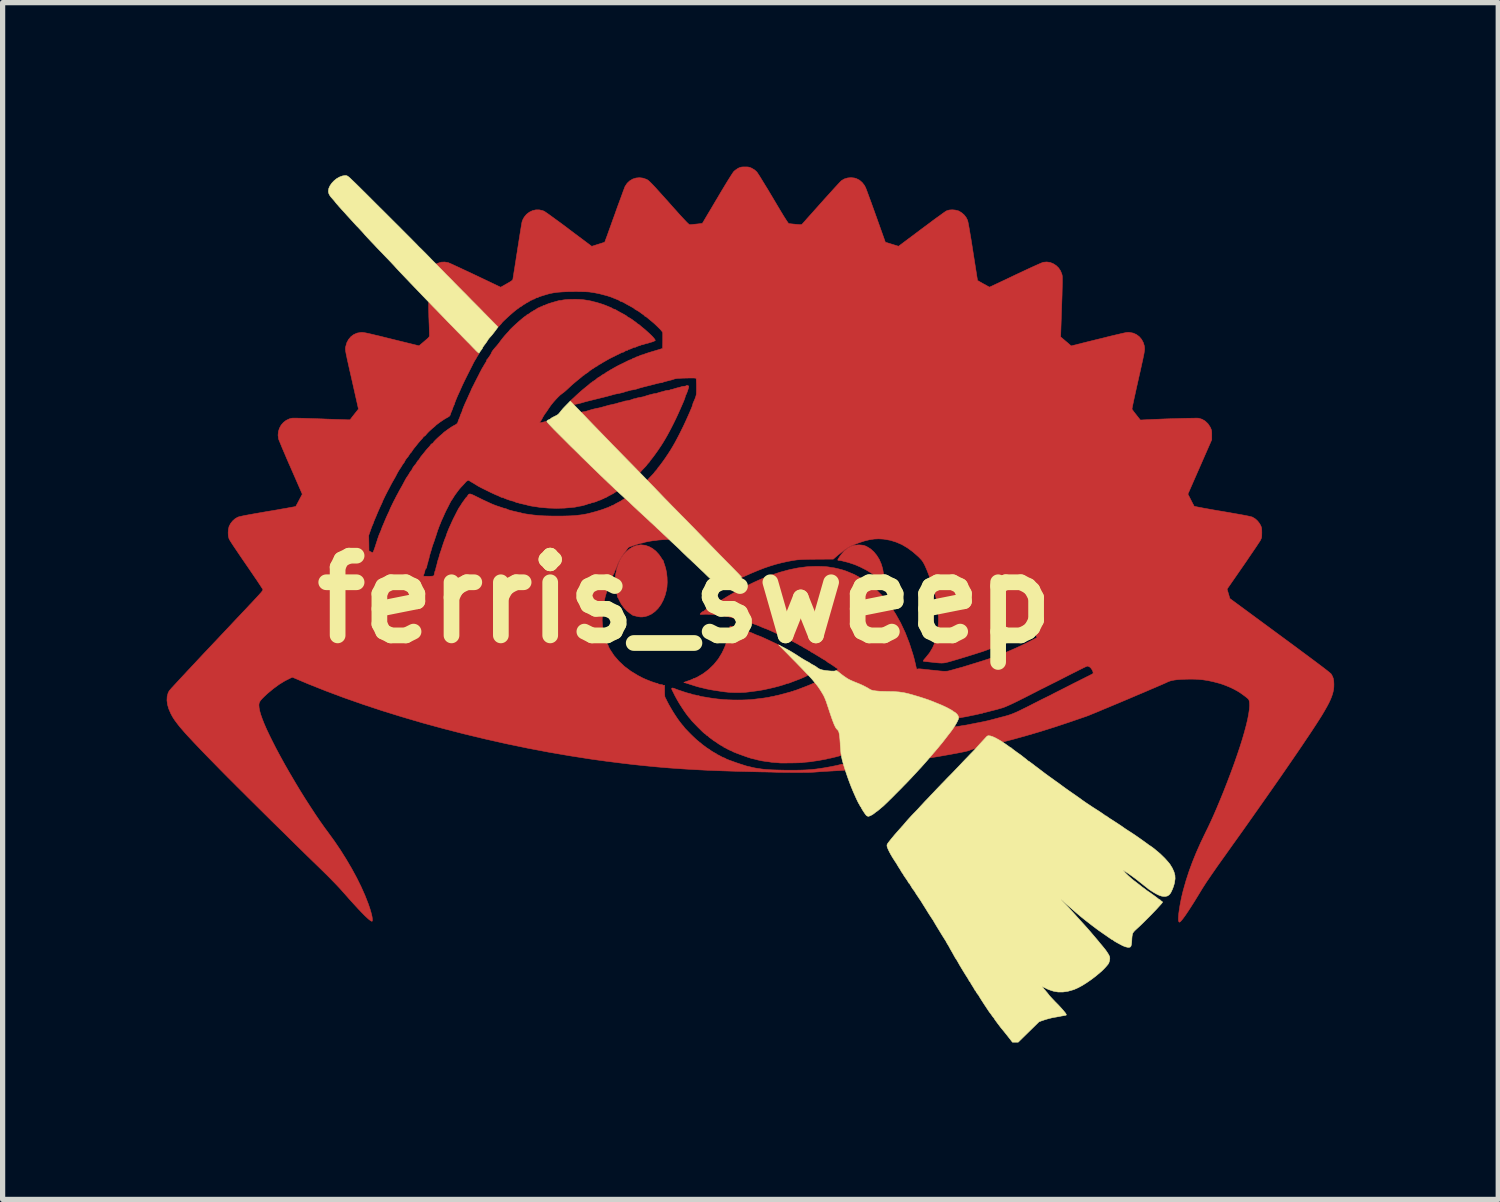
<source format=kicad_pcb>
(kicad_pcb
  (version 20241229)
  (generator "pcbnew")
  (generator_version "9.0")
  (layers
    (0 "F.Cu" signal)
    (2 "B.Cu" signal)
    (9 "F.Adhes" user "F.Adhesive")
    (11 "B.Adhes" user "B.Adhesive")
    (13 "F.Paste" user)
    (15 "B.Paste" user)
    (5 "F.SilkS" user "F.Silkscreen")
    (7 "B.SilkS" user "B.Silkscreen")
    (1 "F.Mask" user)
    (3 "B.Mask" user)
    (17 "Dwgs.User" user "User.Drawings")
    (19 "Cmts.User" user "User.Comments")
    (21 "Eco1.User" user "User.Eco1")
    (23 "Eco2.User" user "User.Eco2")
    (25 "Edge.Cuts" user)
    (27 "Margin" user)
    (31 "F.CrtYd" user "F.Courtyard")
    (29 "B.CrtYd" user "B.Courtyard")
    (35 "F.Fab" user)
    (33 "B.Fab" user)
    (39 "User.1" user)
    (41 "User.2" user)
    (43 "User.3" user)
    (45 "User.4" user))
  (footprint "ferris_sweep"
    (layer "F.Cu")
    (at 10.045 8.408)
    (property "Reference" "ferris_sweep" (at 0 0 0) (layer "F.SilkS") (effects (font (size 1.524 1.524) (thickness 0.3))))
    (attr through_hole)
    (fp_poly (pts (xy 3.339 -1.04) (xy 3.382 -1.037) (xy 3.414 -1.032) (xy 3.443 -1.023) (xy 3.471 -1.011) (xy 3.543 -0.968) (xy 3.608 -0.911) (xy 3.665 -0.842) (xy 3.714 -0.764) (xy 3.752 -0.677) (xy 3.78 -0.584) (xy 3.796 -0.487) (xy 3.8 -0.391) (xy 3.797 -0.314) (xy 3.759 -0.35) (xy 3.674 -0.424) (xy 3.575 -0.494) (xy 3.468 -0.559) (xy 3.355 -0.617) (xy 3.241 -0.666) (xy 3.13 -0.703) (xy 3.084 -0.715) (xy 3.05 -0.723) (xy 3.017 -0.732) (xy 2.996 -0.737) (xy 2.969 -0.743) (xy 2.945 -0.745) (xy 2.943 -0.745) (xy 2.927 -0.747) (xy 2.921 -0.752) (xy 2.926 -0.766) (xy 2.94 -0.789) (xy 2.96 -0.819) (xy 2.983 -0.851) (xy 3.008 -0.882) (xy 3.032 -0.91) (xy 3.049 -0.928) (xy 3.11 -0.978) (xy 3.17 -1.012) (xy 3.234 -1.033) (xy 3.305 -1.04) (xy 3.339 -1.04)) (stroke (width 0.01) (type solid)) (fill yes) (layer "F.Cu"))
    (fp_poly (pts (xy -0.761 -1.033) (xy -0.689 -1.009) (xy -0.619 -0.971) (xy -0.555 -0.92) (xy -0.498 -0.858) (xy -0.454 -0.794) (xy -0.437 -0.767) (xy -0.423 -0.747) (xy -0.414 -0.737) (xy -0.413 -0.737) (xy -0.409 -0.732) (xy -0.41 -0.73) (xy -0.409 -0.719) (xy -0.403 -0.697) (xy -0.394 -0.672) (xy -0.37 -0.597) (xy -0.352 -0.511) (xy -0.342 -0.419) (xy -0.339 -0.326) (xy -0.344 -0.237) (xy -0.352 -0.185) (xy -0.378 -0.082) (xy -0.414 0.013) (xy -0.459 0.098) (xy -0.513 0.172) (xy -0.574 0.233) (xy -0.642 0.282) (xy -0.716 0.316) (xy -0.77 0.33) (xy -0.812 0.336) (xy -0.849 0.337) (xy -0.889 0.332) (xy -0.919 0.325) (xy -0.948 0.318) (xy -0.971 0.313) (xy -0.982 0.311) (xy -0.996 0.306) (xy -0.999 0.304) (xy -1.008 0.297) (xy -1.027 0.284) (xy -1.051 0.268) (xy -1.11 0.221) (xy -1.166 0.161) (xy -1.216 0.093) (xy -1.255 0.02) (xy -1.262 0.004) (xy -1.274 -0.021) (xy -1.284 -0.037) (xy -1.289 -0.042) (xy -1.293 -0.047) (xy -1.292 -0.049) (xy -1.292 -0.06) (xy -1.296 -0.082) (xy -1.304 -0.111) (xy -1.304 -0.113) (xy -1.327 -0.228) (xy -1.335 -0.345) (xy -1.328 -0.463) (xy -1.305 -0.58) (xy -1.269 -0.691) (xy -1.238 -0.757) (xy -1.212 -0.803) (xy -1.184 -0.843) (xy -1.15 -0.882) (xy -1.131 -0.902) (xy -1.064 -0.961) (xy -0.997 -1.003) (xy -0.928 -1.029) (xy -0.857 -1.041) (xy -0.834 -1.041) (xy -0.761 -1.033)) (stroke (width 0.01) (type solid)) (fill yes) (layer "F.Cu"))
    (fp_poly (pts (xy 0.877 0.513) (xy 0.88 0.513) (xy 0.91 0.521) (xy 0.951 0.533) (xy 0.999 0.547) (xy 1.053 0.564) (xy 1.109 0.582) (xy 1.163 0.601) (xy 1.213 0.618) (xy 1.255 0.633) (xy 1.287 0.646) (xy 1.304 0.653) (xy 1.327 0.664) (xy 1.359 0.678) (xy 1.393 0.691) (xy 1.418 0.7) (xy 1.443 0.71) (xy 1.47 0.721) (xy 1.501 0.735) (xy 1.538 0.752) (xy 1.584 0.773) (xy 1.641 0.8) (xy 1.702 0.829) (xy 1.791 0.871) (xy 1.991 1.072) (xy 2.07 1.152) (xy 2.137 1.221) (xy 2.194 1.279) (xy 2.241 1.327) (xy 2.278 1.366) (xy 2.307 1.397) (xy 2.327 1.42) (xy 2.34 1.437) (xy 2.347 1.447) (xy 2.348 1.451) (xy 2.337 1.458) (xy 2.313 1.471) (xy 2.279 1.487) (xy 2.237 1.505) (xy 2.19 1.525) (xy 2.14 1.544) (xy 2.138 1.545) (xy 2.097 1.56) (xy 2.058 1.575) (xy 2.025 1.587) (xy 2.012 1.593) (xy 1.986 1.602) (xy 1.966 1.608) (xy 1.959 1.609) (xy 1.942 1.612) (xy 1.932 1.616) (xy 1.917 1.622) (xy 1.888 1.632) (xy 1.851 1.643) (xy 1.808 1.656) (xy 1.763 1.668) (xy 1.721 1.679) (xy 1.684 1.688) (xy 1.681 1.689) (xy 1.645 1.697) (xy 1.611 1.705) (xy 1.587 1.71) (xy 1.511 1.727) (xy 1.427 1.742) (xy 1.35 1.753) (xy 1.308 1.758) (xy 1.263 1.764) (xy 1.225 1.769) (xy 1.219 1.77) (xy 1.156 1.777) (xy 1.082 1.781) (xy 1.002 1.782) (xy 0.922 1.781) (xy 0.848 1.778) (xy 0.8 1.773) (xy 0.752 1.768) (xy 0.696 1.76) (xy 0.637 1.751) (xy 0.578 1.742) (xy 0.521 1.733) (xy 0.471 1.724) (xy 0.432 1.716) (xy 0.406 1.711) (xy 0.38 1.704) (xy 0.347 1.696) (xy 0.334 1.693) (xy 0.287 1.682) (xy 0.237 1.669) (xy 0.182 1.652) (xy 0.116 1.631) (xy 0.097 1.625) (xy 0.057 1.612) (xy 0.022 1.601) (xy -0.006 1.594) (xy -0.021 1.591) (xy -0.021 1.591) (xy -0.021 1.589) (xy -0.006 1.582) (xy 0.019 1.573) (xy 0.052 1.561) (xy 0.09 1.549) (xy 0.122 1.536) (xy 0.146 1.526) (xy 0.155 1.52) (xy 0.167 1.512) (xy 0.172 1.512) (xy 0.181 1.511) (xy 0.201 1.503) (xy 0.227 1.491) (xy 0.23 1.49) (xy 0.348 1.421) (xy 0.456 1.339) (xy 0.552 1.246) (xy 0.637 1.141) (xy 0.708 1.025) (xy 0.756 0.923) (xy 0.772 0.883) (xy 0.787 0.839) (xy 0.801 0.795) (xy 0.813 0.753) (xy 0.822 0.718) (xy 0.827 0.693) (xy 0.826 0.681) (xy 0.827 0.669) (xy 0.83 0.667) (xy 0.834 0.658) (xy 0.84 0.636) (xy 0.845 0.605) (xy 0.848 0.587) (xy 0.853 0.55) (xy 0.857 0.527) (xy 0.861 0.516) (xy 0.868 0.512) (xy 0.877 0.513)) (stroke (width 0.01) (type solid)) (fill yes) (layer "F.Cu"))
    (fp_poly (pts (xy 0.053 -4.088) (xy 0.068 -4.079) (xy 0.072 -4.073) (xy 0.071 -4.06) (xy 0.065 -4.035) (xy 0.056 -4.004) (xy 0.044 -3.97) (xy 0.033 -3.94) (xy 0.022 -3.916) (xy 0.017 -3.907) (xy 0.011 -3.894) (xy 0.005 -3.872) (xy 0.004 -3.869) (xy -0.003 -3.843) (xy -0.015 -3.812) (xy -0.019 -3.802) (xy -0.03 -3.775) (xy -0.04 -3.753) (xy -0.042 -3.747) (xy -0.05 -3.73) (xy -0.061 -3.704) (xy -0.072 -3.679) (xy -0.086 -3.647) (xy -0.1 -3.616) (xy -0.108 -3.598) (xy -0.138 -3.531) (xy -0.174 -3.454) (xy -0.214 -3.372) (xy -0.256 -3.289) (xy -0.298 -3.209) (xy -0.337 -3.137) (xy -0.371 -3.078) (xy -0.391 -3.044) (xy -0.413 -3.007) (xy -0.435 -2.972) (xy -0.454 -2.942) (xy -0.469 -2.919) (xy -0.477 -2.908) (xy -0.486 -2.895) (xy -0.498 -2.877) (xy -0.513 -2.854) (xy -0.534 -2.824) (xy -0.558 -2.791) (xy -0.583 -2.756) (xy -0.607 -2.724) (xy -0.628 -2.697) (xy -0.643 -2.677) (xy -0.652 -2.667) (xy -0.653 -2.667) (xy -0.66 -2.66) (xy -0.664 -2.651) (xy -0.673 -2.636) (xy -0.689 -2.615) (xy -0.699 -2.605) (xy -0.716 -2.587) (xy -0.726 -2.573) (xy -0.728 -2.57) (xy -0.734 -2.562) (xy -0.748 -2.545) (xy -0.768 -2.524) (xy -0.768 -2.524) (xy -0.794 -2.497) (xy -0.82 -2.47) (xy -0.835 -2.453) (xy -0.862 -2.423) (xy -1.158 -2.725) (xy -1.219 -2.787) (xy -1.278 -2.847) (xy -1.334 -2.904) (xy -1.385 -2.956) (xy -1.43 -3.003) (xy -1.468 -3.041) (xy -1.497 -3.071) (xy -1.516 -3.09) (xy -1.516 -3.09) (xy -1.562 -3.139) (xy -1.612 -3.19) (xy -1.663 -3.243) (xy -1.715 -3.297) (xy -1.765 -3.349) (xy -1.813 -3.399) (xy -1.857 -3.444) (xy -1.895 -3.483) (xy -1.926 -3.514) (xy -1.948 -3.537) (xy -1.96 -3.548) (xy -1.96 -3.548) (xy -1.976 -3.566) (xy -1.978 -3.576) (xy -1.966 -3.582) (xy -1.942 -3.585) (xy -1.914 -3.589) (xy -1.88 -3.598) (xy -1.868 -3.602) (xy -1.83 -3.614) (xy -1.787 -3.627) (xy -1.744 -3.638) (xy -1.707 -3.647) (xy -1.679 -3.653) (xy -1.672 -3.654) (xy -1.654 -3.657) (xy -1.624 -3.664) (xy -1.586 -3.674) (xy -1.554 -3.683) (xy -1.511 -3.695) (xy -1.48 -3.704) (xy -1.456 -3.71) (xy -1.434 -3.716) (xy -1.411 -3.72) (xy -1.385 -3.726) (xy -1.355 -3.733) (xy -1.317 -3.742) (xy -1.284 -3.752) (xy -1.251 -3.762) (xy -1.223 -3.769) (xy -1.205 -3.773) (xy -1.205 -3.773) (xy -1.181 -3.779) (xy -1.169 -3.784) (xy -1.148 -3.791) (xy -1.13 -3.793) (xy -1.107 -3.796) (xy -1.075 -3.802) (xy -1.041 -3.811) (xy -1.012 -3.821) (xy -0.997 -3.827) (xy -0.976 -3.834) (xy -0.965 -3.835) (xy -0.942 -3.839) (xy -0.932 -3.844) (xy -0.916 -3.849) (xy -0.889 -3.855) (xy -0.857 -3.861) (xy -0.854 -3.861) (xy -0.819 -3.868) (xy -0.788 -3.875) (xy -0.766 -3.882) (xy -0.766 -3.882) (xy -0.744 -3.89) (xy -0.711 -3.9) (xy -0.673 -3.911) (xy -0.635 -3.921) (xy -0.601 -3.929) (xy -0.578 -3.933) (xy -0.576 -3.933) (xy -0.557 -3.935) (xy -0.548 -3.937) (xy -0.536 -3.941) (xy -0.523 -3.945) (xy -0.516 -3.947) (xy -0.502 -3.952) (xy -0.477 -3.959) (xy -0.449 -3.967) (xy -0.416 -3.975) (xy -0.387 -3.984) (xy -0.369 -3.989) (xy -0.342 -3.994) (xy -0.318 -3.996) (xy -0.297 -3.999) (xy -0.283 -4.004) (xy -0.27 -4.01) (xy -0.25 -4.014) (xy -0.229 -4.018) (xy -0.216 -4.023) (xy -0.204 -4.027) (xy -0.18 -4.034) (xy -0.15 -4.042) (xy -0.148 -4.043) (xy -0.117 -4.05) (xy -0.091 -4.057) (xy -0.076 -4.062) (xy -0.076 -4.062) (xy -0.053 -4.069) (xy -0.025 -4.073) (xy -0.01 -4.074) (xy 0.01 -4.077) (xy 0.022 -4.082) (xy 0.022 -4.083) (xy 0.035 -4.09) (xy 0.053 -4.088)) (stroke (width 0.01) (type solid)) (fill yes) (layer "F.Cu"))
    (fp_poly (pts (xy 2.497 1.608) (xy 2.516 1.631) (xy 2.54 1.662) (xy 2.566 1.7) (xy 2.593 1.741) (xy 2.618 1.783) (xy 2.641 1.822) (xy 2.659 1.856) (xy 2.666 1.871) (xy 2.675 1.892) (xy 2.683 1.91) (xy 2.69 1.928) (xy 2.697 1.946) (xy 2.705 1.969) (xy 2.715 1.999) (xy 2.728 2.037) (xy 2.744 2.086) (xy 2.765 2.149) (xy 2.767 2.155) (xy 2.795 2.239) (xy 2.82 2.308) (xy 2.841 2.364) (xy 2.859 2.407) (xy 2.875 2.441) (xy 2.89 2.466) (xy 2.904 2.483) (xy 2.912 2.49) (xy 2.924 2.502) (xy 2.934 2.518) (xy 2.942 2.539) (xy 2.949 2.567) (xy 2.955 2.605) (xy 2.96 2.654) (xy 2.965 2.717) (xy 2.968 2.759) (xy 2.971 2.813) (xy 2.975 2.863) (xy 2.979 2.905) (xy 2.982 2.936) (xy 2.984 2.955) (xy 2.984 2.956) (xy 2.985 2.975) (xy 2.981 2.984) (xy 2.97 2.988) (xy 2.947 2.995) (xy 2.915 3.003) (xy 2.878 3.013) (xy 2.841 3.022) (xy 2.808 3.03) (xy 2.782 3.036) (xy 2.773 3.037) (xy 2.74 3.043) (xy 2.724 3.047) (xy 2.722 3.048) (xy 2.719 3.049) (xy 2.71 3.052) (xy 2.69 3.056) (xy 2.658 3.062) (xy 2.646 3.064) (xy 2.615 3.07) (xy 2.587 3.075) (xy 2.574 3.078) (xy 2.536 3.084) (xy 2.495 3.09) (xy 2.462 3.094) (xy 2.46 3.095) (xy 2.442 3.097) (xy 2.434 3.099) (xy 2.434 3.099) (xy 2.428 3.101) (xy 2.41 3.103) (xy 2.378 3.107) (xy 2.331 3.111) (xy 2.295 3.114) (xy 2.265 3.117) (xy 2.244 3.12) (xy 2.242 3.121) (xy 2.229 3.122) (xy 2.202 3.123) (xy 2.165 3.125) (xy 2.12 3.126) (xy 2.07 3.127) (xy 2.018 3.128) (xy 1.966 3.128) (xy 1.917 3.129) (xy 1.874 3.129) (xy 1.84 3.129) (xy 1.818 3.128) (xy 1.81 3.128) (xy 1.801 3.126) (xy 1.778 3.124) (xy 1.747 3.121) (xy 1.723 3.12) (xy 1.687 3.117) (xy 1.657 3.115) (xy 1.639 3.112) (xy 1.634 3.111) (xy 1.623 3.109) (xy 1.602 3.106) (xy 1.583 3.103) (xy 1.547 3.099) (xy 1.506 3.093) (xy 1.486 3.09) (xy 1.461 3.086) (xy 1.439 3.081) (xy 1.415 3.076) (xy 1.386 3.069) (xy 1.345 3.058) (xy 1.338 3.056) (xy 1.311 3.05) (xy 1.288 3.045) (xy 1.283 3.044) (xy 1.269 3.041) (xy 1.243 3.032) (xy 1.207 3.021) (xy 1.165 3.006) (xy 1.119 2.99) (xy 1.072 2.973) (xy 1.027 2.956) (xy 0.986 2.941) (xy 0.952 2.927) (xy 0.928 2.918) (xy 0.916 2.912) (xy 0.916 2.912) (xy 0.907 2.905) (xy 0.888 2.897) (xy 0.883 2.895) (xy 0.857 2.884) (xy 0.826 2.869) (xy 0.812 2.862) (xy 0.786 2.847) (xy 0.764 2.836) (xy 0.755 2.833) (xy 0.74 2.825) (xy 0.737 2.819) (xy 0.73 2.811) (xy 0.727 2.811) (xy 0.715 2.807) (xy 0.694 2.795) (xy 0.669 2.78) (xy 0.642 2.763) (xy 0.62 2.748) (xy 0.605 2.737) (xy 0.603 2.733) (xy 0.593 2.727) (xy 0.588 2.726) (xy 0.577 2.721) (xy 0.576 2.718) (xy 0.569 2.71) (xy 0.564 2.709) (xy 0.551 2.705) (xy 0.549 2.703) (xy 0.541 2.695) (xy 0.523 2.681) (xy 0.498 2.662) (xy 0.493 2.659) (xy 0.468 2.641) (xy 0.449 2.625) (xy 0.441 2.616) (xy 0.44 2.615) (xy 0.434 2.608) (xy 0.429 2.608) (xy 0.417 2.601) (xy 0.406 2.591) (xy 0.395 2.578) (xy 0.388 2.574) (xy 0.377 2.568) (xy 0.356 2.55) (xy 0.325 2.521) (xy 0.285 2.481) (xy 0.243 2.44) (xy 0.201 2.396) (xy 0.169 2.363) (xy 0.146 2.339) (xy 0.131 2.323) (xy 0.122 2.313) (xy 0.119 2.308) (xy 0.119 2.307) (xy 0.113 2.299) (xy 0.104 2.288) (xy 0.068 2.247) (xy 0.027 2.193) (xy -0.017 2.131) (xy -0.063 2.061) (xy -0.109 1.989) (xy -0.152 1.915) (xy -0.191 1.844) (xy -0.213 1.799) (xy -0.227 1.771) (xy -0.239 1.747) (xy -0.246 1.734) (xy -0.255 1.71) (xy -0.25 1.697) (xy -0.233 1.695) (xy -0.203 1.703) (xy -0.191 1.709) (xy -0.166 1.719) (xy -0.131 1.732) (xy -0.089 1.746) (xy -0.045 1.761) (xy -0.002 1.775) (xy 0.036 1.787) (xy 0.065 1.795) (xy 0.082 1.799) (xy 0.106 1.805) (xy 0.133 1.814) (xy 0.138 1.816) (xy 0.16 1.824) (xy 0.173 1.826) (xy 0.175 1.826) (xy 0.185 1.826) (xy 0.204 1.831) (xy 0.212 1.833) (xy 0.233 1.839) (xy 0.247 1.841) (xy 0.248 1.84) (xy 0.258 1.84) (xy 0.27 1.845) (xy 0.289 1.852) (xy 0.315 1.858) (xy 0.319 1.859) (xy 0.345 1.863) (xy 0.366 1.866) (xy 0.368 1.867) (xy 0.388 1.87) (xy 0.414 1.874) (xy 0.419 1.875) (xy 0.445 1.88) (xy 0.467 1.883) (xy 0.47 1.884) (xy 0.578 1.9) (xy 0.593 1.901) (xy 0.624 1.905) (xy 0.653 1.908) (xy 0.665 1.909) (xy 0.738 1.916) (xy 0.822 1.921) (xy 0.912 1.924) (xy 1.005 1.925) (xy 1.097 1.924) (xy 1.184 1.921) (xy 1.262 1.917) (xy 1.327 1.91) (xy 1.333 1.909) (xy 1.364 1.905) (xy 1.405 1.9) (xy 1.448 1.895) (xy 1.473 1.892) (xy 1.51 1.887) (xy 1.548 1.881) (xy 1.582 1.876) (xy 1.609 1.871) (xy 1.624 1.867) (xy 1.626 1.867) (xy 1.636 1.864) (xy 1.657 1.86) (xy 1.668 1.858) (xy 1.692 1.854) (xy 1.708 1.851) (xy 1.711 1.85) (xy 1.722 1.846) (xy 1.742 1.842) (xy 1.744 1.841) (xy 1.767 1.837) (xy 1.801 1.829) (xy 1.841 1.818) (xy 1.884 1.807) (xy 1.924 1.796) (xy 1.958 1.787) (xy 1.98 1.78) (xy 1.984 1.779) (xy 2 1.774) (xy 2.007 1.776) (xy 2.011 1.776) (xy 2.017 1.771) (xy 2.033 1.763) (xy 2.045 1.761) (xy 2.062 1.759) (xy 2.069 1.755) (xy 2.082 1.749) (xy 2.088 1.747) (xy 2.103 1.743) (xy 2.128 1.735) (xy 2.145 1.729) (xy 2.171 1.719) (xy 2.208 1.705) (xy 2.249 1.689) (xy 2.282 1.677) (xy 2.325 1.66) (xy 2.368 1.643) (xy 2.406 1.627) (xy 2.426 1.618) (xy 2.453 1.606) (xy 2.474 1.599) (xy 2.485 1.598) (xy 2.497 1.608)) (stroke (width 0.01) (type solid)) (fill yes) (layer "F.Cu"))
    (fp_poly (pts (xy -2.071 -5.735) (xy -2.014 -5.733) (xy -1.963 -5.73) (xy -1.947 -5.728) (xy -1.916 -5.724) (xy -1.879 -5.718) (xy -1.841 -5.712) (xy -1.806 -5.705) (xy -1.779 -5.699) (xy -1.763 -5.695) (xy -1.761 -5.694) (xy -1.749 -5.69) (xy -1.734 -5.687) (xy -1.7 -5.679) (xy -1.655 -5.666) (xy -1.604 -5.65) (xy -1.553 -5.633) (xy -1.507 -5.615) (xy -1.501 -5.613) (xy -1.453 -5.593) (xy -1.416 -5.578) (xy -1.398 -5.569) (xy -1.389 -5.562) (xy -1.389 -5.561) (xy -1.381 -5.556) (xy -1.363 -5.55) (xy -1.361 -5.55) (xy -1.334 -5.541) (xy -1.312 -5.529) (xy -1.297 -5.519) (xy -1.27 -5.504) (xy -1.236 -5.485) (xy -1.2 -5.466) (xy -1.165 -5.447) (xy -1.136 -5.43) (xy -1.117 -5.418) (xy -1.109 -5.411) (xy -1.109 -5.411) (xy -1.102 -5.403) (xy -1.086 -5.394) (xy -1.067 -5.384) (xy -1.043 -5.37) (xy -1.018 -5.354) (xy -0.998 -5.34) (xy -0.991 -5.334) (xy -0.982 -5.327) (xy -0.964 -5.314) (xy -0.95 -5.305) (xy -0.93 -5.29) (xy -0.917 -5.278) (xy -0.914 -5.274) (xy -0.908 -5.267) (xy -0.904 -5.266) (xy -0.892 -5.261) (xy -0.873 -5.248) (xy -0.862 -5.239) (xy -0.835 -5.215) (xy -0.806 -5.191) (xy -0.799 -5.186) (xy -0.783 -5.173) (xy -0.766 -5.159) (xy -0.745 -5.14) (xy -0.717 -5.115) (xy -0.681 -5.082) (xy -0.646 -5.049) (xy -0.621 -5.024) (xy -0.598 -4.998) (xy -0.579 -4.974) (xy -0.569 -4.957) (xy -0.567 -4.951) (xy -0.574 -4.944) (xy -0.592 -4.935) (xy -0.616 -4.925) (xy -0.639 -4.918) (xy -0.646 -4.916) (xy -0.668 -4.911) (xy -0.688 -4.904) (xy -0.709 -4.896) (xy -0.723 -4.894) (xy -0.737 -4.891) (xy -0.76 -4.884) (xy -0.782 -4.877) (xy -0.807 -4.869) (xy -0.824 -4.865) (xy -0.83 -4.866) (xy -0.835 -4.866) (xy -0.84 -4.862) (xy -0.855 -4.854) (xy -0.878 -4.848) (xy -0.881 -4.847) (xy -0.906 -4.839) (xy -0.926 -4.83) (xy -0.927 -4.829) (xy -0.947 -4.82) (xy -0.961 -4.818) (xy -0.98 -4.814) (xy -1.003 -4.804) (xy -1.008 -4.802) (xy -1.035 -4.789) (xy -1.063 -4.78) (xy -1.065 -4.78) (xy -1.083 -4.774) (xy -1.092 -4.767) (xy -1.092 -4.766) (xy -1.099 -4.76) (xy -1.112 -4.758) (xy -1.133 -4.753) (xy -1.151 -4.741) (xy -1.169 -4.729) (xy -1.183 -4.724) (xy -1.199 -4.721) (xy -1.218 -4.713) (xy -1.234 -4.705) (xy -1.261 -4.691) (xy -1.297 -4.674) (xy -1.337 -4.654) (xy -1.35 -4.647) (xy -1.39 -4.628) (xy -1.424 -4.611) (xy -1.449 -4.598) (xy -1.463 -4.59) (xy -1.465 -4.589) (xy -1.475 -4.583) (xy -1.493 -4.573) (xy -1.494 -4.572) (xy -1.513 -4.562) (xy -1.524 -4.555) (xy -1.524 -4.555) (xy -1.534 -4.549) (xy -1.552 -4.539) (xy -1.554 -4.538) (xy -1.572 -4.528) (xy -1.583 -4.522) (xy -1.583 -4.521) (xy -1.593 -4.514) (xy -1.615 -4.501) (xy -1.647 -4.484) (xy -1.663 -4.473) (xy -1.67 -4.466) (xy -1.681 -4.458) (xy -1.684 -4.458) (xy -1.694 -4.453) (xy -1.714 -4.441) (xy -1.733 -4.428) (xy -1.755 -4.413) (xy -1.773 -4.403) (xy -1.78 -4.401) (xy -1.786 -4.396) (xy -1.786 -4.394) (xy -1.793 -4.386) (xy -1.795 -4.386) (xy -1.807 -4.381) (xy -1.82 -4.371) (xy -1.841 -4.353) (xy -1.854 -4.341) (xy -1.87 -4.33) (xy -1.88 -4.326) (xy -1.888 -4.32) (xy -1.888 -4.318) (xy -1.895 -4.311) (xy -1.901 -4.31) (xy -1.915 -4.303) (xy -1.919 -4.297) (xy -1.929 -4.286) (xy -1.935 -4.284) (xy -1.947 -4.28) (xy -1.949 -4.278) (xy -1.956 -4.27) (xy -1.974 -4.254) (xy -1.998 -4.235) (xy -2.002 -4.231) (xy -2.059 -4.185) (xy -2.107 -4.145) (xy -2.153 -4.106) (xy -2.2 -4.063) (xy -2.251 -4.015) (xy -2.282 -3.987) (xy -2.315 -3.959) (xy -2.344 -3.938) (xy -2.349 -3.934) (xy -2.383 -3.908) (xy -2.422 -3.871) (xy -2.465 -3.826) (xy -2.51 -3.776) (xy -2.552 -3.725) (xy -2.589 -3.674) (xy -2.619 -3.629) (xy -2.633 -3.608) (xy -2.652 -3.58) (xy -2.668 -3.559) (xy -2.69 -3.527) (xy -2.713 -3.489) (xy -2.727 -3.462) (xy -2.742 -3.434) (xy -2.756 -3.412) (xy -2.765 -3.401) (xy -2.765 -3.401) (xy -2.776 -3.39) (xy -2.773 -3.381) (xy -2.762 -3.378) (xy -2.745 -3.38) (xy -2.72 -3.386) (xy -2.703 -3.39) (xy -2.659 -3.401) (xy -2.296 -3.04) (xy -2.18 -2.925) (xy -2.065 -2.811) (xy -1.954 -2.702) (xy -1.847 -2.598) (xy -1.747 -2.5) (xy -1.655 -2.411) (xy -1.571 -2.33) (xy -1.498 -2.26) (xy -1.49 -2.253) (xy -1.436 -2.201) (xy -1.393 -2.16) (xy -1.36 -2.128) (xy -1.336 -2.104) (xy -1.32 -2.087) (xy -1.31 -2.075) (xy -1.306 -2.067) (xy -1.307 -2.063) (xy -1.311 -2.06) (xy -1.315 -2.058) (xy -1.336 -2.047) (xy -1.347 -2.039) (xy -1.36 -2.03) (xy -1.384 -2.016) (xy -1.413 -2.001) (xy -1.418 -1.998) (xy -1.45 -1.982) (xy -1.478 -1.966) (xy -1.496 -1.955) (xy -1.498 -1.954) (xy -1.518 -1.943) (xy -1.534 -1.939) (xy -1.547 -1.934) (xy -1.549 -1.929) (xy -1.553 -1.923) (xy -1.554 -1.924) (xy -1.564 -1.924) (xy -1.583 -1.916) (xy -1.589 -1.913) (xy -1.61 -1.902) (xy -1.626 -1.897) (xy -1.628 -1.896) (xy -1.643 -1.893) (xy -1.661 -1.885) (xy -1.698 -1.868) (xy -1.741 -1.855) (xy -1.766 -1.849) (xy -1.787 -1.844) (xy -1.799 -1.839) (xy -1.814 -1.833) (xy -1.825 -1.83) (xy -1.847 -1.826) (xy -1.858 -1.823) (xy -1.866 -1.82) (xy -1.867 -1.819) (xy -1.881 -1.813) (xy -1.906 -1.806) (xy -1.937 -1.797) (xy -1.968 -1.789) (xy -1.994 -1.784) (xy -2.007 -1.782) (xy -2.029 -1.779) (xy -2.056 -1.773) (xy -2.062 -1.772) (xy -2.086 -1.766) (xy -2.105 -1.762) (xy -2.108 -1.762) (xy -2.124 -1.761) (xy -2.149 -1.758) (xy -2.159 -1.757) (xy -2.306 -1.744) (xy -2.46 -1.74) (xy -2.616 -1.745) (xy -2.768 -1.758) (xy -2.879 -1.775) (xy -2.906 -1.779) (xy -2.931 -1.783) (xy -2.955 -1.787) (xy -2.983 -1.793) (xy -2.986 -1.794) (xy -3.042 -1.809) (xy -3.082 -1.818) (xy -3.106 -1.824) (xy -3.111 -1.825) (xy -3.128 -1.828) (xy -3.151 -1.834) (xy -3.174 -1.84) (xy -3.183 -1.844) (xy -3.199 -1.847) (xy -3.203 -1.847) (xy -3.214 -1.849) (xy -3.234 -1.857) (xy -3.247 -1.863) (xy -3.271 -1.873) (xy -3.29 -1.879) (xy -3.295 -1.88) (xy -3.309 -1.882) (xy -3.334 -1.89) (xy -3.365 -1.9) (xy -3.399 -1.912) (xy -3.431 -1.924) (xy -3.456 -1.934) (xy -3.469 -1.941) (xy -3.469 -1.941) (xy -3.481 -1.946) (xy -3.485 -1.945) (xy -3.495 -1.946) (xy -3.515 -1.953) (xy -3.54 -1.965) (xy -3.566 -1.978) (xy -3.587 -1.987) (xy -3.596 -1.991) (xy -3.609 -1.995) (xy -3.633 -2.006) (xy -3.668 -2.022) (xy -3.709 -2.041) (xy -3.755 -2.064) (xy -3.802 -2.087) (xy -3.849 -2.11) (xy -3.891 -2.131) (xy -3.927 -2.15) (xy -3.953 -2.164) (xy -3.966 -2.172) (xy -3.985 -2.184) (xy -4.013 -2.201) (xy -4.047 -2.222) (xy -4.067 -2.233) (xy -4.141 -2.278) (xy -4.166 -2.263) (xy -4.183 -2.252) (xy -4.191 -2.244) (xy -4.191 -2.244) (xy -4.196 -2.236) (xy -4.211 -2.219) (xy -4.232 -2.196) (xy -4.244 -2.183) (xy -4.283 -2.142) (xy -4.312 -2.109) (xy -4.333 -2.082) (xy -4.35 -2.059) (xy -4.351 -2.058) (xy -4.366 -2.037) (xy -4.377 -2.023) (xy -4.388 -2.008) (xy -4.404 -1.985) (xy -4.42 -1.96) (xy -4.436 -1.934) (xy -4.45 -1.912) (xy -4.458 -1.902) (xy -4.466 -1.89) (xy -4.479 -1.868) (xy -4.495 -1.838) (xy -4.504 -1.82) (xy -4.521 -1.786) (xy -4.537 -1.754) (xy -4.55 -1.73) (xy -4.553 -1.723) (xy -4.565 -1.701) (xy -4.574 -1.682) (xy -4.584 -1.661) (xy -4.598 -1.631) (xy -4.6 -1.626) (xy -4.615 -1.591) (xy -4.633 -1.552) (xy -4.644 -1.528) (xy -4.656 -1.502) (xy -4.664 -1.483) (xy -4.667 -1.475) (xy -4.669 -1.467) (xy -4.677 -1.448) (xy -4.687 -1.425) (xy -4.698 -1.397) (xy -4.707 -1.374) (xy -4.71 -1.363) (xy -4.716 -1.345) (xy -4.719 -1.34) (xy -4.727 -1.322) (xy -4.729 -1.314) (xy -4.733 -1.3) (xy -4.742 -1.273) (xy -4.753 -1.237) (xy -4.767 -1.196) (xy -4.781 -1.154) (xy -4.794 -1.114) (xy -4.806 -1.08) (xy -4.815 -1.056) (xy -4.819 -1.046) (xy -4.825 -1.028) (xy -4.834 -1.001) (xy -4.839 -0.982) (xy -4.848 -0.951) (xy -4.853 -0.932) (xy -4.857 -0.92) (xy -4.86 -0.91) (xy -4.862 -0.906) (xy -4.868 -0.885) (xy -4.876 -0.858) (xy -4.884 -0.831) (xy -4.889 -0.81) (xy -4.889 -0.804) (xy -4.893 -0.789) (xy -4.899 -0.765) (xy -4.903 -0.754) (xy -4.91 -0.729) (xy -4.914 -0.711) (xy -4.915 -0.707) (xy -4.919 -0.692) (xy -4.92 -0.69) (xy -4.925 -0.677) (xy -4.93 -0.655) (xy -4.935 -0.631) (xy -4.938 -0.613) (xy -4.938 -0.608) (xy -4.943 -0.599) (xy -4.953 -0.588) (xy -4.966 -0.569) (xy -4.97 -0.554) (xy -4.973 -0.535) (xy -4.981 -0.508) (xy -4.987 -0.491) (xy -4.996 -0.467) (xy -5.002 -0.449) (xy -5.004 -0.444) (xy -4.996 -0.443) (xy -4.974 -0.441) (xy -4.943 -0.441) (xy -4.907 -0.44) (xy -4.859 -0.441) (xy -4.825 -0.444) (xy -4.807 -0.448) (xy -4.802 -0.451) (xy -4.796 -0.465) (xy -4.79 -0.489) (xy -4.788 -0.502) (xy -4.783 -0.526) (xy -4.777 -0.543) (xy -4.774 -0.547) (xy -4.768 -0.558) (xy -4.767 -0.567) (xy -4.764 -0.585) (xy -4.758 -0.611) (xy -4.755 -0.62) (xy -4.747 -0.649) (xy -4.738 -0.685) (xy -4.733 -0.707) (xy -4.726 -0.735) (xy -4.719 -0.757) (xy -4.716 -0.766) (xy -4.711 -0.779) (xy -4.704 -0.802) (xy -4.699 -0.821) (xy -4.691 -0.853) (xy -4.682 -0.881) (xy -4.678 -0.893) (xy -4.67 -0.914) (xy -4.66 -0.944) (xy -4.649 -0.979) (xy -4.648 -0.982) (xy -4.635 -1.022) (xy -4.621 -1.065) (xy -4.606 -1.108) (xy -4.592 -1.147) (xy -4.58 -1.177) (xy -4.572 -1.196) (xy -4.571 -1.196) (xy -4.565 -1.214) (xy -4.564 -1.221) (xy -4.56 -1.233) (xy -4.552 -1.257) (xy -4.539 -1.29) (xy -4.525 -1.326) (xy -4.509 -1.364) (xy -4.493 -1.399) (xy -4.492 -1.401) (xy -4.482 -1.423) (xy -4.469 -1.452) (xy -4.458 -1.477) (xy -4.443 -1.509) (xy -4.43 -1.537) (xy -4.422 -1.554) (xy -4.41 -1.575) (xy -4.402 -1.592) (xy -4.402 -1.592) (xy -4.374 -1.647) (xy -4.351 -1.693) (xy -4.332 -1.728) (xy -4.319 -1.751) (xy -4.314 -1.758) (xy -4.306 -1.769) (xy -4.291 -1.791) (xy -4.276 -1.816) (xy -4.258 -1.844) (xy -4.242 -1.867) (xy -4.232 -1.88) (xy -4.219 -1.897) (xy -4.204 -1.92) (xy -4.203 -1.921) (xy -4.191 -1.938) (xy -4.182 -1.947) (xy -4.181 -1.947) (xy -4.174 -1.954) (xy -4.161 -1.97) (xy -4.157 -1.977) (xy -4.145 -1.996) (xy -4.133 -2.008) (xy -4.12 -2.014) (xy -4.103 -2.014) (xy -4.078 -2.006) (xy -4.045 -1.992) (xy -4 -1.97) (xy -3.982 -1.961) (xy -3.921 -1.931) (xy -3.867 -1.904) (xy -3.815 -1.88) (xy -3.759 -1.854) (xy -3.694 -1.824) (xy -3.691 -1.823) (xy -3.667 -1.813) (xy -3.634 -1.8) (xy -3.596 -1.786) (xy -3.554 -1.772) (xy -3.514 -1.759) (xy -3.479 -1.747) (xy -3.452 -1.739) (xy -3.437 -1.736) (xy -3.436 -1.736) (xy -3.421 -1.732) (xy -3.4 -1.723) (xy -3.399 -1.722) (xy -3.373 -1.711) (xy -3.331 -1.699) (xy -3.277 -1.685) (xy -3.211 -1.67) (xy -3.168 -1.66) (xy -3.142 -1.655) (xy -3.122 -1.649) (xy -3.116 -1.647) (xy -3.103 -1.643) (xy -3.076 -1.638) (xy -3.038 -1.632) (xy -2.992 -1.625) (xy -2.94 -1.618) (xy -2.886 -1.611) (xy -2.832 -1.606) (xy -2.819 -1.604) (xy -2.762 -1.6) (xy -2.692 -1.596) (xy -2.613 -1.594) (xy -2.528 -1.592) (xy -2.441 -1.592) (xy -2.354 -1.592) (xy -2.271 -1.594) (xy -2.195 -1.596) (xy -2.129 -1.6) (xy -2.076 -1.604) (xy -2.07 -1.605) (xy -1.992 -1.614) (xy -1.928 -1.624) (xy -1.874 -1.634) (xy -1.829 -1.645) (xy -1.82 -1.647) (xy -1.791 -1.655) (xy -1.754 -1.665) (xy -1.727 -1.672) (xy -1.696 -1.681) (xy -1.67 -1.688) (xy -1.655 -1.693) (xy -1.637 -1.7) (xy -1.61 -1.707) (xy -1.6 -1.71) (xy -1.567 -1.721) (xy -1.533 -1.734) (xy -1.527 -1.737) (xy -1.502 -1.746) (xy -1.483 -1.752) (xy -1.478 -1.753) (xy -1.464 -1.757) (xy -1.461 -1.76) (xy -1.45 -1.768) (xy -1.431 -1.774) (xy -1.413 -1.78) (xy -1.405 -1.787) (xy -1.405 -1.787) (xy -1.398 -1.794) (xy -1.39 -1.795) (xy -1.371 -1.8) (xy -1.354 -1.81) (xy -1.336 -1.821) (xy -1.309 -1.836) (xy -1.278 -1.852) (xy -1.274 -1.854) (xy -1.246 -1.869) (xy -1.223 -1.881) (xy -1.212 -1.888) (xy -1.211 -1.889) (xy -1.201 -1.896) (xy -1.183 -1.908) (xy -1.175 -1.912) (xy -1.144 -1.929) (xy -1.113 -1.902) (xy -1.089 -1.881) (xy -1.06 -1.854) (xy -1.042 -1.836) (xy -1.026 -1.82) (xy -0.999 -1.795) (xy -0.964 -1.762) (xy -0.922 -1.723) (xy -0.876 -1.68) (xy -0.828 -1.635) (xy -0.821 -1.629) (xy -0.758 -1.571) (xy -0.693 -1.511) (xy -0.628 -1.45) (xy -0.564 -1.391) (xy -0.504 -1.334) (xy -0.449 -1.283) (xy -0.402 -1.238) (xy -0.363 -1.201) (xy -0.341 -1.18) (xy -0.305 -1.146) (xy -0.421 -1.14) (xy -0.464 -1.137) (xy -0.501 -1.134) (xy -0.529 -1.131) (xy -0.544 -1.129) (xy -0.545 -1.128) (xy -0.561 -1.124) (xy -0.569 -1.125) (xy -0.583 -1.124) (xy -0.609 -1.121) (xy -0.642 -1.116) (xy -0.68 -1.11) (xy -0.716 -1.103) (xy -0.749 -1.096) (xy -0.774 -1.09) (xy -0.786 -1.086) (xy -0.787 -1.085) (xy -0.798 -1.081) (xy -0.818 -1.077) (xy -0.819 -1.077) (xy -0.837 -1.074) (xy -0.867 -1.066) (xy -0.906 -1.055) (xy -0.949 -1.041) (xy -0.965 -1.036) (xy -1.013 -1.02) (xy -1.047 -1.008) (xy -1.07 -0.998) (xy -1.084 -0.989) (xy -1.093 -0.98) (xy -1.096 -0.974) (xy -1.107 -0.957) (xy -1.125 -0.932) (xy -1.148 -0.902) (xy -1.16 -0.888) (xy -1.192 -0.844) (xy -1.225 -0.792) (xy -1.256 -0.738) (xy -1.281 -0.686) (xy -1.296 -0.648) (xy -1.306 -0.619) (xy -1.32 -0.586) (xy -1.325 -0.575) (xy -1.337 -0.55) (xy -1.346 -0.528) (xy -1.348 -0.52) (xy -1.355 -0.501) (xy -1.36 -0.494) (xy -1.367 -0.482) (xy -1.379 -0.458) (xy -1.393 -0.426) (xy -1.408 -0.392) (xy -1.474 -0.219) (xy -1.524 -0.052) (xy -1.559 0.109) (xy -1.579 0.263) (xy -1.583 0.411) (xy -1.571 0.553) (xy -1.544 0.688) (xy -1.537 0.715) (xy -1.523 0.76) (xy -1.508 0.802) (xy -1.495 0.836) (xy -1.484 0.86) (xy -1.475 0.872) (xy -1.474 0.872) (xy -1.469 0.879) (xy -1.467 0.887) (xy -1.463 0.902) (xy -1.451 0.926) (xy -1.436 0.955) (xy -1.434 0.957) (xy -1.358 1.073) (xy -1.266 1.18) (xy -1.16 1.28) (xy -1.039 1.371) (xy -0.905 1.453) (xy -0.815 1.5) (xy -0.774 1.519) (xy -0.729 1.538) (xy -0.682 1.557) (xy -0.638 1.574) (xy -0.597 1.588) (xy -0.565 1.599) (xy -0.542 1.604) (xy -0.533 1.604) (xy -0.525 1.605) (xy -0.525 1.607) (xy -0.518 1.614) (xy -0.499 1.621) (xy -0.477 1.627) (xy -0.455 1.631) (xy -0.441 1.63) (xy -0.44 1.63) (xy -0.432 1.631) (xy -0.432 1.634) (xy -0.425 1.64) (xy -0.411 1.643) (xy -0.389 1.643) (xy -0.389 1.748) (xy -0.389 1.79) (xy -0.387 1.827) (xy -0.385 1.854) (xy -0.382 1.869) (xy -0.382 1.869) (xy -0.374 1.884) (xy -0.361 1.909) (xy -0.349 1.935) (xy -0.314 2.003) (xy -0.273 2.075) (xy -0.229 2.149) (xy -0.183 2.221) (xy -0.138 2.288) (xy -0.094 2.348) (xy -0.055 2.397) (xy -0.032 2.423) (xy -0.021 2.436) (xy -0.017 2.443) (xy -0.011 2.451) (xy 0.005 2.47) (xy 0.029 2.495) (xy 0.059 2.526) (xy 0.092 2.56) (xy 0.127 2.595) (xy 0.162 2.629) (xy 0.194 2.659) (xy 0.221 2.684) (xy 0.241 2.701) (xy 0.251 2.709) (xy 0.252 2.709) (xy 0.262 2.715) (xy 0.271 2.726) (xy 0.284 2.739) (xy 0.294 2.743) (xy 0.304 2.748) (xy 0.305 2.75) (xy 0.311 2.758) (xy 0.328 2.773) (xy 0.353 2.791) (xy 0.358 2.795) (xy 0.383 2.813) (xy 0.403 2.828) (xy 0.413 2.837) (xy 0.413 2.838) (xy 0.423 2.844) (xy 0.428 2.845) (xy 0.439 2.85) (xy 0.44 2.853) (xy 0.447 2.861) (xy 0.452 2.862) (xy 0.465 2.866) (xy 0.467 2.869) (xy 0.476 2.877) (xy 0.494 2.891) (xy 0.519 2.907) (xy 0.546 2.923) (xy 0.57 2.937) (xy 0.587 2.945) (xy 0.591 2.946) (xy 0.601 2.952) (xy 0.601 2.954) (xy 0.608 2.963) (xy 0.619 2.968) (xy 0.637 2.976) (xy 0.662 2.988) (xy 0.677 2.997) (xy 0.706 3.013) (xy 0.736 3.026) (xy 0.747 3.03) (xy 0.768 3.038) (xy 0.78 3.046) (xy 0.781 3.047) (xy 0.789 3.052) (xy 0.811 3.061) (xy 0.844 3.074) (xy 0.886 3.089) (xy 0.933 3.106) (xy 0.983 3.124) (xy 1.034 3.141) (xy 1.083 3.157) (xy 1.127 3.171) (xy 1.163 3.183) (xy 1.19 3.19) (xy 1.198 3.192) (xy 1.229 3.199) (xy 1.257 3.205) (xy 1.27 3.209) (xy 1.289 3.214) (xy 1.318 3.22) (xy 1.35 3.226) (xy 1.409 3.235) (xy 1.461 3.243) (xy 1.511 3.249) (xy 1.561 3.254) (xy 1.613 3.257) (xy 1.671 3.26) (xy 1.737 3.262) (xy 1.814 3.264) (xy 1.906 3.266) (xy 1.906 3.266) (xy 2.03 3.267) (xy 2.14 3.266) (xy 2.24 3.264) (xy 2.331 3.26) (xy 2.418 3.254) (xy 2.502 3.245) (xy 2.588 3.233) (xy 2.678 3.219) (xy 2.776 3.201) (xy 2.798 3.197) (xy 2.857 3.185) (xy 2.901 3.176) (xy 2.936 3.168) (xy 2.963 3.161) (xy 2.972 3.158) (xy 2.998 3.152) (xy 3.016 3.152) (xy 3.028 3.163) (xy 3.038 3.185) (xy 3.045 3.207) (xy 3.054 3.235) (xy 3.06 3.256) (xy 3.061 3.266) (xy 3.061 3.266) (xy 3.053 3.267) (xy 3.029 3.269) (xy 2.994 3.271) (xy 2.947 3.274) (xy 2.893 3.277) (xy 2.833 3.28) (xy 2.827 3.281) (xy 2.763 3.284) (xy 2.7 3.288) (xy 2.644 3.291) (xy 2.595 3.294) (xy 2.558 3.297) (xy 2.536 3.299) (xy 2.496 3.302) (xy 2.449 3.305) (xy 2.409 3.307) (xy 2.376 3.308) (xy 2.33 3.309) (xy 2.273 3.309) (xy 2.208 3.31) (xy 2.138 3.31) (xy 2.067 3.31) (xy 1.997 3.309) (xy 1.93 3.309) (xy 1.871 3.308) (xy 1.822 3.308) (xy 1.786 3.307) (xy 1.778 3.307) (xy 1.755 3.306) (xy 1.717 3.305) (xy 1.666 3.303) (xy 1.604 3.302) (xy 1.534 3.3) (xy 1.457 3.299) (xy 1.374 3.297) (xy 1.295 3.295) (xy 1.002 3.288) (xy 0.722 3.279) (xy 0.456 3.269) (xy 0.199 3.256) (xy -0.049 3.241) (xy -0.292 3.224) (xy -0.531 3.204) (xy -0.769 3.181) (xy -1.007 3.156) (xy -1.249 3.127) (xy -1.495 3.096) (xy -1.749 3.061) (xy -1.812 3.052) (xy -2.208 2.99) (xy -2.609 2.921) (xy -3.013 2.844) (xy -3.418 2.76) (xy -3.823 2.669) (xy -4.226 2.572) (xy -4.626 2.469) (xy -5.021 2.361) (xy -5.409 2.247) (xy -5.79 2.129) (xy -6.161 2.006) (xy -6.521 1.88) (xy -6.868 1.75) (xy -7.2 1.618) (xy -7.382 1.541) (xy -7.505 1.489) (xy -7.539 1.504) (xy -7.647 1.558) (xy -7.758 1.626) (xy -7.87 1.708) (xy -7.982 1.801) (xy -8.042 1.857) (xy -8.082 1.897) (xy -8.11 1.928) (xy -8.128 1.955) (xy -8.139 1.979) (xy -8.144 2.005) (xy -8.145 2.024) (xy -8.141 2.075) (xy -8.129 2.136) (xy -8.109 2.207) (xy -8.08 2.288) (xy -8.043 2.382) (xy -7.997 2.487) (xy -7.941 2.605) (xy -7.898 2.692) (xy -7.823 2.84) (xy -7.74 2.995) (xy -7.652 3.155) (xy -7.558 3.319) (xy -7.461 3.484) (xy -7.362 3.649) (xy -7.262 3.81) (xy -7.162 3.965) (xy -7.065 4.113) (xy -6.971 4.251) (xy -6.881 4.378) (xy -6.828 4.449) (xy -6.704 4.62) (xy -6.586 4.794) (xy -6.475 4.971) (xy -6.371 5.148) (xy -6.276 5.323) (xy -6.191 5.495) (xy -6.117 5.661) (xy -6.055 5.82) (xy -6.024 5.91) (xy -6.006 5.97) (xy -5.991 6.025) (xy -5.981 6.073) (xy -5.976 6.112) (xy -5.976 6.139) (xy -5.98 6.153) (xy -5.985 6.155) (xy -5.996 6.151) (xy -6.007 6.145) (xy -6.034 6.126) (xy -6.071 6.094) (xy -6.119 6.049) (xy -6.177 5.99) (xy -6.245 5.919) (xy -6.323 5.834) (xy -6.412 5.736) (xy -6.51 5.625) (xy -6.543 5.588) (xy -6.598 5.526) (xy -6.664 5.456) (xy -6.737 5.381) (xy -6.814 5.302) (xy -6.893 5.224) (xy -6.936 5.182) (xy -7.023 5.097) (xy -7.119 5.004) (xy -7.221 4.905) (xy -7.328 4.8) (xy -7.44 4.69) (xy -7.555 4.577) (xy -7.672 4.461) (xy -7.791 4.345) (xy -7.91 4.228) (xy -8.027 4.112) (xy -8.143 3.997) (xy -8.255 3.886) (xy -8.363 3.779) (xy -8.466 3.676) (xy -8.563 3.58) (xy -8.651 3.491) (xy -8.732 3.411) (xy -8.802 3.34) (xy -8.862 3.279) (xy -8.878 3.263) (xy -8.999 3.139) (xy -9.109 3.027) (xy -9.208 2.925) (xy -9.297 2.832) (xy -9.376 2.749) (xy -9.447 2.673) (xy -9.51 2.606) (xy -9.565 2.545) (xy -9.613 2.489) (xy -9.656 2.44) (xy -9.692 2.394) (xy -9.724 2.352) (xy -9.752 2.314) (xy -9.777 2.277) (xy -9.798 2.243) (xy -9.817 2.208) (xy -9.832 2.179) (xy -9.869 2.093) (xy -9.893 2.01) (xy -9.903 1.93) (xy -9.899 1.857) (xy -9.881 1.79) (xy -9.861 1.751) (xy -9.853 1.741) (xy -9.835 1.72) (xy -9.807 1.688) (xy -9.768 1.646) (xy -9.719 1.593) (xy -9.66 1.529) (xy -9.59 1.454) (xy -9.509 1.367) (xy -9.417 1.269) (xy -9.315 1.16) (xy -9.202 1.039) (xy -9.077 0.907) (xy -8.941 0.763) (xy -8.794 0.607) (xy -8.636 0.439) (xy -8.471 0.264) (xy -8.392 0.181) (xy -8.325 0.109) (xy -8.267 0.048) (xy -8.219 -0.004) (xy -8.179 -0.047) (xy -8.147 -0.082) (xy -8.122 -0.11) (xy -8.102 -0.132) (xy -8.088 -0.15) (xy -8.079 -0.163) (xy -8.073 -0.172) (xy -8.07 -0.179) (xy -8.069 -0.185) (xy -8.069 -0.186) (xy -8.073 -0.195) (xy -8.087 -0.217) (xy -8.109 -0.251) (xy -8.138 -0.295) (xy -8.173 -0.348) (xy -8.214 -0.408) (xy -8.26 -0.476) (xy -8.31 -0.549) (xy -8.363 -0.627) (xy -8.386 -0.66) (xy -8.458 -0.765) (xy -8.522 -0.859) (xy -8.577 -0.941) (xy -8.624 -1.01) (xy -8.662 -1.068) (xy -8.69 -1.112) (xy -8.709 -1.144) (xy -8.718 -1.162) (xy -8.718 -1.163) (xy -8.73 -1.215) (xy -8.733 -1.274) (xy -8.729 -1.334) (xy -8.717 -1.388) (xy -8.713 -1.399) (xy -8.686 -1.45) (xy -8.648 -1.498) (xy -8.603 -1.539) (xy -8.555 -1.568) (xy -8.554 -1.569) (xy -8.54 -1.574) (xy -8.52 -1.58) (xy -8.494 -1.586) (xy -8.459 -1.594) (xy -8.416 -1.603) (xy -8.361 -1.613) (xy -8.295 -1.625) (xy -8.217 -1.639) (xy -8.124 -1.655) (xy -8.016 -1.674) (xy -7.976 -1.681) (xy -7.883 -1.696) (xy -7.796 -1.711) (xy -7.715 -1.726) (xy -7.641 -1.738) (xy -7.577 -1.75) (xy -7.524 -1.76) (xy -7.483 -1.767) (xy -7.455 -1.773) (xy -7.442 -1.776) (xy -7.441 -1.776) (xy -7.436 -1.786) (xy -7.424 -1.807) (xy -7.407 -1.838) (xy -7.387 -1.876) (xy -7.376 -1.897) (xy -7.316 -2.011) (xy -7.536 -2.515) (xy -7.575 -2.603) (xy -7.612 -2.688) (xy -7.646 -2.769) (xy -7.678 -2.843) (xy -7.706 -2.909) (xy -7.729 -2.966) (xy -7.748 -3.012) (xy -7.762 -3.046) (xy -7.769 -3.066) (xy -7.77 -3.069) (xy -7.779 -3.138) (xy -7.773 -3.206) (xy -7.753 -3.27) (xy -7.721 -3.33) (xy -7.677 -3.381) (xy -7.624 -3.422) (xy -7.562 -3.451) (xy -7.52 -3.462) (xy -7.503 -3.464) (xy -7.47 -3.464) (xy -7.422 -3.464) (xy -7.359 -3.463) (xy -7.283 -3.461) (xy -7.194 -3.458) (xy -7.093 -3.455) (xy -6.981 -3.451) (xy -6.944 -3.45) (xy -6.85 -3.446) (xy -6.761 -3.443) (xy -6.679 -3.44) (xy -6.605 -3.438) (xy -6.541 -3.436) (xy -6.487 -3.434) (xy -6.446 -3.432) (xy -6.418 -3.432) (xy -6.405 -3.432) (xy -6.405 -3.432) (xy -6.399 -3.438) (xy -6.385 -3.456) (xy -6.365 -3.483) (xy -6.339 -3.516) (xy -6.323 -3.536) (xy -6.242 -3.638) (xy -6.359 -4.158) (xy -6.385 -4.273) (xy -6.408 -4.372) (xy -6.427 -4.458) (xy -6.443 -4.53) (xy -6.457 -4.591) (xy -6.467 -4.642) (xy -6.476 -4.683) (xy -6.482 -4.716) (xy -6.487 -4.743) (xy -6.489 -4.764) (xy -6.491 -4.781) (xy -6.491 -4.794) (xy -6.49 -4.806) (xy -6.489 -4.817) (xy -6.487 -4.829) (xy -6.485 -4.835) (xy -6.465 -4.906) (xy -6.431 -4.969) (xy -6.386 -5.022) (xy -6.332 -5.062) (xy -6.269 -5.09) (xy -6.199 -5.102) (xy -6.194 -5.103) (xy -6.18 -5.103) (xy -6.166 -5.103) (xy -6.148 -5.101) (xy -6.127 -5.098) (xy -6.1 -5.093) (xy -6.066 -5.086) (xy -6.025 -5.077) (xy -5.974 -5.065) (xy -5.912 -5.05) (xy -5.838 -5.033) (xy -5.751 -5.011) (xy -5.65 -4.986) (xy -5.609 -4.976) (xy -5.084 -4.847) (xy -4.985 -4.931) (xy -4.947 -4.964) (xy -4.92 -4.987) (xy -4.902 -5.005) (xy -4.892 -5.018) (xy -4.887 -5.03) (xy -4.885 -5.042) (xy -4.885 -5.05) (xy -4.886 -5.067) (xy -4.886 -5.099) (xy -4.888 -5.142) (xy -4.889 -5.195) (xy -4.891 -5.255) (xy -4.894 -5.32) (xy -4.894 -5.338) (xy -4.897 -5.405) (xy -4.898 -5.468) (xy -4.9 -5.525) (xy -4.901 -5.573) (xy -4.901 -5.611) (xy -4.901 -5.634) (xy -4.901 -5.638) (xy -4.898 -5.683) (xy -4.822 -5.604) (xy -4.706 -5.485) (xy -4.598 -5.373) (xy -4.494 -5.267) (xy -4.39 -5.16) (xy -4.283 -5.05) (xy -4.28 -5.047) (xy -4.209 -4.975) (xy -4.149 -4.914) (xy -4.1 -4.864) (xy -4.059 -4.822) (xy -4.026 -4.788) (xy -4 -4.761) (xy -3.98 -4.74) (xy -3.965 -4.724) (xy -3.956 -4.714) (xy -3.943 -4.699) (xy -3.942 -4.689) (xy -3.951 -4.675) (xy -3.952 -4.673) (xy -3.966 -4.653) (xy -3.982 -4.626) (xy -3.988 -4.614) (xy -4.001 -4.592) (xy -4.011 -4.576) (xy -4.014 -4.572) (xy -4.019 -4.564) (xy -4.031 -4.542) (xy -4.048 -4.51) (xy -4.068 -4.469) (xy -4.092 -4.422) (xy -4.118 -4.371) (xy -4.145 -4.318) (xy -4.171 -4.266) (xy -4.196 -4.216) (xy -4.218 -4.171) (xy -4.236 -4.133) (xy -4.25 -4.104) (xy -4.255 -4.094) (xy -4.271 -4.057) (xy -4.289 -4.018) (xy -4.298 -3.996) (xy -4.312 -3.966) (xy -4.325 -3.938) (xy -4.331 -3.924) (xy -4.345 -3.894) (xy -4.36 -3.859) (xy -4.375 -3.823) (xy -4.388 -3.79) (xy -4.398 -3.764) (xy -4.402 -3.749) (xy -4.403 -3.748) (xy -4.406 -3.734) (xy -4.415 -3.713) (xy -4.419 -3.706) (xy -4.431 -3.68) (xy -4.439 -3.655) (xy -4.44 -3.652) (xy -4.448 -3.629) (xy -4.459 -3.602) (xy -4.462 -3.596) (xy -4.474 -3.568) (xy -4.483 -3.541) (xy -4.484 -3.537) (xy -4.49 -3.519) (xy -4.501 -3.504) (xy -4.521 -3.489) (xy -4.552 -3.471) (xy -4.568 -3.463) (xy -4.588 -3.451) (xy -4.616 -3.433) (xy -4.649 -3.411) (xy -4.683 -3.388) (xy -4.715 -3.364) (xy -4.742 -3.344) (xy -4.761 -3.329) (xy -4.768 -3.321) (xy -4.776 -3.313) (xy -4.793 -3.298) (xy -4.809 -3.285) (xy -4.832 -3.266) (xy -4.859 -3.241) (xy -4.888 -3.215) (xy -4.914 -3.189) (xy -4.935 -3.166) (xy -4.949 -3.15) (xy -4.953 -3.143) (xy -4.96 -3.135) (xy -4.976 -3.123) (xy -4.978 -3.121) (xy -4.995 -3.11) (xy -5.004 -3.101) (xy -5.004 -3.1) (xy -5.009 -3.091) (xy -5.023 -3.073) (xy -5.044 -3.051) (xy -5.047 -3.047) (xy -5.074 -3.017) (xy -5.102 -2.984) (xy -5.122 -2.959) (xy -5.144 -2.931) (xy -5.165 -2.905) (xy -5.177 -2.891) (xy -5.196 -2.866) (xy -5.215 -2.838) (xy -5.217 -2.834) (xy -5.23 -2.815) (xy -5.239 -2.804) (xy -5.242 -2.802) (xy -5.249 -2.796) (xy -5.261 -2.779) (xy -5.27 -2.765) (xy -5.285 -2.74) (xy -5.3 -2.72) (xy -5.306 -2.714) (xy -5.32 -2.697) (xy -5.336 -2.675) (xy -5.35 -2.653) (xy -5.358 -2.637) (xy -5.359 -2.633) (xy -5.364 -2.623) (xy -5.377 -2.605) (xy -5.379 -2.602) (xy -5.398 -2.577) (xy -5.415 -2.55) (xy -5.415 -2.548) (xy -5.432 -2.521) (xy -5.451 -2.493) (xy -5.454 -2.489) (xy -5.467 -2.468) (xy -5.486 -2.437) (xy -5.505 -2.402) (xy -5.512 -2.388) (xy -5.531 -2.351) (xy -5.55 -2.317) (xy -5.566 -2.289) (xy -5.57 -2.282) (xy -5.584 -2.258) (xy -5.603 -2.224) (xy -5.626 -2.182) (xy -5.65 -2.135) (xy -5.676 -2.086) (xy -5.702 -2.036) (xy -5.726 -1.989) (xy -5.747 -1.946) (xy -5.764 -1.91) (xy -5.777 -1.883) (xy -5.782 -1.869) (xy -5.783 -1.867) (xy -5.786 -1.858) (xy -5.795 -1.838) (xy -5.809 -1.808) (xy -5.824 -1.776) (xy -5.843 -1.734) (xy -5.863 -1.689) (xy -5.88 -1.649) (xy -5.888 -1.63) (xy -5.903 -1.593) (xy -5.92 -1.554) (xy -5.932 -1.526) (xy -5.943 -1.5) (xy -5.95 -1.48) (xy -5.952 -1.473) (xy -5.956 -1.46) (xy -5.965 -1.44) (xy -5.968 -1.432) (xy -5.978 -1.411) (xy -5.991 -1.378) (xy -6.005 -1.339) (xy -6.015 -1.311) (xy -6.046 -1.222) (xy -6.043 -1.075) (xy -6.041 -0.927) (xy -6.005 -0.908) (xy -5.969 -0.889) (xy -5.952 -0.925) (xy -5.944 -0.947) (xy -5.932 -0.98) (xy -5.918 -1.021) (xy -5.904 -1.066) (xy -5.901 -1.075) (xy -5.887 -1.117) (xy -5.876 -1.153) (xy -5.866 -1.181) (xy -5.861 -1.196) (xy -5.86 -1.198) (xy -5.854 -1.214) (xy -5.854 -1.217) (xy -5.849 -1.229) (xy -5.84 -1.252) (xy -5.829 -1.276) (xy -5.817 -1.304) (xy -5.808 -1.327) (xy -5.804 -1.338) (xy -5.799 -1.354) (xy -5.79 -1.377) (xy -5.785 -1.389) (xy -5.773 -1.417) (xy -5.758 -1.452) (xy -5.744 -1.486) (xy -5.73 -1.519) (xy -5.712 -1.562) (xy -5.692 -1.606) (xy -5.68 -1.632) (xy -5.663 -1.667) (xy -5.65 -1.696) (xy -5.642 -1.716) (xy -5.639 -1.723) (xy -5.635 -1.734) (xy -5.624 -1.757) (xy -5.608 -1.791) (xy -5.588 -1.832) (xy -5.565 -1.879) (xy -5.539 -1.928) (xy -5.514 -1.978) (xy -5.488 -2.025) (xy -5.465 -2.069) (xy -5.445 -2.105) (xy -5.43 -2.132) (xy -5.426 -2.138) (xy -5.413 -2.161) (xy -5.395 -2.194) (xy -5.376 -2.23) (xy -5.368 -2.244) (xy -5.35 -2.279) (xy -5.331 -2.313) (xy -5.315 -2.338) (xy -5.31 -2.345) (xy -5.291 -2.372) (xy -5.274 -2.4) (xy -5.272 -2.405) (xy -5.255 -2.432) (xy -5.237 -2.457) (xy -5.236 -2.458) (xy -5.222 -2.476) (xy -5.216 -2.488) (xy -5.215 -2.489) (xy -5.211 -2.501) (xy -5.199 -2.521) (xy -5.183 -2.544) (xy -5.168 -2.563) (xy -5.162 -2.57) (xy -5.149 -2.585) (xy -5.133 -2.608) (xy -5.126 -2.621) (xy -5.112 -2.642) (xy -5.101 -2.656) (xy -5.098 -2.659) (xy -5.09 -2.665) (xy -5.078 -2.682) (xy -5.073 -2.69) (xy -5.056 -2.718) (xy -5.036 -2.744) (xy -5.033 -2.747) (xy -5.015 -2.769) (xy -4.993 -2.796) (xy -4.978 -2.815) (xy -4.955 -2.844) (xy -4.926 -2.878) (xy -4.903 -2.903) (xy -4.882 -2.926) (xy -4.867 -2.945) (xy -4.86 -2.955) (xy -4.86 -2.956) (xy -4.853 -2.964) (xy -4.837 -2.976) (xy -4.834 -2.977) (xy -4.817 -2.989) (xy -4.809 -2.998) (xy -4.809 -2.999) (xy -4.803 -3.009) (xy -4.788 -3.026) (xy -4.765 -3.05) (xy -4.738 -3.076) (xy -4.71 -3.102) (xy -4.683 -3.126) (xy -4.665 -3.141) (xy -4.644 -3.158) (xy -4.629 -3.172) (xy -4.624 -3.177) (xy -4.616 -3.186) (xy -4.596 -3.202) (xy -4.568 -3.222) (xy -4.536 -3.246) (xy -4.502 -3.269) (xy -4.47 -3.291) (xy -4.442 -3.308) (xy -4.424 -3.319) (xy -4.387 -3.338) (xy -4.364 -3.354) (xy -4.349 -3.369) (xy -4.342 -3.385) (xy -4.34 -3.393) (xy -4.332 -3.419) (xy -4.32 -3.447) (xy -4.318 -3.452) (xy -4.306 -3.479) (xy -4.298 -3.504) (xy -4.296 -3.508) (xy -4.289 -3.531) (xy -4.277 -3.557) (xy -4.275 -3.562) (xy -4.265 -3.584) (xy -4.259 -3.601) (xy -4.259 -3.604) (xy -4.256 -3.615) (xy -4.247 -3.639) (xy -4.235 -3.67) (xy -4.22 -3.705) (xy -4.205 -3.741) (xy -4.19 -3.773) (xy -4.187 -3.78) (xy -4.177 -3.802) (xy -4.163 -3.832) (xy -4.154 -3.852) (xy -4.139 -3.887) (xy -4.121 -3.926) (xy -4.11 -3.95) (xy -4.098 -3.975) (xy -4.09 -3.994) (xy -4.088 -4) (xy -4.085 -4.008) (xy -4.076 -4.028) (xy -4.061 -4.058) (xy -4.041 -4.096) (xy -4.019 -4.141) (xy -3.995 -4.188) (xy -3.97 -4.237) (xy -3.945 -4.285) (xy -3.923 -4.33) (xy -3.902 -4.369) (xy -3.886 -4.4) (xy -3.875 -4.42) (xy -3.87 -4.428) (xy -3.864 -4.437) (xy -3.852 -4.457) (xy -3.845 -4.47) (xy -3.829 -4.497) (xy -3.814 -4.521) (xy -3.809 -4.529) (xy -3.797 -4.548) (xy -3.793 -4.564) (xy -3.789 -4.58) (xy -3.785 -4.584) (xy -3.775 -4.594) (xy -3.76 -4.614) (xy -3.742 -4.64) (xy -3.724 -4.666) (xy -3.71 -4.69) (xy -3.701 -4.707) (xy -3.7 -4.711) (xy -3.694 -4.726) (xy -3.678 -4.752) (xy -3.652 -4.785) (xy -3.618 -4.825) (xy -3.61 -4.833) (xy -3.583 -4.865) (xy -3.555 -4.9) (xy -3.535 -4.928) (xy -3.494 -4.982) (xy -3.447 -5.039) (xy -3.399 -5.092) (xy -3.393 -5.098) (xy -3.375 -5.117) (xy -3.364 -5.13) (xy -3.361 -5.134) (xy -3.355 -5.143) (xy -3.338 -5.162) (xy -3.312 -5.187) (xy -3.28 -5.218) (xy -3.243 -5.252) (xy -3.204 -5.287) (xy -3.165 -5.322) (xy -3.127 -5.354) (xy -3.094 -5.382) (xy -3.067 -5.403) (xy -3.048 -5.416) (xy -3.031 -5.427) (xy -3.023 -5.437) (xy -3.023 -5.437) (xy -3.016 -5.443) (xy -3.011 -5.444) (xy -2.998 -5.449) (xy -2.978 -5.462) (xy -2.962 -5.474) (xy -2.94 -5.49) (xy -2.922 -5.501) (xy -2.915 -5.503) (xy -2.905 -5.508) (xy -2.904 -5.51) (xy -2.897 -5.517) (xy -2.879 -5.527) (xy -2.874 -5.529) (xy -2.855 -5.538) (xy -2.845 -5.546) (xy -2.845 -5.547) (xy -2.838 -5.553) (xy -2.832 -5.554) (xy -2.821 -5.558) (xy -2.819 -5.562) (xy -2.812 -5.569) (xy -2.795 -5.575) (xy -2.794 -5.575) (xy -2.775 -5.582) (xy -2.764 -5.589) (xy -2.752 -5.595) (xy -2.744 -5.596) (xy -2.725 -5.603) (xy -2.718 -5.609) (xy -2.707 -5.618) (xy -2.701 -5.618) (xy -2.69 -5.619) (xy -2.671 -5.626) (xy -2.666 -5.629) (xy -2.641 -5.64) (xy -2.609 -5.652) (xy -2.591 -5.658) (xy -2.529 -5.677) (xy -2.481 -5.691) (xy -2.445 -5.701) (xy -2.42 -5.708) (xy -2.402 -5.713) (xy -2.391 -5.714) (xy -2.383 -5.714) (xy -2.382 -5.714) (xy -2.362 -5.715) (xy -2.354 -5.718) (xy -2.33 -5.723) (xy -2.292 -5.728) (xy -2.244 -5.732) (xy -2.189 -5.734) (xy -2.13 -5.735) (xy -2.071 -5.735)) (stroke (width 0.01) (type solid)) (fill yes) (layer "F.Cu"))
    (fp_poly (pts (xy 1.186 -8.267) (xy 1.214 -8.264) (xy 1.238 -8.258) (xy 1.264 -8.248) (xy 1.28 -8.24) (xy 1.333 -8.208) (xy 1.373 -8.171) (xy 1.384 -8.157) (xy 1.402 -8.129) (xy 1.428 -8.089) (xy 1.459 -8.039) (xy 1.495 -7.98) (xy 1.536 -7.913) (xy 1.581 -7.84) (xy 1.628 -7.761) (xy 1.677 -7.679) (xy 1.689 -7.659) (xy 1.75 -7.556) (xy 1.803 -7.467) (xy 1.848 -7.392) (xy 1.886 -7.329) (xy 1.918 -7.279) (xy 1.943 -7.24) (xy 1.962 -7.212) (xy 1.975 -7.194) (xy 1.983 -7.185) (xy 1.985 -7.184) (xy 2 -7.182) (xy 2.027 -7.179) (xy 2.065 -7.175) (xy 2.107 -7.171) (xy 2.115 -7.17) (xy 2.162 -7.166) (xy 2.194 -7.164) (xy 2.216 -7.164) (xy 2.229 -7.166) (xy 2.237 -7.171) (xy 2.239 -7.172) (xy 2.246 -7.18) (xy 2.264 -7.2) (xy 2.291 -7.23) (xy 2.326 -7.27) (xy 2.369 -7.318) (xy 2.418 -7.372) (xy 2.472 -7.433) (xy 2.531 -7.499) (xy 2.593 -7.569) (xy 2.606 -7.583) (xy 2.669 -7.654) (xy 2.73 -7.721) (xy 2.787 -7.784) (xy 2.839 -7.842) (xy 2.885 -7.892) (xy 2.925 -7.935) (xy 2.956 -7.969) (xy 2.979 -7.992) (xy 2.991 -8.004) (xy 2.992 -8.005) (xy 3.046 -8.037) (xy 3.109 -8.056) (xy 3.175 -8.062) (xy 3.24 -8.055) (xy 3.279 -8.043) (xy 3.336 -8.014) (xy 3.387 -7.97) (xy 3.429 -7.917) (xy 3.45 -7.878) (xy 3.458 -7.86) (xy 3.471 -7.827) (xy 3.488 -7.781) (xy 3.509 -7.724) (xy 3.533 -7.658) (xy 3.561 -7.583) (xy 3.59 -7.502) (xy 3.621 -7.416) (xy 3.653 -7.326) (xy 3.654 -7.324) (xy 3.831 -6.828) (xy 3.957 -6.789) (xy 4.083 -6.75) (xy 4.523 -7.08) (xy 4.6 -7.137) (xy 4.674 -7.192) (xy 4.743 -7.244) (xy 4.807 -7.291) (xy 4.865 -7.332) (xy 4.914 -7.368) (xy 4.953 -7.396) (xy 4.982 -7.416) (xy 5 -7.426) (xy 5.002 -7.428) (xy 5.052 -7.443) (xy 5.109 -7.447) (xy 5.168 -7.442) (xy 5.224 -7.428) (xy 5.239 -7.422) (xy 5.291 -7.39) (xy 5.339 -7.348) (xy 5.377 -7.298) (xy 5.401 -7.25) (xy 5.407 -7.23) (xy 5.415 -7.194) (xy 5.425 -7.141) (xy 5.437 -7.073) (xy 5.451 -6.989) (xy 5.468 -6.89) (xy 5.486 -6.777) (xy 5.506 -6.649) (xy 5.506 -6.649) (xy 5.593 -6.096) (xy 5.706 -6.032) (xy 5.746 -6.011) (xy 5.779 -5.992) (xy 5.805 -5.978) (xy 5.82 -5.97) (xy 5.823 -5.969) (xy 5.831 -5.973) (xy 5.853 -5.983) (xy 5.888 -5.999) (xy 5.934 -6.021) (xy 5.99 -6.047) (xy 6.055 -6.078) (xy 6.128 -6.112) (xy 6.207 -6.15) (xy 6.291 -6.19) (xy 6.316 -6.202) (xy 6.406 -6.244) (xy 6.491 -6.284) (xy 6.57 -6.321) (xy 6.642 -6.354) (xy 6.706 -6.383) (xy 6.76 -6.407) (xy 6.803 -6.426) (xy 6.833 -6.438) (xy 6.85 -6.444) (xy 6.85 -6.444) (xy 6.916 -6.45) (xy 6.981 -6.441) (xy 7.041 -6.417) (xy 7.097 -6.381) (xy 7.144 -6.335) (xy 7.181 -6.279) (xy 7.206 -6.215) (xy 7.212 -6.189) (xy 7.214 -6.172) (xy 7.215 -6.144) (xy 7.215 -6.104) (xy 7.215 -6.051) (xy 7.213 -5.984) (xy 7.211 -5.903) (xy 7.209 -5.807) (xy 7.205 -5.696) (xy 7.201 -5.58) (xy 7.182 -5.017) (xy 7.208 -4.996) (xy 7.225 -4.981) (xy 7.251 -4.959) (xy 7.282 -4.932) (xy 7.309 -4.91) (xy 7.383 -4.845) (xy 7.631 -4.907) (xy 7.764 -4.94) (xy 7.882 -4.969) (xy 7.985 -4.994) (xy 8.075 -5.017) (xy 8.153 -5.036) (xy 8.22 -5.052) (xy 8.276 -5.065) (xy 8.323 -5.076) (xy 8.361 -5.085) (xy 8.393 -5.092) (xy 8.418 -5.097) (xy 8.438 -5.101) (xy 8.454 -5.103) (xy 8.467 -5.104) (xy 8.477 -5.105) (xy 8.487 -5.104) (xy 8.496 -5.104) (xy 8.502 -5.103) (xy 8.569 -5.09) (xy 8.63 -5.063) (xy 8.684 -5.023) (xy 8.728 -4.972) (xy 8.761 -4.912) (xy 8.782 -4.845) (xy 8.786 -4.806) (xy 8.787 -4.793) (xy 8.787 -4.778) (xy 8.785 -4.76) (xy 8.782 -4.739) (xy 8.778 -4.711) (xy 8.772 -4.678) (xy 8.763 -4.636) (xy 8.753 -4.585) (xy 8.739 -4.524) (xy 8.723 -4.45) (xy 8.704 -4.364) (xy 8.681 -4.263) (xy 8.666 -4.196) (xy 8.645 -4.103) (xy 8.625 -4.013) (xy 8.607 -3.93) (xy 8.59 -3.855) (xy 8.576 -3.788) (xy 8.564 -3.732) (xy 8.555 -3.687) (xy 8.549 -3.656) (xy 8.546 -3.639) (xy 8.546 -3.636) (xy 8.553 -3.626) (xy 8.568 -3.605) (xy 8.589 -3.576) (xy 8.616 -3.542) (xy 8.628 -3.527) (xy 8.706 -3.428) (xy 8.809 -3.433) (xy 8.885 -3.437) (xy 8.968 -3.441) (xy 9.055 -3.444) (xy 9.145 -3.448) (xy 9.235 -3.451) (xy 9.326 -3.454) (xy 9.413 -3.456) (xy 9.497 -3.459) (xy 9.575 -3.461) (xy 9.645 -3.462) (xy 9.707 -3.463) (xy 9.757 -3.464) (xy 9.794 -3.464) (xy 9.818 -3.463) (xy 9.823 -3.462) (xy 9.888 -3.442) (xy 9.946 -3.407) (xy 9.997 -3.359) (xy 10.037 -3.3) (xy 10.045 -3.285) (xy 10.057 -3.258) (xy 10.065 -3.236) (xy 10.069 -3.213) (xy 10.071 -3.183) (xy 10.071 -3.141) (xy 10.071 -3.052) (xy 9.843 -2.532) (xy 9.615 -2.012) (xy 9.672 -1.901) (xy 9.692 -1.861) (xy 9.71 -1.826) (xy 9.725 -1.8) (xy 9.733 -1.783) (xy 9.735 -1.781) (xy 9.744 -1.778) (xy 9.769 -1.772) (xy 9.808 -1.764) (xy 9.86 -1.754) (xy 9.923 -1.742) (xy 9.997 -1.729) (xy 10.08 -1.714) (xy 10.171 -1.698) (xy 10.268 -1.682) (xy 10.274 -1.681) (xy 10.391 -1.661) (xy 10.492 -1.643) (xy 10.579 -1.628) (xy 10.651 -1.615) (xy 10.711 -1.604) (xy 10.76 -1.594) (xy 10.797 -1.586) (xy 10.825 -1.579) (xy 10.844 -1.574) (xy 10.852 -1.57) (xy 10.9 -1.541) (xy 10.946 -1.5) (xy 10.984 -1.451) (xy 11.003 -1.418) (xy 11.014 -1.394) (xy 11.021 -1.373) (xy 11.025 -1.351) (xy 11.027 -1.322) (xy 11.028 -1.281) (xy 11.028 -1.274) (xy 11.027 -1.232) (xy 11.026 -1.201) (xy 11.022 -1.178) (xy 11.015 -1.158) (xy 11.005 -1.136) (xy 11.004 -1.135) (xy 10.996 -1.119) (xy 10.978 -1.092) (xy 10.952 -1.053) (xy 10.92 -1.004) (xy 10.881 -0.947) (xy 10.837 -0.882) (xy 10.789 -0.812) (xy 10.738 -0.736) (xy 10.684 -0.658) (xy 10.673 -0.642) (xy 10.364 -0.196) (xy 10.417 -0.016) (xy 11.373 0.688) (xy 11.518 0.795) (xy 11.65 0.892) (xy 11.768 0.98) (xy 11.875 1.059) (xy 11.969 1.129) (xy 12.052 1.191) (xy 12.124 1.245) (xy 12.185 1.291) (xy 12.236 1.33) (xy 12.277 1.362) (xy 12.309 1.388) (xy 12.332 1.407) (xy 12.347 1.42) (xy 12.353 1.426) (xy 12.377 1.468) (xy 12.394 1.51) (xy 12.403 1.558) (xy 12.406 1.616) (xy 12.406 1.634) (xy 12.405 1.678) (xy 12.4 1.723) (xy 12.391 1.768) (xy 12.378 1.816) (xy 12.361 1.866) (xy 12.338 1.921) (xy 12.31 1.981) (xy 12.275 2.047) (xy 12.233 2.121) (xy 12.185 2.203) (xy 12.128 2.294) (xy 12.063 2.395) (xy 11.989 2.508) (xy 11.905 2.634) (xy 11.891 2.654) (xy 11.79 2.805) (xy 11.679 2.968) (xy 11.56 3.141) (xy 11.432 3.327) (xy 11.295 3.524) (xy 11.148 3.734) (xy 10.992 3.956) (xy 10.827 4.19) (xy 10.652 4.438) (xy 10.466 4.698) (xy 10.271 4.972) (xy 10.233 5.025) (xy 10.179 5.101) (xy 10.125 5.179) (xy 10.072 5.255) (xy 10.023 5.327) (xy 9.977 5.394) (xy 9.938 5.454) (xy 9.906 5.504) (xy 9.885 5.537) (xy 9.808 5.664) (xy 9.738 5.778) (xy 9.675 5.877) (xy 9.62 5.962) (xy 9.572 6.033) (xy 9.531 6.09) (xy 9.499 6.131) (xy 9.474 6.159) (xy 9.457 6.171) (xy 9.453 6.172) (xy 9.443 6.165) (xy 9.436 6.145) (xy 9.435 6.142) (xy 9.433 6.11) (xy 9.435 6.065) (xy 9.44 6.008) (xy 9.449 5.942) (xy 9.46 5.87) (xy 9.474 5.793) (xy 9.49 5.714) (xy 9.508 5.635) (xy 9.526 5.563) (xy 9.578 5.38) (xy 9.636 5.201) (xy 9.702 5.021) (xy 9.776 4.839) (xy 9.86 4.65) (xy 9.952 4.458) (xy 10.009 4.342) (xy 10.063 4.226) (xy 10.116 4.108) (xy 10.17 3.983) (xy 10.226 3.849) (xy 10.286 3.703) (xy 10.296 3.678) (xy 10.37 3.489) (xy 10.439 3.307) (xy 10.503 3.133) (xy 10.56 2.968) (xy 10.612 2.813) (xy 10.658 2.667) (xy 10.697 2.532) (xy 10.73 2.408) (xy 10.757 2.295) (xy 10.776 2.195) (xy 10.789 2.108) (xy 10.795 2.034) (xy 10.793 1.974) (xy 10.786 1.937) (xy 10.782 1.926) (xy 10.777 1.915) (xy 10.768 1.904) (xy 10.753 1.89) (xy 10.731 1.872) (xy 10.701 1.849) (xy 10.66 1.819) (xy 10.614 1.786) (xy 10.564 1.755) (xy 10.502 1.721) (xy 10.433 1.687) (xy 10.359 1.656) (xy 10.287 1.628) (xy 10.219 1.606) (xy 10.215 1.605) (xy 10.1 1.575) (xy 9.995 1.552) (xy 9.893 1.537) (xy 9.79 1.528) (xy 9.68 1.525) (xy 9.581 1.527) (xy 9.494 1.53) (xy 9.422 1.535) (xy 9.362 1.542) (xy 9.313 1.551) (xy 9.271 1.562) (xy 9.235 1.576) (xy 9.224 1.581) (xy 9.206 1.59) (xy 9.172 1.605) (xy 9.127 1.625) (xy 9.069 1.65) (xy 9.002 1.679) (xy 8.926 1.711) (xy 8.843 1.747) (xy 8.754 1.785) (xy 8.661 1.824) (xy 8.565 1.865) (xy 8.467 1.907) (xy 8.369 1.948) (xy 8.272 1.989) (xy 8.178 2.028) (xy 8.088 2.066) (xy 8.003 2.101) (xy 7.926 2.134) (xy 7.856 2.163) (xy 7.796 2.187) (xy 7.748 2.207) (xy 7.712 2.222) (xy 7.689 2.23) (xy 7.688 2.231) (xy 7.374 2.339) (xy 7.074 2.439) (xy 6.788 2.529) (xy 6.515 2.609) (xy 6.255 2.681) (xy 6.181 2.7) (xy 6.075 2.728) (xy 6.009 2.689) (xy 5.944 2.653) (xy 5.888 2.628) (xy 5.841 2.612) (xy 5.805 2.607) (xy 5.78 2.613) (xy 5.778 2.614) (xy 5.769 2.622) (xy 5.752 2.641) (xy 5.727 2.667) (xy 5.698 2.699) (xy 5.685 2.713) (xy 5.644 2.758) (xy 5.613 2.792) (xy 5.59 2.816) (xy 5.572 2.834) (xy 5.558 2.845) (xy 5.546 2.852) (xy 5.533 2.856) (xy 5.519 2.86) (xy 5.512 2.861) (xy 5.483 2.869) (xy 5.458 2.878) (xy 5.448 2.883) (xy 5.431 2.89) (xy 5.404 2.898) (xy 5.371 2.906) (xy 5.368 2.907) (xy 5.321 2.917) (xy 5.266 2.928) (xy 5.205 2.94) (xy 5.139 2.952) (xy 5.07 2.965) (xy 5.001 2.977) (xy 4.934 2.989) (xy 4.87 3) (xy 4.812 3.01) (xy 4.762 3.018) (xy 4.722 3.024) (xy 4.693 3.028) (xy 4.678 3.029) (xy 4.677 3.029) (xy 4.681 3.022) (xy 4.694 3.006) (xy 4.713 2.984) (xy 4.714 2.982) (xy 4.739 2.954) (xy 4.762 2.927) (xy 4.778 2.909) (xy 4.796 2.887) (xy 4.813 2.868) (xy 4.816 2.865) (xy 4.826 2.853) (xy 4.844 2.831) (xy 4.868 2.802) (xy 4.895 2.768) (xy 4.924 2.733) (xy 4.951 2.699) (xy 4.975 2.669) (xy 4.992 2.646) (xy 4.999 2.637) (xy 5.01 2.624) (xy 5.028 2.601) (xy 5.051 2.571) (xy 5.068 2.548) (xy 5.092 2.517) (xy 5.113 2.489) (xy 5.128 2.467) (xy 5.133 2.458) (xy 5.144 2.444) (xy 5.165 2.437) (xy 5.181 2.434) (xy 5.214 2.43) (xy 5.251 2.424) (xy 5.262 2.422) (xy 5.297 2.416) (xy 5.332 2.41) (xy 5.342 2.409) (xy 5.377 2.404) (xy 5.412 2.397) (xy 5.419 2.396) (xy 5.441 2.391) (xy 5.476 2.384) (xy 5.519 2.376) (xy 5.564 2.367) (xy 5.571 2.365) (xy 5.617 2.357) (xy 5.66 2.348) (xy 5.696 2.341) (xy 5.721 2.336) (xy 5.723 2.335) (xy 5.755 2.328) (xy 5.785 2.322) (xy 5.791 2.32) (xy 5.811 2.315) (xy 5.843 2.307) (xy 5.882 2.297) (xy 5.922 2.286) (xy 5.969 2.274) (xy 6.016 2.261) (xy 6.058 2.25) (xy 6.084 2.244) (xy 6.131 2.231) (xy 6.173 2.219) (xy 6.213 2.206) (xy 6.254 2.191) (xy 6.296 2.174) (xy 6.343 2.154) (xy 6.396 2.129) (xy 6.458 2.098) (xy 6.532 2.062) (xy 6.595 2.03) (xy 6.663 1.995) (xy 6.729 1.962) (xy 6.789 1.931) (xy 6.843 1.904) (xy 6.888 1.882) (xy 6.923 1.865) (xy 6.944 1.854) (xy 6.947 1.853) (xy 6.976 1.839) (xy 7.001 1.826) (xy 7.015 1.819) (xy 7.026 1.813) (xy 7.05 1.8) (xy 7.086 1.782) (xy 7.131 1.759) (xy 7.185 1.732) (xy 7.244 1.702) (xy 7.307 1.67) (xy 7.372 1.637) (xy 7.438 1.603) (xy 7.503 1.571) (xy 7.564 1.54) (xy 7.62 1.512) (xy 7.669 1.487) (xy 7.71 1.467) (xy 7.74 1.452) (xy 7.753 1.445) (xy 7.781 1.431) (xy 7.797 1.421) (xy 7.803 1.412) (xy 7.803 1.399) (xy 7.801 1.389) (xy 7.791 1.361) (xy 7.776 1.336) (xy 7.763 1.319) (xy 7.755 1.307) (xy 7.754 1.306) (xy 7.745 1.299) (xy 7.727 1.288) (xy 7.722 1.286) (xy 7.716 1.283) (xy 7.711 1.28) (xy 7.707 1.278) (xy 7.702 1.277) (xy 7.695 1.277) (xy 7.684 1.28) (xy 7.669 1.286) (xy 7.648 1.295) (xy 7.62 1.308) (xy 7.585 1.326) (xy 7.54 1.348) (xy 7.486 1.376) (xy 7.419 1.409) (xy 7.34 1.449) (xy 7.248 1.496) (xy 7.226 1.507) (xy 7.154 1.544) (xy 7.085 1.579) (xy 7.02 1.611) (xy 6.963 1.64) (xy 6.913 1.665) (xy 6.874 1.685) (xy 6.847 1.698) (xy 6.837 1.703) (xy 6.808 1.717) (xy 6.783 1.73) (xy 6.769 1.737) (xy 6.758 1.743) (xy 6.734 1.755) (xy 6.698 1.774) (xy 6.652 1.797) (xy 6.598 1.825) (xy 6.537 1.856) (xy 6.472 1.889) (xy 6.455 1.897) (xy 6.364 1.943) (xy 6.286 1.981) (xy 6.22 2.012) (xy 6.164 2.037) (xy 6.117 2.057) (xy 6.077 2.072) (xy 6.042 2.082) (xy 6.024 2.087) (xy 6.009 2.091) (xy 6.003 2.093) (xy 5.987 2.098) (xy 5.963 2.105) (xy 5.952 2.108) (xy 5.927 2.114) (xy 5.892 2.123) (xy 5.851 2.133) (xy 5.829 2.139) (xy 5.786 2.15) (xy 5.754 2.158) (xy 5.731 2.164) (xy 5.711 2.168) (xy 5.702 2.17) (xy 5.688 2.176) (xy 5.683 2.179) (xy 5.674 2.182) (xy 5.673 2.181) (xy 5.666 2.181) (xy 5.648 2.184) (xy 5.645 2.185) (xy 5.617 2.192) (xy 5.592 2.198) (xy 5.569 2.202) (xy 5.552 2.207) (xy 5.532 2.211) (xy 5.514 2.214) (xy 5.488 2.219) (xy 5.472 2.222) (xy 5.444 2.229) (xy 5.419 2.234) (xy 5.391 2.24) (xy 5.354 2.247) (xy 5.347 2.248) (xy 5.311 2.254) (xy 5.28 2.26) (xy 5.258 2.264) (xy 5.256 2.265) (xy 5.238 2.266) (xy 5.232 2.257) (xy 5.227 2.236) (xy 5.211 2.211) (xy 5.191 2.185) (xy 5.169 2.164) (xy 5.149 2.152) (xy 5.142 2.151) (xy 5.131 2.146) (xy 5.129 2.144) (xy 5.119 2.134) (xy 5.095 2.118) (xy 5.062 2.099) (xy 5.02 2.077) (xy 4.973 2.053) (xy 4.924 2.03) (xy 4.875 2.009) (xy 4.837 1.994) (xy 4.804 1.981) (xy 4.774 1.969) (xy 4.754 1.96) (xy 4.704 1.94) (xy 4.64 1.917) (xy 4.566 1.892) (xy 4.486 1.866) (xy 4.402 1.841) (xy 4.318 1.817) (xy 4.255 1.8) (xy 4.166 1.781) (xy 4.069 1.769) (xy 3.962 1.762) (xy 3.869 1.761) (xy 3.771 1.759) (xy 3.69 1.755) (xy 3.624 1.748) (xy 3.574 1.737) (xy 3.538 1.723) (xy 3.528 1.716) (xy 3.5 1.698) (xy 3.459 1.675) (xy 3.409 1.65) (xy 3.354 1.625) (xy 3.298 1.601) (xy 3.287 1.597) (xy 3.225 1.572) (xy 3.176 1.551) (xy 3.134 1.53) (xy 3.096 1.508) (xy 3.057 1.482) (xy 3.014 1.451) (xy 2.99 1.433) (xy 2.97 1.416) (xy 2.955 1.404) (xy 2.936 1.388) (xy 2.917 1.376) (xy 2.903 1.365) (xy 2.902 1.358) (xy 2.913 1.348) (xy 2.913 1.347) (xy 2.923 1.339) (xy 2.923 1.332) (xy 2.912 1.322) (xy 2.896 1.312) (xy 2.876 1.299) (xy 2.864 1.288) (xy 2.862 1.285) (xy 2.855 1.279) (xy 2.849 1.278) (xy 2.838 1.274) (xy 2.836 1.27) (xy 2.83 1.262) (xy 2.827 1.262) (xy 2.815 1.257) (xy 2.797 1.245) (xy 2.791 1.24) (xy 2.772 1.227) (xy 2.759 1.22) (xy 2.757 1.219) (xy 2.746 1.214) (xy 2.741 1.211) (xy 2.708 1.185) (xy 2.686 1.168) (xy 2.675 1.161) (xy 2.672 1.16) (xy 2.663 1.156) (xy 2.643 1.144) (xy 2.613 1.126) (xy 2.577 1.103) (xy 2.545 1.084) (xy 2.504 1.059) (xy 2.468 1.037) (xy 2.439 1.02) (xy 2.42 1.01) (xy 2.414 1.008) (xy 2.405 1.002) (xy 2.405 1) (xy 2.397 0.991) (xy 2.385 0.986) (xy 2.369 0.979) (xy 2.362 0.975) (xy 2.355 0.969) (xy 2.339 0.959) (xy 2.312 0.944) (xy 2.278 0.926) (xy 2.256 0.913) (xy 2.239 0.901) (xy 2.237 0.9) (xy 2.221 0.89) (xy 2.214 0.889) (xy 2.202 0.885) (xy 2.2 0.883) (xy 2.192 0.876) (xy 2.172 0.864) (xy 2.145 0.849) (xy 2.142 0.848) (xy 2.107 0.829) (xy 2.07 0.81) (xy 2.045 0.797) (xy 2.021 0.784) (xy 2.004 0.773) (xy 2 0.768) (xy 1.99 0.762) (xy 1.988 0.762) (xy 1.978 0.758) (xy 1.955 0.749) (xy 1.923 0.734) (xy 1.885 0.716) (xy 1.864 0.706) (xy 1.787 0.669) (xy 1.723 0.639) (xy 1.67 0.614) (xy 1.625 0.594) (xy 1.587 0.578) (xy 1.554 0.564) (xy 1.522 0.553) (xy 1.516 0.55) (xy 1.485 0.538) (xy 1.459 0.527) (xy 1.444 0.52) (xy 1.431 0.514) (xy 1.407 0.504) (xy 1.374 0.491) (xy 1.337 0.478) (xy 1.298 0.464) (xy 1.26 0.45) (xy 1.227 0.439) (xy 1.202 0.431) (xy 1.187 0.427) (xy 1.185 0.427) (xy 1.178 0.427) (xy 1.159 0.421) (xy 1.137 0.414) (xy 1.098 0.401) (xy 1.054 0.388) (xy 1.011 0.376) (xy 0.972 0.366) (xy 0.944 0.36) (xy 0.937 0.359) (xy 0.913 0.353) (xy 0.896 0.347) (xy 0.881 0.341) (xy 0.875 0.342) (xy 0.864 0.342) (xy 0.849 0.338) (xy 0.825 0.331) (xy 0.798 0.326) (xy 0.797 0.325) (xy 0.753 0.319) (xy 0.72 0.313) (xy 0.703 0.309) (xy 0.662 0.302) (xy 0.61 0.296) (xy 0.55 0.291) (xy 0.488 0.287) (xy 0.428 0.286) (xy 0.376 0.286) (xy 0.34 0.288) (xy 0.314 0.29) (xy 0.295 0.288) (xy 0.29 0.285) (xy 0.293 0.276) (xy 0.306 0.261) (xy 0.323 0.246) (xy 0.34 0.234) (xy 0.353 0.229) (xy 0.364 0.224) (xy 0.365 0.222) (xy 0.373 0.214) (xy 0.392 0.2) (xy 0.417 0.182) (xy 0.423 0.177) (xy 0.45 0.159) (xy 0.47 0.144) (xy 0.481 0.134) (xy 0.481 0.133) (xy 0.491 0.127) (xy 0.492 0.127) (xy 0.502 0.122) (xy 0.522 0.11) (xy 0.548 0.093) (xy 0.554 0.089) (xy 0.582 0.071) (xy 0.607 0.057) (xy 0.624 0.051) (xy 0.626 0.051) (xy 0.641 0.046) (xy 0.665 0.035) (xy 0.694 0.018) (xy 0.705 0.011) (xy 0.792 -0.043) (xy 0.891 -0.101) (xy 0.998 -0.161) (xy 1.108 -0.22) (xy 1.219 -0.277) (xy 1.326 -0.329) (xy 1.426 -0.374) (xy 1.479 -0.397) (xy 1.654 -0.465) (xy 1.827 -0.521) (xy 1.996 -0.567) (xy 2.158 -0.6) (xy 2.313 -0.621) (xy 2.349 -0.624) (xy 2.404 -0.627) (xy 2.465 -0.629) (xy 2.527 -0.63) (xy 2.589 -0.629) (xy 2.646 -0.627) (xy 2.697 -0.624) (xy 2.738 -0.62) (xy 2.766 -0.615) (xy 2.771 -0.614) (xy 2.786 -0.611) (xy 2.809 -0.607) (xy 2.815 -0.606) (xy 2.843 -0.603) (xy 2.867 -0.599) (xy 2.87 -0.598) (xy 2.942 -0.581) (xy 3.004 -0.565) (xy 3.063 -0.546) (xy 3.088 -0.537) (xy 3.237 -0.475) (xy 3.377 -0.399) (xy 3.51 -0.309) (xy 3.637 -0.204) (xy 3.758 -0.083) (xy 3.801 -0.034) (xy 3.918 0.113) (xy 4.025 0.275) (xy 4.123 0.45) (xy 4.212 0.639) (xy 4.29 0.84) (xy 4.359 1.054) (xy 4.36 1.058) (xy 4.374 1.107) (xy 4.387 1.157) (xy 4.398 1.203) (xy 4.407 1.239) (xy 4.407 1.24) (xy 4.416 1.282) (xy 4.422 1.31) (xy 4.427 1.327) (xy 4.432 1.334) (xy 4.437 1.335) (xy 4.444 1.333) (xy 4.454 1.33) (xy 4.469 1.329) (xy 4.49 1.329) (xy 4.521 1.332) (xy 4.563 1.336) (xy 4.61 1.342) (xy 4.632 1.344) (xy 4.663 1.347) (xy 4.695 1.351) (xy 4.729 1.354) (xy 4.76 1.357) (xy 4.779 1.359) (xy 4.859 1.368) (xy 4.923 1.374) (xy 4.975 1.375) (xy 5.015 1.373) (xy 5.033 1.37) (xy 5.051 1.366) (xy 5.059 1.363) (xy 5.059 1.363) (xy 5.066 1.361) (xy 5.073 1.359) (xy 5.086 1.356) (xy 5.112 1.349) (xy 5.145 1.339) (xy 5.166 1.334) (xy 5.202 1.323) (xy 5.233 1.315) (xy 5.255 1.309) (xy 5.261 1.307) (xy 5.279 1.303) (xy 5.305 1.296) (xy 5.316 1.292) (xy 5.335 1.286) (xy 5.368 1.276) (xy 5.411 1.263) (xy 5.462 1.247) (xy 5.517 1.23) (xy 5.55 1.22) (xy 5.631 1.195) (xy 5.698 1.174) (xy 5.753 1.156) (xy 5.8 1.141) (xy 5.839 1.128) (xy 5.874 1.116) (xy 5.907 1.104) (xy 5.94 1.092) (xy 5.976 1.078) (xy 5.994 1.071) (xy 6.121 1.02) (xy 6.236 0.971) (xy 6.345 0.923) (xy 6.451 0.874) (xy 6.559 0.82) (xy 6.612 0.793) (xy 6.658 0.769) (xy 6.691 0.752) (xy 6.713 0.741) (xy 6.726 0.733) (xy 6.731 0.728) (xy 6.731 0.725) (xy 6.728 0.722) (xy 6.727 0.721) (xy 6.717 0.708) (xy 6.716 0.703) (xy 6.709 0.688) (xy 6.697 0.667) (xy 6.693 0.66) (xy 6.679 0.637) (xy 6.669 0.617) (xy 6.668 0.613) (xy 6.654 0.592) (xy 6.632 0.581) (xy 6.607 0.583) (xy 6.603 0.585) (xy 6.586 0.595) (xy 6.579 0.601) (xy 6.569 0.608) (xy 6.547 0.62) (xy 6.515 0.638) (xy 6.474 0.659) (xy 6.428 0.682) (xy 6.379 0.707) (xy 6.329 0.731) (xy 6.281 0.755) (xy 6.259 0.765) (xy 6.185 0.799) (xy 6.104 0.834) (xy 6.02 0.87) (xy 5.935 0.905) (xy 5.854 0.937) (xy 5.778 0.966) (xy 5.712 0.99) (xy 5.677 1.002) (xy 5.644 1.012) (xy 5.6 1.026) (xy 5.548 1.043) (xy 5.49 1.061) (xy 5.429 1.08) (xy 5.368 1.099) (xy 5.311 1.116) (xy 5.26 1.132) (xy 5.218 1.144) (xy 5.188 1.153) (xy 5.182 1.155) (xy 5.153 1.163) (xy 5.114 1.175) (xy 5.072 1.187) (xy 5.047 1.194) (xy 5.009 1.204) (xy 4.976 1.212) (xy 4.944 1.216) (xy 4.91 1.218) (xy 4.871 1.217) (xy 4.823 1.213) (xy 4.764 1.207) (xy 4.72 1.202) (xy 4.672 1.197) (xy 4.63 1.192) (xy 4.596 1.188) (xy 4.573 1.186) (xy 4.566 1.185) (xy 4.556 1.182) (xy 4.558 1.171) (xy 4.571 1.151) (xy 4.597 1.121) (xy 4.603 1.114) (xy 4.675 1.025) (xy 4.734 0.927) (xy 4.781 0.82) (xy 4.814 0.702) (xy 4.836 0.573) (xy 4.845 0.433) (xy 4.846 0.394) (xy 4.845 0.34) (xy 4.842 0.285) (xy 4.839 0.229) (xy 4.834 0.176) (xy 4.828 0.129) (xy 4.822 0.089) (xy 4.816 0.061) (xy 4.81 0.046) (xy 4.809 0.044) (xy 4.805 0.035) (xy 4.806 0.03) (xy 4.806 0.013) (xy 4.802 -0.017) (xy 4.793 -0.059) (xy 4.78 -0.109) (xy 4.763 -0.167) (xy 4.745 -0.23) (xy 4.724 -0.295) (xy 4.701 -0.361) (xy 4.678 -0.424) (xy 4.659 -0.474) (xy 4.631 -0.546) (xy 4.606 -0.604) (xy 4.585 -0.651) (xy 4.565 -0.689) (xy 4.546 -0.721) (xy 4.526 -0.749) (xy 4.502 -0.775) (xy 4.475 -0.803) (xy 4.462 -0.816) (xy 4.356 -0.909) (xy 4.252 -0.985) (xy 4.147 -1.047) (xy 4.038 -1.094) (xy 3.926 -1.129) (xy 3.807 -1.15) (xy 3.79 -1.152) (xy 3.703 -1.157) (xy 3.616 -1.153) (xy 3.525 -1.139) (xy 3.428 -1.115) (xy 3.322 -1.08) (xy 3.264 -1.058) (xy 3.21 -1.036) (xy 3.168 -1.017) (xy 3.132 -0.998) (xy 3.098 -0.977) (xy 3.06 -0.951) (xy 3.044 -0.938) (xy 3.003 -0.908) (xy 2.961 -0.875) (xy 2.922 -0.844) (xy 2.893 -0.819) (xy 2.836 -0.769) (xy 2.521 -0.767) (xy 2.43 -0.766) (xy 2.353 -0.765) (xy 2.288 -0.763) (xy 2.232 -0.761) (xy 2.183 -0.758) (xy 2.138 -0.754) (xy 2.095 -0.748) (xy 2.051 -0.741) (xy 2.003 -0.732) (xy 1.956 -0.723) (xy 1.844 -0.698) (xy 1.735 -0.67) (xy 1.624 -0.636) (xy 1.51 -0.597) (xy 1.39 -0.55) (xy 1.261 -0.496) (xy 1.153 -0.448) (xy 1.092 -0.421) (xy 0.853 -0.662) (xy 0.79 -0.726) (xy 0.722 -0.795) (xy 0.651 -0.867) (xy 0.582 -0.938) (xy 0.516 -1.006) (xy 0.457 -1.066) (xy 0.423 -1.102) (xy 0.372 -1.155) (xy 0.312 -1.217) (xy 0.245 -1.285) (xy 0.175 -1.357) (xy 0.105 -1.429) (xy 0.037 -1.498) (xy -0.018 -1.554) (xy -0.125 -1.663) (xy -0.222 -1.761) (xy -0.308 -1.85) (xy -0.387 -1.93) (xy -0.458 -2.004) (xy -0.52 -2.069) (xy -0.542 -2.092) (xy -0.573 -2.123) (xy -0.607 -2.159) (xy -0.641 -2.194) (xy -0.641 -2.194) (xy -0.721 -2.275) (xy -0.693 -2.307) (xy -0.671 -2.331) (xy -0.644 -2.359) (xy -0.624 -2.38) (xy -0.604 -2.401) (xy -0.59 -2.418) (xy -0.584 -2.426) (xy -0.584 -2.426) (xy -0.579 -2.434) (xy -0.565 -2.45) (xy -0.555 -2.461) (xy -0.536 -2.482) (xy -0.523 -2.501) (xy -0.52 -2.507) (xy -0.513 -2.52) (xy -0.509 -2.523) (xy -0.502 -2.53) (xy -0.488 -2.547) (xy -0.468 -2.573) (xy -0.445 -2.604) (xy -0.42 -2.638) (xy -0.396 -2.672) (xy -0.374 -2.703) (xy -0.357 -2.728) (xy -0.354 -2.733) (xy -0.342 -2.752) (xy -0.333 -2.764) (xy -0.324 -2.777) (xy -0.309 -2.801) (xy -0.289 -2.832) (xy -0.267 -2.867) (xy -0.245 -2.904) (xy -0.227 -2.934) (xy -0.192 -2.995) (xy -0.153 -3.068) (xy -0.111 -3.148) (xy -0.069 -3.232) (xy -0.029 -3.313) (xy 0.007 -3.39) (xy 0.036 -3.454) (xy 0.047 -3.478) (xy 0.061 -3.51) (xy 0.072 -3.535) (xy 0.085 -3.564) (xy 0.096 -3.589) (xy 0.101 -3.603) (xy 0.109 -3.62) (xy 0.12 -3.646) (xy 0.125 -3.658) (xy 0.137 -3.688) (xy 0.146 -3.717) (xy 0.148 -3.725) (xy 0.154 -3.748) (xy 0.16 -3.763) (xy 0.161 -3.763) (xy 0.166 -3.775) (xy 0.176 -3.798) (xy 0.189 -3.828) (xy 0.194 -3.841) (xy 0.203 -3.867) (xy 0.21 -3.888) (xy 0.215 -3.909) (xy 0.218 -3.932) (xy 0.219 -3.961) (xy 0.22 -3.999) (xy 0.22 -4.051) (xy 0.22 -4.062) (xy 0.22 -4.111) (xy 0.218 -4.155) (xy 0.217 -4.19) (xy 0.215 -4.214) (xy 0.213 -4.223) (xy 0.207 -4.227) (xy 0.193 -4.23) (xy 0.171 -4.231) (xy 0.136 -4.232) (xy 0.089 -4.232) (xy 0.037 -4.23) (xy -0.034 -4.229) (xy -0.09 -4.226) (xy -0.133 -4.224) (xy -0.166 -4.22) (xy -0.191 -4.216) (xy -0.21 -4.21) (xy -0.216 -4.208) (xy -0.233 -4.202) (xy -0.26 -4.194) (xy -0.288 -4.187) (xy -0.341 -4.174) (xy -0.38 -4.163) (xy -0.406 -4.156) (xy -0.422 -4.15) (xy -0.429 -4.146) (xy -0.441 -4.142) (xy -0.461 -4.14) (xy -0.482 -4.138) (xy -0.513 -4.131) (xy -0.546 -4.123) (xy -0.587 -4.112) (xy -0.63 -4.101) (xy -0.66 -4.093) (xy -0.734 -4.075) (xy -0.797 -4.059) (xy -0.848 -4.045) (xy -0.886 -4.034) (xy -0.909 -4.026) (xy -0.91 -4.026) (xy -0.931 -4.019) (xy -0.963 -4.012) (xy -0.997 -4.005) (xy -0.998 -4.005) (xy -1.031 -4) (xy -1.058 -3.993) (xy -1.075 -3.988) (xy -1.076 -3.988) (xy -1.097 -3.981) (xy -1.111 -3.979) (xy -1.13 -3.976) (xy -1.139 -3.972) (xy -1.153 -3.965) (xy -1.179 -3.957) (xy -1.214 -3.948) (xy -1.253 -3.939) (xy -1.27 -3.936) (xy -1.297 -3.931) (xy -1.326 -3.925) (xy -1.359 -3.917) (xy -1.401 -3.905) (xy -1.452 -3.891) (xy -1.493 -3.88) (xy -1.536 -3.869) (xy -1.571 -3.86) (xy -1.579 -3.858) (xy -1.609 -3.851) (xy -1.649 -3.841) (xy -1.694 -3.83) (xy -1.723 -3.823) (xy -1.767 -3.812) (xy -1.811 -3.801) (xy -1.848 -3.792) (xy -1.867 -3.787) (xy -1.902 -3.778) (xy -1.944 -3.766) (xy -1.981 -3.755) (xy -2.019 -3.745) (xy -2.057 -3.736) (xy -2.087 -3.731) (xy -2.087 -3.73) (xy -2.113 -3.728) (xy -2.13 -3.731) (xy -2.145 -3.741) (xy -2.162 -3.758) (xy -2.194 -3.791) (xy -2.15 -3.832) (xy -2.122 -3.857) (xy -2.096 -3.882) (xy -2.078 -3.899) (xy -2.021 -3.951) (xy -1.959 -4.005) (xy -1.888 -4.063) (xy -1.858 -4.087) (xy -1.834 -4.107) (xy -1.815 -4.124) (xy -1.805 -4.133) (xy -1.805 -4.134) (xy -1.795 -4.14) (xy -1.791 -4.14) (xy -1.778 -4.147) (xy -1.775 -4.153) (xy -1.764 -4.164) (xy -1.757 -4.166) (xy -1.746 -4.17) (xy -1.744 -4.174) (xy -1.738 -4.182) (xy -1.736 -4.183) (xy -1.723 -4.188) (xy -1.71 -4.197) (xy -1.69 -4.215) (xy -1.676 -4.227) (xy -1.661 -4.238) (xy -1.653 -4.242) (xy -1.643 -4.247) (xy -1.624 -4.259) (xy -1.6 -4.276) (xy -1.576 -4.293) (xy -1.555 -4.305) (xy -1.544 -4.31) (xy -1.53 -4.316) (xy -1.527 -4.32) (xy -1.514 -4.332) (xy -1.501 -4.341) (xy -1.477 -4.354) (xy -1.463 -4.362) (xy -1.447 -4.372) (xy -1.439 -4.377) (xy -1.429 -4.384) (xy -1.411 -4.393) (xy -1.41 -4.394) (xy -1.391 -4.404) (xy -1.38 -4.411) (xy -1.38 -4.411) (xy -1.37 -4.418) (xy -1.352 -4.427) (xy -1.35 -4.428) (xy -1.332 -4.438) (xy -1.321 -4.445) (xy -1.321 -4.445) (xy -1.312 -4.45) (xy -1.291 -4.461) (xy -1.26 -4.477) (xy -1.223 -4.495) (xy -1.206 -4.503) (xy -1.165 -4.523) (xy -1.128 -4.542) (xy -1.097 -4.557) (xy -1.077 -4.567) (xy -1.074 -4.569) (xy -1.054 -4.577) (xy -1.039 -4.58) (xy -1.024 -4.586) (xy -1.008 -4.597) (xy -0.987 -4.61) (xy -0.968 -4.614) (xy -0.953 -4.617) (xy -0.948 -4.622) (xy -0.941 -4.629) (xy -0.923 -4.635) (xy -0.921 -4.636) (xy -0.894 -4.644) (xy -0.866 -4.657) (xy -0.864 -4.658) (xy -0.841 -4.668) (xy -0.821 -4.673) (xy -0.818 -4.674) (xy -0.8 -4.678) (xy -0.78 -4.686) (xy -0.763 -4.693) (xy -0.734 -4.703) (xy -0.697 -4.715) (xy -0.665 -4.725) (xy -0.618 -4.739) (xy -0.567 -4.754) (xy -0.521 -4.768) (xy -0.5 -4.774) (xy -0.428 -4.797) (xy -0.425 -4.941) (xy -0.425 -4.989) (xy -0.425 -5.033) (xy -0.425 -5.069) (xy -0.426 -5.094) (xy -0.427 -5.103) (xy -0.436 -5.118) (xy -0.455 -5.142) (xy -0.483 -5.172) (xy -0.517 -5.206) (xy -0.555 -5.243) (xy -0.595 -5.28) (xy -0.635 -5.314) (xy -0.655 -5.33) (xy -0.682 -5.352) (xy -0.711 -5.377) (xy -0.718 -5.383) (xy -0.738 -5.399) (xy -0.755 -5.409) (xy -0.76 -5.41) (xy -0.77 -5.415) (xy -0.77 -5.418) (xy -0.777 -5.426) (xy -0.793 -5.44) (xy -0.806 -5.449) (xy -0.828 -5.464) (xy -0.843 -5.475) (xy -0.847 -5.478) (xy -0.86 -5.488) (xy -0.882 -5.503) (xy -0.907 -5.519) (xy -0.931 -5.532) (xy -0.942 -5.538) (xy -0.958 -5.547) (xy -0.965 -5.555) (xy -0.972 -5.561) (xy -0.991 -5.573) (xy -1.02 -5.59) (xy -1.055 -5.609) (xy -1.056 -5.61) (xy -1.094 -5.63) (xy -1.128 -5.649) (xy -1.154 -5.664) (xy -1.168 -5.673) (xy -1.193 -5.685) (xy -1.217 -5.693) (xy -1.236 -5.699) (xy -1.245 -5.705) (xy -1.245 -5.705) (xy -1.252 -5.712) (xy -1.269 -5.721) (xy -1.272 -5.722) (xy -1.298 -5.733) (xy -1.321 -5.742) (xy -1.344 -5.752) (xy -1.359 -5.757) (xy -1.377 -5.765) (xy -1.403 -5.775) (xy -1.41 -5.778) (xy -1.439 -5.788) (xy -1.474 -5.799) (xy -1.486 -5.803) (xy -1.516 -5.811) (xy -1.554 -5.821) (xy -1.592 -5.831) (xy -1.634 -5.842) (xy -1.678 -5.851) (xy -1.728 -5.861) (xy -1.789 -5.87) (xy -1.826 -5.876) (xy -1.852 -5.878) (xy -1.891 -5.88) (xy -1.941 -5.882) (xy -1.999 -5.883) (xy -2.06 -5.884) (xy -2.101 -5.884) (xy -2.226 -5.883) (xy -2.336 -5.878) (xy -2.431 -5.871) (xy -2.513 -5.86) (xy -2.584 -5.846) (xy -2.616 -5.837) (xy -2.678 -5.819) (xy -2.726 -5.804) (xy -2.761 -5.793) (xy -2.785 -5.785) (xy -2.799 -5.779) (xy -2.806 -5.774) (xy -2.807 -5.773) (xy -2.819 -5.767) (xy -2.832 -5.766) (xy -2.852 -5.761) (xy -2.862 -5.753) (xy -2.878 -5.742) (xy -2.888 -5.74) (xy -2.903 -5.737) (xy -2.908 -5.733) (xy -2.919 -5.725) (xy -2.938 -5.719) (xy -2.956 -5.713) (xy -2.963 -5.706) (xy -2.963 -5.706) (xy -2.97 -5.699) (xy -2.976 -5.698) (xy -2.987 -5.694) (xy -2.989 -5.691) (xy -2.996 -5.684) (xy -3.013 -5.675) (xy -3.018 -5.673) (xy -3.038 -5.663) (xy -3.048 -5.655) (xy -3.048 -5.654) (xy -3.055 -5.648) (xy -3.059 -5.647) (xy -3.071 -5.642) (xy -3.091 -5.629) (xy -3.106 -5.618) (xy -3.129 -5.601) (xy -3.147 -5.59) (xy -3.155 -5.588) (xy -3.166 -5.584) (xy -3.167 -5.581) (xy -3.173 -5.573) (xy -3.189 -5.561) (xy -3.192 -5.56) (xy -3.211 -5.546) (xy -3.239 -5.525) (xy -3.273 -5.497) (xy -3.31 -5.465) (xy -3.35 -5.43) (xy -3.389 -5.395) (xy -3.425 -5.361) (xy -3.458 -5.33) (xy -3.483 -5.305) (xy -3.5 -5.287) (xy -3.505 -5.278) (xy -3.511 -5.27) (xy -3.525 -5.255) (xy -3.539 -5.24) (xy -3.573 -5.205) (xy -3.85 -5.487) (xy -3.92 -5.558) (xy -3.999 -5.638) (xy -4.083 -5.723) (xy -4.168 -5.81) (xy -4.253 -5.896) (xy -4.333 -5.977) (xy -4.405 -6.05) (xy -4.411 -6.056) (xy -4.469 -6.115) (xy -4.525 -6.171) (xy -4.577 -6.224) (xy -4.623 -6.27) (xy -4.663 -6.31) (xy -4.694 -6.342) (xy -4.716 -6.365) (xy -4.728 -6.376) (xy -4.76 -6.409) (xy -4.72 -6.427) (xy -4.659 -6.446) (xy -4.594 -6.449) (xy -4.53 -6.438) (xy -4.525 -6.437) (xy -4.509 -6.43) (xy -4.478 -6.417) (xy -4.436 -6.398) (xy -4.382 -6.373) (xy -4.319 -6.344) (xy -4.249 -6.311) (xy -4.172 -6.275) (xy -4.09 -6.237) (xy -4.004 -6.196) (xy -3.999 -6.194) (xy -3.523 -5.967) (xy -3.409 -6.032) (xy -3.364 -6.058) (xy -3.332 -6.077) (xy -3.311 -6.092) (xy -3.298 -6.104) (xy -3.292 -6.114) (xy -3.29 -6.12) (xy -3.288 -6.132) (xy -3.284 -6.159) (xy -3.277 -6.201) (xy -3.269 -6.254) (xy -3.258 -6.318) (xy -3.247 -6.392) (xy -3.234 -6.473) (xy -3.221 -6.56) (xy -3.206 -6.652) (xy -3.205 -6.663) (xy -3.19 -6.756) (xy -3.176 -6.845) (xy -3.163 -6.928) (xy -3.151 -7.004) (xy -3.14 -7.071) (xy -3.131 -7.127) (xy -3.123 -7.172) (xy -3.118 -7.203) (xy -3.114 -7.219) (xy -3.114 -7.22) (xy -3.105 -7.247) (xy -3.089 -7.279) (xy -3.073 -7.307) (xy -3.029 -7.361) (xy -2.975 -7.402) (xy -2.915 -7.431) (xy -2.851 -7.446) (xy -2.785 -7.446) (xy -2.719 -7.431) (xy -2.697 -7.422) (xy -2.682 -7.414) (xy -2.656 -7.396) (xy -2.618 -7.37) (xy -2.571 -7.336) (xy -2.516 -7.296) (xy -2.453 -7.25) (xy -2.384 -7.2) (xy -2.311 -7.146) (xy -2.235 -7.089) (xy -2.218 -7.075) (xy -1.782 -6.749) (xy -1.659 -6.788) (xy -1.617 -6.801) (xy -1.58 -6.813) (xy -1.552 -6.822) (xy -1.537 -6.828) (xy -1.534 -6.829) (xy -1.531 -6.837) (xy -1.522 -6.86) (xy -1.509 -6.896) (xy -1.491 -6.944) (xy -1.47 -7.002) (xy -1.446 -7.07) (xy -1.418 -7.146) (xy -1.389 -7.229) (xy -1.357 -7.316) (xy -1.345 -7.349) (xy -1.313 -7.44) (xy -1.282 -7.526) (xy -1.252 -7.607) (xy -1.225 -7.68) (xy -1.201 -7.746) (xy -1.181 -7.802) (xy -1.164 -7.846) (xy -1.152 -7.878) (xy -1.145 -7.896) (xy -1.143 -7.898) (xy -1.105 -7.955) (xy -1.056 -8.001) (xy -0.999 -8.035) (xy -0.936 -8.055) (xy -0.869 -8.061) (xy -0.802 -8.053) (xy -0.737 -8.03) (xy -0.726 -8.025) (xy -0.715 -8.018) (xy -0.703 -8.01) (xy -0.689 -7.998) (xy -0.672 -7.982) (xy -0.651 -7.962) (xy -0.625 -7.935) (xy -0.593 -7.902) (xy -0.555 -7.861) (xy -0.51 -7.811) (xy -0.456 -7.751) (xy -0.393 -7.681) (xy -0.32 -7.6) (xy -0.303 -7.581) (xy -0.228 -7.496) (xy -0.162 -7.423) (xy -0.107 -7.361) (xy -0.06 -7.31) (xy -0.021 -7.268) (xy 0.011 -7.234) (xy 0.036 -7.208) (xy 0.056 -7.189) (xy 0.071 -7.175) (xy 0.081 -7.167) (xy 0.089 -7.164) (xy 0.092 -7.163) (xy 0.11 -7.164) (xy 0.139 -7.166) (xy 0.175 -7.17) (xy 0.215 -7.174) (xy 0.253 -7.178) (xy 0.288 -7.182) (xy 0.315 -7.186) (xy 0.331 -7.188) (xy 0.333 -7.189) (xy 0.338 -7.197) (xy 0.351 -7.218) (xy 0.37 -7.251) (xy 0.396 -7.295) (xy 0.428 -7.349) (xy 0.465 -7.411) (xy 0.507 -7.481) (xy 0.551 -7.556) (xy 0.599 -7.637) (xy 0.619 -7.67) (xy 0.687 -7.786) (xy 0.748 -7.887) (xy 0.8 -7.973) (xy 0.845 -8.045) (xy 0.881 -8.102) (xy 0.909 -8.145) (xy 0.928 -8.173) (xy 0.938 -8.184) (xy 0.967 -8.208) (xy 1.002 -8.232) (xy 1.022 -8.244) (xy 1.049 -8.255) (xy 1.074 -8.263) (xy 1.102 -8.266) (xy 1.141 -8.267) (xy 1.147 -8.267) (xy 1.186 -8.267)) (stroke (width 0.01) (type solid)) (fill yes) (layer "F.Cu"))
    (fp_poly (pts (xy 5.616 -0.5) (xy 5.633 -0.484) (xy 5.639 -0.476) (xy 5.636 -0.474) (xy 5.629 -0.48) (xy 5.616 -0.494) (xy 5.613 -0.497) (xy 5.592 -0.521) (xy 5.616 -0.5)) (stroke (width 0.01) (type solid)) (fill yes) (layer "F.Mask"))
    (fp_poly (pts (xy 5.649 -0.46) (xy 5.663 -0.444) (xy 5.673 -0.432) (xy 5.687 -0.413) (xy 5.695 -0.4) (xy 5.695 -0.398) (xy 5.688 -0.404) (xy 5.674 -0.419) (xy 5.664 -0.432) (xy 5.65 -0.451) (xy 5.642 -0.463) (xy 5.642 -0.466) (xy 5.649 -0.46)) (stroke (width 0.01) (type solid)) (fill yes) (layer "F.Mask"))
    (fp_poly (pts (xy 1.416 -8.375) (xy 1.468 -8.343) (xy 1.509 -8.306) (xy 1.519 -8.292) (xy 1.538 -8.264) (xy 1.563 -8.225) (xy 1.594 -8.175) (xy 1.631 -8.115) (xy 1.672 -8.048) (xy 1.716 -7.975) (xy 1.763 -7.897) (xy 1.812 -7.814) (xy 1.824 -7.794) (xy 1.872 -7.713) (xy 1.918 -7.636) (xy 1.961 -7.565) (xy 2 -7.5) (xy 2.034 -7.444) (xy 2.062 -7.397) (xy 2.085 -7.361) (xy 2.101 -7.336) (xy 2.109 -7.324) (xy 2.11 -7.324) (xy 2.116 -7.33) (xy 2.133 -7.348) (xy 2.159 -7.376) (xy 2.194 -7.413) (xy 2.236 -7.459) (xy 2.285 -7.513) (xy 2.338 -7.572) (xy 2.397 -7.637) (xy 2.459 -7.706) (xy 2.473 -7.722) (xy 2.536 -7.793) (xy 2.597 -7.86) (xy 2.654 -7.923) (xy 2.707 -7.98) (xy 2.754 -8.031) (xy 2.794 -8.074) (xy 2.826 -8.108) (xy 2.849 -8.132) (xy 2.862 -8.144) (xy 2.863 -8.145) (xy 2.888 -8.162) (xy 2.912 -8.175) (xy 2.937 -8.184) (xy 2.967 -8.191) (xy 3.005 -8.196) (xy 3.051 -8.198) (xy 3.11 -8.2) (xy 3.175 -8.2) (xy 3.237 -8.2) (xy 3.285 -8.199) (xy 3.322 -8.198) (xy 3.349 -8.196) (xy 3.37 -8.194) (xy 3.387 -8.19) (xy 3.403 -8.184) (xy 3.414 -8.18) (xy 3.472 -8.148) (xy 3.525 -8.103) (xy 3.567 -8.049) (xy 3.586 -8.014) (xy 3.593 -7.995) (xy 3.606 -7.962) (xy 3.623 -7.917) (xy 3.644 -7.86) (xy 3.669 -7.793) (xy 3.696 -7.718) (xy 3.725 -7.637) (xy 3.756 -7.551) (xy 3.788 -7.462) (xy 3.79 -7.458) (xy 3.967 -6.962) (xy 3.997 -6.954) (xy 4.028 -6.945) (xy 4.432 -7.248) (xy 4.517 -7.312) (xy 4.596 -7.371) (xy 4.667 -7.423) (xy 4.729 -7.468) (xy 4.781 -7.505) (xy 4.824 -7.534) (xy 4.854 -7.555) (xy 4.872 -7.565) (xy 4.875 -7.566) (xy 4.89 -7.571) (xy 4.907 -7.575) (xy 4.928 -7.578) (xy 4.956 -7.58) (xy 4.994 -7.581) (xy 5.043 -7.582) (xy 5.107 -7.582) (xy 5.118 -7.582) (xy 5.321 -7.582) (xy 5.374 -7.557) (xy 5.426 -7.526) (xy 5.474 -7.483) (xy 5.513 -7.434) (xy 5.537 -7.386) (xy 5.543 -7.366) (xy 5.55 -7.329) (xy 5.56 -7.277) (xy 5.573 -7.208) (xy 5.587 -7.124) (xy 5.603 -7.026) (xy 5.621 -6.912) (xy 5.642 -6.785) (xy 5.642 -6.784) (xy 5.728 -6.231) (xy 5.781 -6.202) (xy 5.833 -6.172) (xy 6.252 -6.371) (xy 6.332 -6.409) (xy 6.408 -6.445) (xy 6.48 -6.478) (xy 6.545 -6.507) (xy 6.602 -6.533) (xy 6.649 -6.554) (xy 6.684 -6.569) (xy 6.707 -6.577) (xy 6.713 -6.579) (xy 6.738 -6.582) (xy 6.778 -6.585) (xy 6.83 -6.586) (xy 6.892 -6.586) (xy 6.936 -6.586) (xy 6.996 -6.585) (xy 7.042 -6.584) (xy 7.076 -6.582) (xy 7.102 -6.58) (xy 7.121 -6.576) (xy 7.137 -6.572) (xy 7.153 -6.566) (xy 7.164 -6.56) (xy 7.226 -6.522) (xy 7.278 -6.472) (xy 7.318 -6.411) (xy 7.343 -6.343) (xy 7.348 -6.321) (xy 7.351 -6.298) (xy 7.354 -6.269) (xy 7.356 -6.232) (xy 7.356 -6.185) (xy 7.356 -6.129) (xy 7.356 -6.062) (xy 7.354 -5.982) (xy 7.352 -5.89) (xy 7.348 -5.783) (xy 7.344 -5.661) (xy 7.341 -5.575) (xy 7.326 -5.152) (xy 7.378 -5.104) (xy 7.404 -5.08) (xy 7.428 -5.06) (xy 7.445 -5.047) (xy 7.448 -5.045) (xy 7.454 -5.044) (xy 7.465 -5.043) (xy 7.481 -5.045) (xy 7.504 -5.049) (xy 7.536 -5.055) (xy 7.577 -5.064) (xy 7.629 -5.077) (xy 7.693 -5.092) (xy 7.771 -5.111) (xy 7.863 -5.134) (xy 7.871 -5.136) (xy 8.276 -5.237) (xy 8.691 -5.237) (xy 8.741 -5.212) (xy 8.803 -5.172) (xy 8.854 -5.12) (xy 8.893 -5.056) (xy 8.92 -5) (xy 8.924 -4.602) (xy 8.824 -4.158) (xy 8.723 -3.714) (xy 8.834 -3.573) (xy 8.898 -3.577) (xy 8.938 -3.58) (xy 8.991 -3.582) (xy 9.055 -3.585) (xy 9.127 -3.588) (xy 9.206 -3.59) (xy 9.289 -3.593) (xy 9.374 -3.596) (xy 9.459 -3.598) (xy 9.542 -3.6) (xy 9.62 -3.602) (xy 9.692 -3.604) (xy 9.754 -3.605) (xy 9.806 -3.605) (xy 9.844 -3.605) (xy 9.86 -3.605) (xy 9.907 -3.603) (xy 9.941 -3.601) (xy 9.967 -3.597) (xy 9.989 -3.591) (xy 10.011 -3.582) (xy 10.025 -3.576) (xy 10.088 -3.537) (xy 10.14 -3.486) (xy 10.179 -3.423) (xy 10.18 -3.421) (xy 10.207 -3.365) (xy 10.207 -2.917) (xy 10.01 -2.469) (xy 9.813 -2.021) (xy 9.844 -1.965) (xy 9.859 -1.938) (xy 9.87 -1.918) (xy 9.875 -1.908) (xy 9.876 -1.908) (xy 9.884 -1.906) (xy 9.907 -1.902) (xy 9.945 -1.895) (xy 9.995 -1.887) (xy 10.056 -1.876) (xy 10.127 -1.864) (xy 10.206 -1.851) (xy 10.292 -1.836) (xy 10.383 -1.821) (xy 10.41 -1.816) (xy 10.527 -1.796) (xy 10.628 -1.779) (xy 10.714 -1.764) (xy 10.787 -1.751) (xy 10.847 -1.739) (xy 10.895 -1.73) (xy 10.933 -1.722) (xy 10.96 -1.715) (xy 10.979 -1.709) (xy 10.987 -1.706) (xy 11.035 -1.677) (xy 11.081 -1.635) (xy 11.12 -1.586) (xy 11.138 -1.554) (xy 11.163 -1.503) (xy 11.163 -1.274) (xy 11.163 -1.206) (xy 11.163 -1.153) (xy 11.162 -1.112) (xy 11.161 -1.081) (xy 11.16 -1.058) (xy 11.157 -1.041) (xy 11.153 -1.028) (xy 11.148 -1.015) (xy 11.142 -1.003) (xy 11.133 -0.988) (xy 11.116 -0.961) (xy 11.091 -0.923) (xy 11.059 -0.875) (xy 11.021 -0.818) (xy 10.978 -0.755) (xy 10.931 -0.686) (xy 10.881 -0.613) (xy 10.843 -0.557) (xy 10.792 -0.484) (xy 10.744 -0.414) (xy 10.7 -0.35) (xy 10.661 -0.292) (xy 10.627 -0.243) (xy 10.6 -0.202) (xy 10.58 -0.172) (xy 10.568 -0.154) (xy 10.565 -0.148) (xy 10.571 -0.143) (xy 10.591 -0.127) (xy 10.623 -0.104) (xy 10.666 -0.071) (xy 10.719 -0.031) (xy 10.783 0.016) (xy 10.855 0.069) (xy 10.936 0.129) (xy 11.024 0.194) (xy 11.118 0.264) (xy 11.219 0.338) (xy 11.324 0.416) (xy 11.434 0.497) (xy 11.508 0.551) (xy 11.654 0.658) (xy 11.786 0.756) (xy 11.906 0.845) (xy 12.013 0.924) (xy 12.108 0.995) (xy 12.191 1.057) (xy 12.263 1.111) (xy 12.324 1.157) (xy 12.375 1.196) (xy 12.415 1.228) (xy 12.446 1.252) (xy 12.467 1.27) (xy 12.479 1.281) (xy 12.481 1.284) (xy 12.499 1.307) (xy 12.512 1.33) (xy 12.523 1.354) (xy 12.531 1.382) (xy 12.537 1.416) (xy 12.54 1.459) (xy 12.542 1.512) (xy 12.543 1.578) (xy 12.543 1.638) (xy 12.543 1.705) (xy 12.542 1.758) (xy 12.541 1.799) (xy 12.54 1.831) (xy 12.538 1.857) (xy 12.534 1.878) (xy 12.53 1.898) (xy 12.524 1.92) (xy 12.519 1.935) (xy 12.491 2.013) (xy 12.452 2.101) (xy 12.401 2.2) (xy 12.34 2.306) (xy 12.306 2.363) (xy 12.251 2.449) (xy 12.187 2.549) (xy 12.113 2.662) (xy 12.029 2.787) (xy 11.936 2.925) (xy 11.834 3.075) (xy 11.723 3.237) (xy 11.603 3.41) (xy 11.475 3.595) (xy 11.339 3.79) (xy 11.194 3.996) (xy 11.042 4.213) (xy 10.882 4.439) (xy 10.714 4.675) (xy 10.54 4.921) (xy 10.369 5.16) (xy 10.314 5.237) (xy 10.26 5.314) (xy 10.208 5.39) (xy 10.158 5.463) (xy 10.113 5.53) (xy 10.073 5.589) (xy 10.041 5.639) (xy 10.02 5.673) (xy 9.949 5.79) (xy 9.883 5.897) (xy 9.823 5.993) (xy 9.769 6.077) (xy 9.721 6.148) (xy 9.681 6.207) (xy 9.648 6.251) (xy 9.631 6.272) (xy 9.6 6.308) (xy 9.453 6.308) (xy 9.4 6.308) (xy 9.362 6.307) (xy 9.336 6.306) (xy 9.319 6.304) (xy 9.309 6.301) (xy 9.304 6.296) (xy 9.302 6.29) (xy 9.302 6.289) (xy 9.299 6.271) (xy 9.298 6.24) (xy 9.297 6.197) (xy 9.297 6.148) (xy 9.297 6.093) (xy 9.298 6.037) (xy 9.299 5.982) (xy 9.301 5.932) (xy 9.303 5.89) (xy 9.305 5.861) (xy 9.313 5.803) (xy 9.324 5.734) (xy 9.338 5.658) (xy 9.355 5.579) (xy 9.372 5.503) (xy 9.389 5.433) (xy 9.391 5.427) (xy 9.443 5.245) (xy 9.501 5.065) (xy 9.567 4.886) (xy 9.641 4.703) (xy 9.725 4.515) (xy 9.817 4.322) (xy 9.894 4.162) (xy 9.973 3.988) (xy 10.053 3.803) (xy 10.133 3.611) (xy 10.211 3.415) (xy 10.287 3.217) (xy 10.359 3.021) (xy 10.426 2.829) (xy 10.487 2.645) (xy 10.524 2.525) (xy 10.54 2.471) (xy 10.556 2.416) (xy 10.572 2.361) (xy 10.586 2.309) (xy 10.598 2.262) (xy 10.607 2.224) (xy 10.613 2.196) (xy 10.615 2.181) (xy 10.615 2.179) (xy 10.61 2.185) (xy 10.598 2.202) (xy 10.582 2.226) (xy 10.575 2.238) (xy 10.54 2.293) (xy 10.496 2.362) (xy 10.443 2.443) (xy 10.381 2.536) (xy 10.312 2.64) (xy 10.235 2.754) (xy 10.151 2.878) (xy 10.06 3.012) (xy 9.963 3.153) (xy 9.861 3.302) (xy 9.753 3.459) (xy 9.641 3.621) (xy 9.525 3.79) (xy 9.404 3.963) (xy 9.322 4.081) (xy 9.27 4.156) (xy 9.218 4.231) (xy 9.168 4.305) (xy 9.121 4.375) (xy 9.078 4.439) (xy 9.041 4.496) (xy 9.011 4.542) (xy 8.989 4.577) (xy 8.989 4.578) (xy 8.959 4.627) (xy 8.936 4.664) (xy 8.919 4.688) (xy 8.906 4.703) (xy 8.898 4.71) (xy 8.892 4.71) (xy 8.877 4.702) (xy 8.873 4.699) (xy 8.865 4.692) (xy 8.845 4.677) (xy 8.816 4.656) (xy 8.781 4.631) (xy 8.741 4.603) (xy 8.7 4.575) (xy 8.66 4.547) (xy 8.623 4.522) (xy 8.593 4.501) (xy 8.577 4.491) (xy 8.548 4.472) (xy 8.523 4.455) (xy 8.507 4.444) (xy 8.506 4.443) (xy 8.501 4.439) (xy 8.498 4.433) (xy 8.498 4.422) (xy 8.502 4.406) (xy 8.508 4.381) (xy 8.519 4.347) (xy 8.534 4.299) (xy 8.549 4.254) (xy 8.587 4.142) (xy 8.625 4.037) (xy 8.664 3.935) (xy 8.706 3.834) (xy 8.751 3.731) (xy 8.801 3.622) (xy 8.857 3.505) (xy 8.92 3.377) (xy 8.923 3.371) (xy 9.003 3.21) (xy 9.081 3.046) (xy 9.158 2.877) (xy 9.236 2.698) (xy 9.277 2.603) (xy 9.3 2.548) (xy 9.324 2.49) (xy 9.348 2.433) (xy 9.371 2.379) (xy 9.391 2.329) (xy 9.408 2.287) (xy 9.421 2.253) (xy 9.429 2.231) (xy 9.432 2.223) (xy 9.425 2.226) (xy 9.406 2.236) (xy 9.378 2.251) (xy 9.343 2.271) (xy 9.332 2.277) (xy 9.268 2.313) (xy 9.204 2.348) (xy 9.141 2.38) (xy 9.084 2.409) (xy 9.035 2.432) (xy 8.996 2.449) (xy 8.983 2.454) (xy 8.965 2.461) (xy 8.933 2.472) (xy 8.889 2.488) (xy 8.835 2.507) (xy 8.773 2.529) (xy 8.706 2.554) (xy 8.635 2.579) (xy 8.619 2.585) (xy 8.46 2.642) (xy 8.315 2.694) (xy 8.182 2.742) (xy 8.06 2.785) (xy 7.947 2.824) (xy 7.841 2.861) (xy 7.74 2.895) (xy 7.643 2.927) (xy 7.548 2.958) (xy 7.454 2.989) (xy 7.429 2.997) (xy 7.342 3.025) (xy 7.268 3.048) (xy 7.207 3.068) (xy 7.157 3.084) (xy 7.115 3.097) (xy 7.081 3.107) (xy 7.051 3.116) (xy 7.025 3.123) (xy 7.001 3.13) (xy 6.976 3.136) (xy 6.949 3.142) (xy 6.918 3.15) (xy 6.883 3.158) (xy 6.835 3.169) (xy 6.792 3.179) (xy 6.758 3.188) (xy 6.734 3.194) (xy 6.725 3.196) (xy 6.714 3.193) (xy 6.693 3.181) (xy 6.666 3.163) (xy 6.641 3.145) (xy 6.611 3.123) (xy 6.586 3.105) (xy 6.568 3.093) (xy 6.562 3.09) (xy 6.552 3.084) (xy 6.552 3.083) (xy 6.544 3.075) (xy 6.526 3.059) (xy 6.5 3.038) (xy 6.47 3.015) (xy 6.438 2.99) (xy 6.408 2.968) (xy 6.407 2.968) (xy 6.951 2.968) (xy 6.955 2.972) (xy 6.96 2.968) (xy 6.955 2.963) (xy 6.951 2.968) (xy 6.407 2.968) (xy 6.383 2.95) (xy 6.38 2.948) (xy 6.351 2.928) (xy 6.32 2.906) (xy 6.291 2.884) (xy 6.266 2.864) (xy 6.248 2.85) (xy 6.241 2.843) (xy 6.232 2.836) (xy 6.23 2.836) (xy 6.217 2.831) (xy 6.212 2.827) (xy 6.19 2.81) (xy 6.158 2.787) (xy 6.12 2.76) (xy 6.079 2.733) (xy 6.039 2.708) (xy 6.013 2.692) (xy 5.947 2.655) (xy 5.89 2.628) (xy 5.842 2.612) (xy 5.805 2.607) (xy 5.78 2.613) (xy 5.778 2.614) (xy 5.77 2.622) (xy 5.752 2.641) (xy 5.727 2.668) (xy 5.696 2.701) (xy 5.662 2.738) (xy 5.627 2.777) (xy 5.592 2.815) (xy 5.571 2.839) (xy 5.552 2.86) (xy 5.525 2.888) (xy 5.495 2.919) (xy 5.478 2.937) (xy 5.453 2.962) (xy 5.42 2.997) (xy 5.38 3.038) (xy 5.336 3.084) (xy 5.292 3.131) (xy 5.27 3.153) (xy 5.224 3.202) (xy 5.174 3.254) (xy 5.126 3.304) (xy 5.081 3.35) (xy 5.043 3.388) (xy 5.033 3.399) (xy 4.939 3.493) (xy 4.546 3.55) (xy 4.466 3.562) (xy 4.392 3.572) (xy 4.324 3.582) (xy 4.265 3.59) (xy 4.217 3.597) (xy 4.18 3.603) (xy 4.156 3.606) (xy 4.148 3.607) (xy 4.152 3.601) (xy 4.165 3.586) (xy 4.185 3.564) (xy 4.203 3.545) (xy 4.231 3.517) (xy 4.266 3.48) (xy 4.305 3.439) (xy 4.344 3.397) (xy 4.361 3.378) (xy 4.397 3.339) (xy 4.434 3.299) (xy 4.467 3.262) (xy 4.494 3.233) (xy 4.505 3.222) (xy 4.535 3.188) (xy 4.574 3.145) (xy 4.617 3.096) (xy 4.662 3.045) (xy 4.705 2.994) (xy 4.719 2.977) (xy 4.741 2.952) (xy 4.762 2.928) (xy 4.773 2.915) (xy 4.799 2.885) (xy 4.832 2.846) (xy 4.869 2.801) (xy 4.907 2.754) (xy 4.943 2.709) (xy 4.974 2.67) (xy 4.998 2.639) (xy 4.999 2.637) (xy 5.01 2.623) (xy 5.029 2.599) (xy 5.05 2.572) (xy 5.055 2.565) (xy 5.097 2.51) (xy 5.136 2.455) (xy 5.17 2.402) (xy 5.197 2.354) (xy 5.208 2.333) (xy 8.805 2.333) (xy 8.81 2.337) (xy 8.814 2.333) (xy 8.81 2.328) (xy 8.805 2.333) (xy 5.208 2.333) (xy 5.218 2.313) (xy 5.227 2.29) (xy 8.89 2.29) (xy 8.894 2.294) (xy 8.898 2.29) (xy 8.894 2.286) (xy 8.89 2.29) (xy 5.227 2.29) (xy 5.23 2.281) (xy 5.231 2.273) (xy 8.898 2.273) (xy 8.903 2.278) (xy 8.907 2.273) (xy 8.903 2.269) (xy 8.898 2.273) (xy 5.231 2.273) (xy 5.232 2.266) (xy 5.228 2.243) (xy 5.224 2.231) (xy 7.688 2.231) (xy 7.692 2.235) (xy 7.696 2.231) (xy 7.692 2.227) (xy 7.688 2.231) (xy 5.224 2.231) (xy 5.22 2.223) (xy 5.207 2.203) (xy 5.187 2.182) (xy 5.166 2.164) (xy 5.165 2.163) (xy 10.617 2.163) (xy 10.621 2.167) (xy 10.626 2.163) (xy 10.621 2.159) (xy 10.617 2.163) (xy 5.165 2.163) (xy 5.148 2.153) (xy 5.142 2.151) (xy 5.131 2.146) (xy 5.129 2.144) (xy 5.119 2.134) (xy 5.095 2.118) (xy 5.062 2.099) (xy 5.02 2.077) (xy 4.973 2.053) (xy 4.924 2.03) (xy 4.875 2.009) (xy 4.837 1.994) (xy 4.804 1.981) (xy 4.774 1.969) (xy 4.754 1.96) (xy 4.704 1.94) (xy 4.64 1.917) (xy 4.566 1.892) (xy 4.486 1.866) (xy 4.402 1.841) (xy 4.318 1.817) (xy 4.255 1.8) (xy 4.17 1.782) (xy 10.6 1.782) (xy 10.604 1.786) (xy 10.609 1.782) (xy 10.604 1.778) (xy 10.6 1.782) (xy 4.17 1.782) (xy 4.166 1.781) (xy 4.069 1.769) (xy 3.962 1.762) (xy 3.869 1.761) (xy 3.771 1.759) (xy 3.69 1.755) (xy 3.624 1.748) (xy 3.574 1.737) (xy 3.538 1.723) (xy 3.528 1.716) (xy 3.5 1.698) (xy 3.459 1.675) (xy 3.409 1.65) (xy 3.354 1.625) (xy 3.298 1.601) (xy 3.287 1.597) (xy 3.225 1.572) (xy 3.176 1.551) (xy 3.134 1.53) (xy 3.096 1.508) (xy 3.057 1.482) (xy 3.014 1.451) (xy 2.99 1.433) (xy 2.97 1.417) (xy 2.956 1.405) (xy 2.929 1.383) (xy 2.905 1.368) (xy 2.889 1.361) (xy 2.883 1.363) (xy 2.871 1.369) (xy 2.845 1.371) (xy 2.81 1.372) (xy 2.768 1.369) (xy 2.722 1.365) (xy 2.677 1.359) (xy 2.635 1.351) (xy 2.6 1.343) (xy 2.591 1.34) (xy 2.561 1.326) (xy 2.532 1.308) (xy 2.526 1.303) (xy 2.502 1.286) (xy 2.472 1.267) (xy 2.454 1.257) (xy 2.427 1.243) (xy 2.405 1.23) (xy 2.396 1.223) (xy 2.382 1.214) (xy 2.358 1.2) (xy 2.333 1.186) (xy 2.304 1.17) (xy 2.266 1.148) (xy 2.226 1.124) (xy 2.2 1.107) (xy 2.162 1.083) (xy 2.125 1.059) (xy 2.104 1.046) (xy 4.53 1.046) (xy 4.534 1.05) (xy 4.538 1.046) (xy 4.534 1.041) (xy 4.53 1.046) (xy 2.104 1.046) (xy 2.094 1.039) (xy 2.078 1.029) (xy 2.064 1.02) (xy 4.521 1.02) (xy 4.525 1.024) (xy 4.53 1.02) (xy 4.525 1.016) (xy 4.521 1.02) (xy 2.064 1.02) (xy 2.054 1.014) (xy 2.027 0.998) (xy 1.994 0.979) (xy 1.953 0.957) (xy 1.901 0.929) (xy 1.867 0.911) (xy 1.791 0.87) (xy 1.991 1.072) (xy 2.043 1.126) (xy 2.097 1.18) (xy 2.148 1.232) (xy 2.195 1.281) (xy 2.237 1.323) (xy 2.269 1.356) (xy 2.278 1.367) (xy 2.312 1.402) (xy 2.344 1.436) (xy 2.372 1.464) (xy 2.392 1.485) (xy 2.396 1.49) (xy 2.419 1.515) (xy 2.445 1.545) (xy 2.455 1.558) (xy 2.472 1.58) (xy 2.485 1.595) (xy 2.489 1.6) (xy 2.51 1.623) (xy 2.536 1.658) (xy 2.565 1.699) (xy 2.595 1.745) (xy 2.623 1.791) (xy 2.647 1.833) (xy 2.665 1.868) (xy 2.666 1.871) (xy 2.675 1.892) (xy 2.683 1.91) (xy 2.69 1.928) (xy 2.697 1.947) (xy 2.705 1.97) (xy 2.715 1.999) (xy 2.728 2.037) (xy 2.745 2.087) (xy 2.765 2.15) (xy 2.767 2.155) (xy 2.795 2.239) (xy 2.82 2.308) (xy 2.841 2.364) (xy 2.859 2.407) (xy 2.875 2.441) (xy 2.89 2.466) (xy 2.904 2.483) (xy 2.912 2.49) (xy 2.924 2.502) (xy 2.934 2.518) (xy 2.942 2.539) (xy 2.949 2.567) (xy 2.955 2.605) (xy 2.96 2.654) (xy 2.965 2.717) (xy 2.968 2.759) (xy 2.971 2.813) (xy 2.975 2.863) (xy 2.979 2.906) (xy 2.982 2.938) (xy 2.984 2.957) (xy 2.984 2.959) (xy 2.988 2.98) (xy 2.994 3.011) (xy 3.001 3.046) (xy 3.002 3.052) (xy 3.011 3.088) (xy 3.024 3.136) (xy 3.042 3.195) (xy 3.062 3.259) (xy 3.085 3.328) (xy 3.108 3.397) (xy 3.132 3.464) (xy 3.155 3.525) (xy 3.175 3.578) (xy 3.183 3.597) (xy 3.199 3.635) (xy 3.212 3.668) (xy 3.221 3.691) (xy 3.224 3.703) (xy 3.224 3.704) (xy 3.213 3.706) (xy 3.187 3.709) (xy 3.147 3.713) (xy 3.096 3.716) (xy 3.034 3.72) (xy 2.965 3.724) (xy 2.889 3.727) (xy 2.809 3.731) (xy 2.726 3.734) (xy 2.691 3.735) (xy 2.639 3.737) (xy 2.585 3.738) (xy 2.526 3.739) (xy 2.462 3.74) (xy 2.392 3.741) (xy 2.314 3.741) (xy 2.229 3.741) (xy 2.134 3.741) (xy 2.029 3.741) (xy 1.913 3.74) (xy 1.784 3.739) (xy 1.642 3.738) (xy 1.485 3.737) (xy 1.312 3.736) (xy 1.257 3.735) (xy 1.087 3.734) (xy 0.932 3.732) (xy 0.792 3.731) (xy 0.664 3.729) (xy 0.549 3.728) (xy 0.445 3.726) (xy 0.35 3.725) (xy 0.264 3.724) (xy 0.185 3.722) (xy 0.111 3.72) (xy 0.042 3.718) (xy -0.023 3.716) (xy -0.086 3.714) (xy -0.148 3.712) (xy -0.211 3.709) (xy -0.275 3.706) (xy -0.341 3.703) (xy -0.402 3.7) (xy -0.953 3.667) (xy -1.49 3.624) (xy -2.014 3.572) (xy -2.524 3.51) (xy -3.022 3.439) (xy -3.508 3.358) (xy -3.981 3.267) (xy -4.442 3.166) (xy -4.769 3.086) (xy -1.583 3.086) (xy -1.579 3.09) (xy -1.575 3.086) (xy -1.579 3.082) (xy -1.583 3.086) (xy -4.769 3.086) (xy -4.804 3.078) (xy -1.643 3.078) (xy -1.638 3.082) (xy -1.634 3.078) (xy -1.638 3.073) (xy -1.643 3.078) (xy -4.804 3.078) (xy -4.892 3.056) (xy -5.038 3.017) (xy -5.21 2.968) (xy -5.393 2.909) (xy -5.583 2.843) (xy -5.778 2.77) (xy -5.975 2.692) (xy -6.171 2.608) (xy -6.265 2.566) (xy -6.305 2.548) (xy -6.339 2.534) (xy -6.365 2.523) (xy -6.38 2.518) (xy -6.382 2.518) (xy -6.379 2.526) (xy -6.369 2.547) (xy -6.353 2.58) (xy -6.332 2.622) (xy -6.307 2.671) (xy -6.278 2.727) (xy -6.247 2.786) (xy -6.215 2.847) (xy -6.183 2.909) (xy -6.151 2.969) (xy -6.121 3.026) (xy -6.093 3.078) (xy -6.076 3.11) (xy -6.046 3.164) (xy -6.011 3.223) (xy -5.977 3.283) (xy -5.945 3.336) (xy -5.936 3.351) (xy -5.853 3.491) (xy -5.774 3.634) (xy -5.698 3.779) (xy -5.628 3.924) (xy -5.564 4.066) (xy -5.506 4.203) (xy -5.457 4.334) (xy -5.417 4.455) (xy -5.389 4.559) (xy -5.381 4.593) (xy -5.375 4.623) (xy -5.372 4.655) (xy -5.369 4.691) (xy -5.368 4.735) (xy -5.368 4.793) (xy -5.368 4.798) (xy -5.368 4.953) (xy -5.653 4.953) (xy -5.695 4.909) (xy -5.723 4.877) (xy -5.759 4.832) (xy -5.803 4.776) (xy -5.852 4.71) (xy -5.907 4.635) (xy -5.966 4.553) (xy -5.98 4.534) (xy -6.005 4.499) (xy -6.04 4.453) (xy -6.082 4.399) (xy -6.129 4.339) (xy -6.181 4.275) (xy -6.234 4.208) (xy -6.288 4.142) (xy -6.304 4.123) (xy -6.476 3.915) (xy -6.639 3.717) (xy -6.793 3.529) (xy -6.938 3.351) (xy -7.074 3.184) (xy -7.2 3.027) (xy -7.317 2.881) (xy -7.424 2.746) (xy -7.522 2.623) (xy -7.609 2.511) (xy -7.686 2.41) (xy -7.753 2.322) (xy -7.809 2.246) (xy -7.854 2.182) (xy -7.887 2.134) (xy -7.909 2.1) (xy -7.928 2.071) (xy -7.941 2.05) (xy -7.947 2.041) (xy -7.948 2.041) (xy -7.955 2.043) (xy -7.964 2.051) (xy -7.971 2.059) (xy -7.973 2.069) (xy -7.97 2.085) (xy -7.962 2.11) (xy -7.954 2.131) (xy -7.921 2.217) (xy -7.879 2.316) (xy -7.828 2.426) (xy -7.77 2.545) (xy -7.705 2.673) (xy -7.634 2.807) (xy -7.558 2.946) (xy -7.478 3.089) (xy -7.394 3.234) (xy -7.353 3.302) (xy -7.251 3.472) (xy -7.15 3.635) (xy -7.052 3.789) (xy -6.958 3.934) (xy -6.869 4.067) (xy -6.784 4.188) (xy -6.706 4.296) (xy -6.693 4.314) (xy -6.644 4.38) (xy -6.59 4.456) (xy -6.533 4.538) (xy -6.476 4.623) (xy -6.421 4.706) (xy -6.37 4.785) (xy -6.326 4.855) (xy -6.31 4.882) (xy -6.24 5.002) (xy -6.173 5.125) (xy -6.111 5.247) (xy -6.052 5.368) (xy -5.999 5.486) (xy -5.952 5.598) (xy -5.912 5.704) (xy -5.88 5.8) (xy -5.856 5.885) (xy -5.846 5.935) (xy -5.842 5.964) (xy -5.839 6.004) (xy -5.836 6.052) (xy -5.835 6.102) (xy -5.834 6.152) (xy -5.834 6.199) (xy -5.835 6.237) (xy -5.837 6.264) (xy -5.839 6.272) (xy -5.841 6.279) (xy -5.846 6.284) (xy -5.855 6.287) (xy -5.871 6.289) (xy -5.897 6.29) (xy -5.935 6.291) (xy -5.983 6.291) (xy -6.043 6.29) (xy -6.09 6.288) (xy -6.123 6.285) (xy -6.141 6.281) (xy -6.141 6.281) (xy -6.167 6.264) (xy -6.203 6.233) (xy -6.249 6.189) (xy -6.305 6.133) (xy -6.372 6.062) (xy -6.45 5.979) (xy -6.537 5.882) (xy -6.635 5.773) (xy -6.678 5.723) (xy -6.734 5.662) (xy -6.799 5.592) (xy -6.872 5.516) (xy -6.949 5.438) (xy -7.028 5.359) (xy -7.071 5.318) (xy -7.216 5.177) (xy -7.364 5.033) (xy -7.515 4.886) (xy -7.667 4.737) (xy -7.819 4.587) (xy -7.971 4.437) (xy -8.122 4.288) (xy -8.27 4.141) (xy -8.416 3.996) (xy -8.558 3.854) (xy -8.695 3.717) (xy -8.827 3.585) (xy -8.952 3.459) (xy -9.071 3.339) (xy -9.18 3.227) (xy -9.281 3.124) (xy -9.372 3.03) (xy -9.453 2.947) (xy -9.501 2.896) (xy -9.592 2.799) (xy -9.671 2.713) (xy -9.739 2.635) (xy -9.798 2.566) (xy -9.848 2.502) (xy -9.891 2.444) (xy -9.927 2.39) (xy -9.956 2.339) (xy -9.981 2.289) (xy -10.002 2.239) (xy -10.017 2.197) (xy -10.023 2.176) (xy -10.028 2.155) (xy -10.032 2.131) (xy -10.034 2.103) (xy -10.036 2.065) (xy -10.038 2.017) (xy -10.039 1.956) (xy -10.039 1.946) (xy -10.04 1.869) (xy -10.04 1.806) (xy -10.037 1.755) (xy -10.032 1.714) (xy -10.025 1.68) (xy -10.015 1.65) (xy -10.001 1.623) (xy -9.997 1.616) (xy -9.988 1.605) (xy -9.987 1.604) (xy -7.239 1.604) (xy -7.235 1.609) (xy -7.231 1.604) (xy -7.235 1.6) (xy -7.239 1.604) (xy -9.987 1.604) (xy -9.973 1.587) (xy -7.281 1.587) (xy -7.277 1.592) (xy -7.273 1.587) (xy -7.277 1.583) (xy -7.281 1.587) (xy -9.973 1.587) (xy -9.969 1.583) (xy -9.94 1.551) (xy -9.902 1.509) (xy -9.855 1.458) (xy -9.849 1.452) (xy -0.897 1.452) (xy -0.893 1.456) (xy -0.889 1.452) (xy -0.893 1.448) (xy -0.897 1.452) (xy -9.849 1.452) (xy -9.802 1.4) (xy -9.742 1.335) (xy -9.676 1.265) (xy -9.606 1.19) (xy -9.532 1.111) (xy -9.466 1.041) (xy -9.381 0.951) (xy -9.294 0.858) (xy -9.205 0.764) (xy -9.117 0.67) (xy -9.03 0.578) (xy -8.947 0.49) (xy -8.87 0.407) (xy -8.798 0.331) (xy -8.735 0.263) (xy -8.681 0.206) (xy -8.671 0.195) (xy -8.613 0.134) (xy -8.557 0.074) (xy -8.505 0.019) (xy -8.475 -0.013) (xy -1.532 -0.013) (xy -1.528 -0.008) (xy -1.524 -0.013) (xy -1.528 -0.017) (xy -1.532 -0.013) (xy -8.475 -0.013) (xy -8.457 -0.032) (xy -8.443 -0.047) (xy -1.295 -0.047) (xy -1.291 -0.042) (xy -1.287 -0.047) (xy -1.291 -0.051) (xy -1.295 -0.047) (xy -8.443 -0.047) (xy -8.416 -0.076) (xy -8.382 -0.111) (xy -8.379 -0.114) (xy -0.364 -0.114) (xy -0.36 -0.11) (xy -0.356 -0.114) (xy -0.36 -0.119) (xy -0.364 -0.114) (xy -8.379 -0.114) (xy -8.363 -0.131) (xy -1.321 -0.131) (xy -1.317 -0.127) (xy -1.312 -0.131) (xy -1.317 -0.135) (xy -1.321 -0.131) (xy -8.363 -0.131) (xy -8.357 -0.138) (xy -8.343 -0.153) (xy -8.297 -0.2) (xy -8.373 -0.309) (xy -1.346 -0.309) (xy -1.342 -0.305) (xy -1.338 -0.309) (xy -1.342 -0.313) (xy -1.346 -0.309) (xy -8.373 -0.309) (xy -8.495 -0.487) (xy -1.338 -0.487) (xy -1.333 -0.483) (xy -1.329 -0.487) (xy -1.333 -0.491) (xy -1.338 -0.487) (xy -8.495 -0.487) (xy -8.568 -0.592) (xy -8.589 -0.622) (xy -0.373 -0.622) (xy -0.368 -0.618) (xy -0.364 -0.622) (xy -0.368 -0.627) (xy -0.373 -0.622) (xy -8.589 -0.622) (xy -8.589 -0.623) (xy -1.3 -0.623) (xy -1.295 -0.63) (xy -1.288 -0.648) (xy -1.276 -0.678) (xy -1.259 -0.715) (xy -1.251 -0.732) (xy -0.415 -0.732) (xy -0.411 -0.728) (xy -0.406 -0.732) (xy -0.411 -0.737) (xy -0.415 -0.732) (xy -1.251 -0.732) (xy -1.245 -0.745) (xy -1.225 -0.782) (xy -1.201 -0.821) (xy -1.184 -0.847) (xy -1.15 -0.893) (xy -1.181 -0.859) (xy -1.198 -0.837) (xy -1.219 -0.803) (xy -1.242 -0.763) (xy -1.263 -0.721) (xy -1.281 -0.682) (xy -1.294 -0.649) (xy -1.3 -0.631) (xy -1.3 -0.623) (xy -8.589 -0.623) (xy -8.632 -0.686) (xy -8.69 -0.77) (xy -8.739 -0.843) (xy -8.78 -0.905) (xy -8.812 -0.956) (xy -8.836 -0.994) (xy -8.85 -1.019) (xy -8.854 -1.027) (xy -8.854 -1.029) (xy -0.72 -1.029) (xy -0.715 -1.024) (xy -0.711 -1.029) (xy -0.715 -1.033) (xy -0.72 -1.029) (xy -8.854 -1.029) (xy -8.859 -1.044) (xy -8.862 -1.062) (xy -8.865 -1.085) (xy -8.867 -1.115) (xy -8.868 -1.154) (xy -8.869 -1.206) (xy -8.869 -1.271) (xy -8.869 -1.278) (xy -8.869 -1.344) (xy -8.868 -1.394) (xy -8.868 -1.433) (xy -8.866 -1.462) (xy -8.864 -1.484) (xy -8.86 -1.502) (xy -8.856 -1.517) (xy -8.85 -1.533) (xy -8.849 -1.535) (xy -8.822 -1.585) (xy -8.783 -1.633) (xy -8.738 -1.674) (xy -8.691 -1.703) (xy -8.689 -1.704) (xy -8.675 -1.709) (xy -8.656 -1.715) (xy -8.629 -1.722) (xy -8.595 -1.729) (xy -8.551 -1.738) (xy -8.497 -1.749) (xy -8.431 -1.761) (xy -8.352 -1.775) (xy -8.259 -1.791) (xy -8.151 -1.809) (xy -8.112 -1.816) (xy -8.019 -1.832) (xy -7.932 -1.847) (xy -7.851 -1.861) (xy -7.778 -1.873) (xy -7.714 -1.884) (xy -7.661 -1.894) (xy -7.619 -1.901) (xy -7.592 -1.906) (xy -7.579 -1.909) (xy -7.578 -1.909) (xy -7.572 -1.918) (xy -7.562 -1.937) (xy -7.548 -1.965) (xy -7.545 -1.97) (xy -7.518 -2.028) (xy -7.705 -2.455) (xy -7.741 -2.537) (xy -7.774 -2.615) (xy -7.806 -2.689) (xy -7.834 -2.756) (xy -7.859 -2.814) (xy -7.879 -2.863) (xy -7.894 -2.901) (xy -7.903 -2.925) (xy -7.905 -2.932) (xy -7.909 -2.954) (xy -7.913 -2.981) (xy -7.915 -3.015) (xy -7.916 -3.059) (xy -7.916 -3.115) (xy -7.915 -3.17) (xy -7.913 -3.327) (xy -2.586 -3.327) (xy -2.259 -3.003) (xy -2.165 -2.91) (xy -2.07 -2.817) (xy -1.976 -2.724) (xy -1.885 -2.635) (xy -1.797 -2.549) (xy -1.714 -2.468) (xy -1.638 -2.395) (xy -1.571 -2.33) (xy -1.513 -2.275) (xy -1.49 -2.253) (xy -1.458 -2.222) (xy -1.421 -2.187) (xy -1.384 -2.151) (xy -1.371 -2.14) (xy -1.335 -2.105) (xy -1.294 -2.067) (xy -1.25 -2.026) (xy -1.207 -1.987) (xy -1.168 -1.951) (xy -1.134 -1.921) (xy -1.111 -1.901) (xy -1.088 -1.88) (xy -1.06 -1.854) (xy -1.042 -1.836) (xy -1.026 -1.82) (xy -0.999 -1.795) (xy -0.964 -1.762) (xy -0.922 -1.723) (xy -0.876 -1.68) (xy -0.828 -1.635) (xy -0.821 -1.629) (xy -0.736 -1.55) (xy -0.647 -1.468) (xy -0.559 -1.385) (xy -0.472 -1.304) (xy -0.39 -1.226) (xy -0.314 -1.154) (xy -0.246 -1.09) (xy -0.201 -1.047) (xy -0.173 -1.021) (xy -0.147 -0.997) (xy -0.128 -0.981) (xy -0.121 -0.976) (xy -0.107 -0.964) (xy -0.102 -0.956) (xy -0.108 -0.95) (xy -0.122 -0.949) (xy -0.134 -0.953) (xy -0.137 -0.956) (xy -0.146 -0.961) (xy -0.169 -0.968) (xy -0.201 -0.976) (xy -0.239 -0.984) (xy -0.28 -0.991) (xy -0.316 -0.996) (xy -0.365 -1.002) (xy -0.331 -0.947) (xy -0.313 -0.919) (xy -0.296 -0.894) (xy -0.285 -0.879) (xy -0.284 -0.878) (xy -0.274 -0.863) (xy -0.271 -0.854) (xy -0.268 -0.839) (xy -0.261 -0.817) (xy -0.252 -0.793) (xy -0.243 -0.773) (xy -0.236 -0.763) (xy -0.235 -0.762) (xy -0.23 -0.755) (xy -0.229 -0.739) (xy -0.227 -0.721) (xy -0.223 -0.691) (xy -0.217 -0.656) (xy -0.215 -0.646) (xy -0.211 -0.616) (xy -0.208 -0.574) (xy -0.206 -0.523) (xy -0.205 -0.465) (xy -0.205 -0.401) (xy -0.205 -0.335) (xy -0.206 -0.268) (xy -0.208 -0.203) (xy -0.21 -0.142) (xy -0.213 -0.087) (xy -0.216 -0.04) (xy -0.22 -0.004) (xy -0.224 0.018) (xy -0.228 0.025) (xy -0.233 0.035) (xy -0.242 0.056) (xy -0.249 0.076) (xy -0.29 0.175) (xy -0.342 0.261) (xy -0.406 0.338) (xy -0.417 0.348) (xy -0.456 0.382) (xy -0.502 0.413) (xy -0.55 0.439) (xy -0.595 0.456) (xy -0.617 0.462) (xy -0.643 0.468) (xy -0.665 0.475) (xy -0.667 0.476) (xy -0.68 0.479) (xy -0.708 0.48) (xy -0.745 0.481) (xy -0.79 0.481) (xy -0.838 0.481) (xy -0.889 0.48) (xy -0.937 0.478) (xy -0.982 0.476) (xy -1.018 0.473) (xy -1.044 0.471) (xy -1.057 0.467) (xy -1.058 0.467) (xy -1.068 0.46) (xy -1.089 0.454) (xy -1.096 0.453) (xy -1.119 0.447) (xy -1.133 0.442) (xy -1.135 0.44) (xy -1.144 0.433) (xy -1.162 0.42) (xy -1.176 0.411) (xy -1.245 0.358) (xy -1.259 0.343) (xy -0.813 0.343) (xy -0.809 0.347) (xy -0.804 0.343) (xy -0.809 0.339) (xy -0.813 0.343) (xy -1.259 0.343) (xy -1.267 0.334) (xy -0.923 0.334) (xy -0.919 0.339) (xy -0.914 0.334) (xy -0.919 0.33) (xy -0.923 0.334) (xy -1.267 0.334) (xy -1.29 0.309) (xy -0.999 0.309) (xy -0.995 0.313) (xy -0.991 0.309) (xy -0.995 0.305) (xy -0.999 0.309) (xy -1.29 0.309) (xy -1.308 0.29) (xy -1.363 0.209) (xy -1.376 0.185) (xy -1.403 0.135) (xy -1.412 0.18) (xy -1.427 0.26) (xy -1.436 0.332) (xy -1.438 0.391) (xy -1.437 0.406) (xy -1.433 0.438) (xy -1.427 0.474) (xy -1.419 0.513) (xy -1.41 0.549) (xy -1.401 0.58) (xy -1.394 0.601) (xy -1.388 0.61) (xy -1.388 0.61) (xy -1.382 0.617) (xy -1.377 0.636) (xy -1.376 0.641) (xy -1.369 0.669) (xy -1.36 0.697) (xy -1.35 0.72) (xy -1.34 0.734) (xy -1.336 0.737) (xy -1.331 0.744) (xy -1.329 0.753) (xy -1.324 0.775) (xy -1.308 0.806) (xy -1.285 0.846) (xy -1.255 0.89) (xy -1.221 0.937) (xy -1.183 0.984) (xy -1.145 1.029) (xy -1.109 1.067) (xy -1.071 1.103) (xy -1.028 1.14) (xy -0.982 1.178) (xy -0.934 1.214) (xy -0.889 1.246) (xy -0.847 1.274) (xy -0.811 1.296) (xy -0.783 1.309) (xy -0.769 1.312) (xy -0.756 1.317) (xy -0.754 1.321) (xy -0.746 1.329) (xy -0.727 1.34) (xy -0.698 1.356) (xy -0.663 1.372) (xy -0.626 1.389) (xy -0.59 1.405) (xy -0.558 1.417) (xy -0.535 1.425) (xy -0.511 1.432) (xy -0.494 1.438) (xy -0.491 1.44) (xy -0.479 1.447) (xy -0.456 1.455) (xy -0.431 1.462) (xy -0.411 1.465) (xy -0.409 1.465) (xy -0.394 1.468) (xy -0.389 1.473) (xy -0.382 1.479) (xy -0.361 1.481) (xy -0.329 1.48) (xy -0.291 1.476) (xy -0.249 1.47) (xy -0.229 1.465) (xy -0.182 1.454) (xy -0.134 1.441) (xy -0.087 1.427) (xy -0.045 1.413) (xy -0.011 1.4) (xy 0.013 1.389) (xy 0.02 1.384) (xy 0.037 1.374) (xy 0.046 1.372) (xy 0.061 1.368) (xy 0.085 1.359) (xy 0.104 1.349) (xy 0.197 1.296) (xy 0.288 1.229) (xy 0.374 1.154) (xy 0.45 1.073) (xy 0.483 1.032) (xy 0.511 0.992) (xy 0.538 0.951) (xy 0.561 0.912) (xy 0.579 0.879) (xy 0.584 0.868) (xy 4.462 0.868) (xy 4.466 0.872) (xy 4.47 0.868) (xy 4.466 0.864) (xy 4.462 0.868) (xy 0.584 0.868) (xy 0.59 0.854) (xy 0.593 0.843) (xy 0.598 0.825) (xy 0.605 0.816) (xy 0.616 0.797) (xy 0.618 0.783) (xy 0.621 0.767) (xy 0.626 0.762) (xy 0.633 0.754) (xy 0.642 0.734) (xy 0.653 0.703) (xy 0.663 0.667) (xy 0.673 0.628) (xy 0.682 0.591) (xy 0.684 0.58) (xy 0.838 0.58) (xy 0.842 0.584) (xy 0.847 0.58) (xy 0.842 0.576) (xy 0.838 0.58) (xy 0.684 0.58) (xy 0.686 0.565) (xy 0.691 0.533) (xy 0.696 0.505) (xy 0.699 0.488) (xy 0.7 0.479) (xy 0.696 0.473) (xy 0.685 0.468) (xy 0.663 0.463) (xy 0.656 0.461) (xy 4.284 0.461) (xy 4.288 0.466) (xy 4.293 0.461) (xy 4.288 0.457) (xy 4.284 0.461) (xy 0.656 0.461) (xy 0.628 0.456) (xy 0.612 0.453) (xy 0.55 0.445) (xy 0.471 0.438) (xy 0.376 0.434) (xy 0.339 0.432) (xy 0.157 0.428) (xy 0.156 0.419) (xy 4.259 0.419) (xy 4.263 0.423) (xy 4.267 0.419) (xy 4.263 0.415) (xy 4.259 0.419) (xy 0.156 0.419) (xy 0.155 0.326) (xy 4.208 0.326) (xy 4.212 0.33) (xy 4.216 0.326) (xy 4.212 0.322) (xy 4.208 0.326) (xy 0.155 0.326) (xy 0.154 0.283) (xy 0.152 0.138) (xy 0.181 0.115) (xy 0.201 0.102) (xy 0.216 0.094) (xy 0.219 0.093) (xy 0.229 0.087) (xy 0.23 0.086) (xy 0.238 0.078) (xy 0.246 0.072) (xy 4.047 0.072) (xy 4.051 0.076) (xy 4.056 0.072) (xy 4.051 0.068) (xy 4.047 0.072) (xy 0.246 0.072) (xy 0.259 0.062) (xy 0.29 0.041) (xy 0.329 0.015) (xy 0.357 -0.004) (xy 0.394 -0.029) (xy 0.427 -0.052) (xy 0.453 -0.071) (xy 0.469 -0.085) (xy 0.472 -0.089) (xy 0.481 -0.098) (xy 0.5 -0.116) (xy 0.519 -0.131) (xy 3.886 -0.131) (xy 3.89 -0.127) (xy 3.895 -0.131) (xy 3.89 -0.135) (xy 3.886 -0.131) (xy 0.519 -0.131) (xy 0.526 -0.137) (xy 0.544 -0.151) (xy 0.574 -0.176) (xy 0.593 -0.193) (xy 0.604 -0.206) (xy 0.609 -0.219) (xy 0.61 -0.235) (xy 0.61 -0.237) (xy 0.611 -0.258) (xy 0.613 -0.27) (xy 0.614 -0.271) (xy 0.622 -0.265) (xy 0.636 -0.25) (xy 0.645 -0.241) (xy 0.662 -0.223) (xy 0.673 -0.217) (xy 0.682 -0.221) (xy 0.685 -0.223) (xy 0.699 -0.232) (xy 0.724 -0.245) (xy 0.749 -0.258) (xy 0.779 -0.273) (xy 0.804 -0.287) (xy 0.817 -0.297) (xy 0.834 -0.307) (xy 0.861 -0.32) (xy 0.886 -0.329) (xy 0.914 -0.34) (xy 0.949 -0.354) (xy 0.985 -0.37) (xy 1.02 -0.386) (xy 1.05 -0.402) (xy 1.072 -0.414) (xy 1.083 -0.422) (xy 1.084 -0.423) (xy 1.078 -0.43) (xy 1.062 -0.448) (xy 1.036 -0.475) (xy 1.002 -0.51) (xy 0.961 -0.552) (xy 0.915 -0.599) (xy 0.9 -0.614) (xy 3.776 -0.614) (xy 3.78 -0.61) (xy 3.785 -0.614) (xy 3.78 -0.618) (xy 3.776 -0.614) (xy 0.9 -0.614) (xy 0.864 -0.651) (xy 0.849 -0.666) (xy 0.786 -0.729) (xy 0.783 -0.732) (xy 3.734 -0.732) (xy 3.738 -0.728) (xy 3.742 -0.732) (xy 3.738 -0.737) (xy 3.734 -0.732) (xy 0.783 -0.732) (xy 0.718 -0.799) (xy 0.696 -0.821) (xy 2.895 -0.821) (xy 2.895 -0.819) (xy 2.896 -0.818) (xy 2.908 -0.81) (xy 2.925 -0.802) (xy 2.938 -0.796) (xy 2.939 -0.796) (xy 2.947 -0.803) (xy 2.959 -0.819) (xy 2.964 -0.828) (xy 3.002 -0.879) (xy 3.05 -0.928) (xy 3.103 -0.972) (xy 3.125 -0.985) (xy 3.797 -0.985) (xy 3.803 -0.976) (xy 3.814 -0.96) (xy 3.829 -0.936) (xy 3.841 -0.917) (xy 3.855 -0.893) (xy 3.866 -0.877) (xy 3.871 -0.872) (xy 3.877 -0.865) (xy 3.878 -0.857) (xy 3.88 -0.84) (xy 3.887 -0.815) (xy 3.896 -0.789) (xy 3.904 -0.767) (xy 3.911 -0.754) (xy 3.912 -0.754) (xy 3.917 -0.744) (xy 3.921 -0.721) (xy 3.925 -0.685) (xy 3.929 -0.633) (xy 3.932 -0.567) (xy 3.934 -0.512) (xy 3.939 -0.36) (xy 3.981 -0.317) (xy 4.005 -0.291) (xy 4.026 -0.268) (xy 4.039 -0.253) (xy 4.051 -0.238) (xy 4.07 -0.214) (xy 4.094 -0.184) (xy 4.119 -0.152) (xy 4.181 -0.07) (xy 4.246 0.025) (xy 4.311 0.129) (xy 4.374 0.238) (xy 4.433 0.349) (xy 4.459 0.402) (xy 4.477 0.439) (xy 4.494 0.472) (xy 4.506 0.496) (xy 4.513 0.508) (xy 4.551 0.581) (xy 4.573 0.643) (xy 4.587 0.695) (xy 4.599 0.731) (xy 4.609 0.751) (xy 4.615 0.756) (xy 4.615 0.755) (xy 4.621 0.744) (xy 4.63 0.724) (xy 4.634 0.713) (xy 4.643 0.686) (xy 4.648 0.662) (xy 4.648 0.656) (xy 4.651 0.64) (xy 4.657 0.635) (xy 4.662 0.628) (xy 4.665 0.609) (xy 4.665 0.605) (xy 4.667 0.586) (xy 4.672 0.576) (xy 4.673 0.576) (xy 4.679 0.568) (xy 4.685 0.546) (xy 4.691 0.514) (xy 4.695 0.475) (xy 4.698 0.431) (xy 4.699 0.389) (xy 4.698 0.347) (xy 4.695 0.304) (xy 4.695 0.301) (xy 4.834 0.301) (xy 4.839 0.305) (xy 4.843 0.301) (xy 4.839 0.296) (xy 4.834 0.301) (xy 4.695 0.301) (xy 4.691 0.263) (xy 4.686 0.226) (xy 4.681 0.198) (xy 4.675 0.181) (xy 4.672 0.178) (xy 4.668 0.17) (xy 4.665 0.151) (xy 4.665 0.141) (xy 4.663 0.119) (xy 4.656 0.085) (xy 4.646 0.042) (xy 4.634 -0.006) (xy 4.62 -0.059) (xy 4.604 -0.112) (xy 4.588 -0.164) (xy 4.573 -0.212) (xy 4.558 -0.253) (xy 4.546 -0.286) (xy 4.536 -0.306) (xy 4.53 -0.313) (xy 4.525 -0.321) (xy 4.519 -0.339) (xy 4.518 -0.347) (xy 4.511 -0.371) (xy 4.502 -0.39) (xy 4.5 -0.392) (xy 4.489 -0.41) (xy 4.487 -0.421) (xy 4.484 -0.434) (xy 4.474 -0.459) (xy 4.46 -0.492) (xy 4.446 -0.521) (xy 4.429 -0.556) (xy 4.413 -0.584) (xy 4.396 -0.608) (xy 4.374 -0.633) (xy 4.346 -0.662) (xy 4.32 -0.686) (xy 4.281 -0.722) (xy 4.24 -0.758) (xy 4.2 -0.79) (xy 4.168 -0.815) (xy 4.128 -0.842) (xy 4.085 -0.869) (xy 4.042 -0.894) (xy 4.003 -0.915) (xy 3.97 -0.93) (xy 3.946 -0.939) (xy 3.939 -0.94) (xy 3.924 -0.943) (xy 3.92 -0.948) (xy 3.913 -0.954) (xy 3.894 -0.962) (xy 3.868 -0.972) (xy 3.841 -0.981) (xy 3.817 -0.988) (xy 3.8 -0.991) (xy 3.799 -0.991) (xy 3.797 -0.985) (xy 3.125 -0.985) (xy 3.157 -1.005) (xy 3.183 -1.017) (xy 3.202 -1.025) (xy 3.211 -1.031) (xy 3.209 -1.032) (xy 3.187 -1.028) (xy 3.156 -1.013) (xy 3.115 -0.988) (xy 3.064 -0.952) (xy 3.023 -0.922) (xy 2.978 -0.888) (xy 2.945 -0.862) (xy 2.921 -0.844) (xy 2.907 -0.832) (xy 2.898 -0.825) (xy 2.895 -0.821) (xy 0.696 -0.821) (xy 0.648 -0.87) (xy 0.578 -0.942) (xy 0.513 -1.009) (xy 0.454 -1.07) (xy 0.445 -1.079) (xy 4.056 -1.079) (xy 4.06 -1.075) (xy 4.064 -1.079) (xy 4.06 -1.084) (xy 4.056 -1.079) (xy 0.445 -1.079) (xy 0.423 -1.102) (xy 0.372 -1.155) (xy 0.312 -1.217) (xy 0.245 -1.285) (xy 0.175 -1.357) (xy 0.105 -1.429) (xy 0.037 -1.498) (xy -0.018 -1.554) (xy -0.118 -1.655) (xy -0.208 -1.747) (xy -0.289 -1.829) (xy -0.362 -1.905) (xy -0.43 -1.975) (xy -0.494 -2.041) (xy -0.522 -2.071) (xy -0.556 -2.106) (xy -0.6 -2.152) (xy -0.652 -2.205) (xy -0.71 -2.265) (xy -0.771 -2.329) (xy -0.835 -2.394) (xy -0.899 -2.46) (xy -0.961 -2.523) (xy -1.019 -2.582) (xy -1.071 -2.636) (xy -1.115 -2.681) (xy -1.13 -2.696) (xy -1.287 -2.855) (xy -1.454 -3.027) (xy -1.632 -3.211) (xy -1.753 -3.336) (xy -1.806 -3.392) (xy -1.863 -3.451) (xy -1.921 -3.51) (xy -1.976 -3.567) (xy -2.025 -3.618) (xy -2.064 -3.658) (xy -2.193 -3.791) (xy -2.233 -3.749) (xy -2.262 -3.719) (xy -2.294 -3.686) (xy -2.314 -3.667) (xy -2.34 -3.637) (xy -2.37 -3.602) (xy -2.392 -3.574) (xy -2.411 -3.549) (xy -2.427 -3.531) (xy -2.436 -3.522) (xy -2.437 -3.522) (xy -2.445 -3.515) (xy -2.457 -3.498) (xy -2.467 -3.48) (xy -2.483 -3.454) (xy -2.501 -3.431) (xy -2.509 -3.423) (xy -2.528 -3.404) (xy -2.54 -3.387) (xy -2.554 -3.364) (xy -2.568 -3.346) (xy -2.586 -3.327) (xy -7.913 -3.327) (xy -7.912 -3.358) (xy -7.88 -3.423) (xy -7.84 -3.487) (xy -7.79 -3.537) (xy -7.73 -3.574) (xy -7.661 -3.597) (xy -7.652 -3.599) (xy -7.63 -3.602) (xy -7.599 -3.604) (xy -7.56 -3.605) (xy -7.51 -3.606) (xy -7.45 -3.606) (xy -7.377 -3.604) (xy -7.291 -3.602) (xy -7.191 -3.599) (xy -7.077 -3.595) (xy -6.947 -3.591) (xy -6.856 -3.587) (xy -6.773 -3.585) (xy -6.7 -3.583) (xy -6.639 -3.581) (xy -6.59 -3.581) (xy -6.555 -3.581) (xy -6.535 -3.582) (xy -6.531 -3.583) (xy -6.522 -3.592) (xy -6.505 -3.612) (xy -6.484 -3.639) (xy -6.474 -3.653) (xy -6.426 -3.715) (xy -6.525 -4.15) (xy -6.624 -4.585) (xy -6.627 -4.748) (xy -6.628 -4.818) (xy -6.628 -4.879) (xy -6.625 -4.928) (xy -6.622 -4.964) (xy -6.621 -4.967) (xy -6.601 -5.04) (xy -6.567 -5.105) (xy -6.52 -5.159) (xy -6.462 -5.201) (xy -6.439 -5.213) (xy -6.422 -5.221) (xy -6.407 -5.226) (xy -6.391 -5.231) (xy -6.371 -5.234) (xy -6.346 -5.236) (xy -6.311 -5.237) (xy -6.265 -5.238) (xy -6.205 -5.239) (xy -6.198 -5.239) (xy -6.007 -5.242) (xy -5.591 -5.14) (xy -5.51 -5.12) (xy -5.433 -5.101) (xy -5.363 -5.084) (xy -5.301 -5.069) (xy -5.249 -5.057) (xy -5.208 -5.047) (xy -5.18 -5.041) (xy -5.166 -5.038) (xy -5.165 -5.038) (xy -5.155 -5.043) (xy -5.135 -5.057) (xy -5.109 -5.077) (xy -5.092 -5.09) (xy -5.063 -5.115) (xy -5.045 -5.133) (xy -5.034 -5.147) (xy -5.03 -5.161) (xy -5.029 -5.176) (xy -5.03 -5.196) (xy -5.03 -5.23) (xy -5.032 -5.276) (xy -5.033 -5.33) (xy -5.035 -5.391) (xy -5.037 -5.456) (xy -5.04 -5.522) (xy -5.042 -5.586) (xy -5.044 -5.645) (xy -5.046 -5.698) (xy -5.048 -5.741) (xy -5.049 -5.772) (xy -5.05 -5.778) (xy -5.053 -5.846) (xy -4.963 -5.752) (xy -4.922 -5.709) (xy -4.874 -5.66) (xy -4.826 -5.61) (xy -4.784 -5.565) (xy -4.781 -5.562) (xy -4.756 -5.536) (xy -4.721 -5.5) (xy -4.678 -5.455) (xy -4.627 -5.403) (xy -4.571 -5.346) (xy -4.511 -5.284) (xy -4.449 -5.221) (xy -4.387 -5.157) (xy -4.386 -5.156) (xy -4.324 -5.093) (xy -4.264 -5.031) (xy -4.206 -4.972) (xy -4.153 -4.918) (xy -4.105 -4.869) (xy -4.065 -4.828) (xy -4.033 -4.795) (xy -4.012 -4.773) (xy -4.01 -4.772) (xy -3.98 -4.74) (xy -3.958 -4.72) (xy -3.945 -4.709) (xy -3.937 -4.707) (xy -3.932 -4.711) (xy -3.932 -4.712) (xy -3.923 -4.728) (xy -3.907 -4.75) (xy -3.897 -4.763) (xy -3.881 -4.785) (xy -3.871 -4.802) (xy -3.869 -4.809) (xy -3.864 -4.82) (xy -3.851 -4.841) (xy -3.833 -4.866) (xy -3.828 -4.872) (xy -3.806 -4.901) (xy -3.787 -4.929) (xy -3.774 -4.949) (xy -3.773 -4.951) (xy -3.759 -4.972) (xy -3.739 -4.997) (xy -3.728 -5.01) (xy -3.704 -5.036) (xy -3.68 -5.065) (xy -3.653 -5.1) (xy -3.619 -5.144) (xy -3.609 -5.158) (xy -3.574 -5.206) (xy -3.851 -5.488) (xy -3.921 -5.559) (xy -4 -5.639) (xy -4.084 -5.724) (xy -4.17 -5.811) (xy -4.254 -5.897) (xy -4.334 -5.978) (xy -4.405 -6.05) (xy -4.408 -6.053) (xy -4.508 -6.154) (xy -4.595 -6.243) (xy -4.671 -6.32) (xy -4.735 -6.386) (xy -4.788 -6.44) (xy -4.829 -6.483) (xy -4.859 -6.515) (xy -4.877 -6.535) (xy -4.885 -6.545) (xy -4.885 -6.546) (xy -4.878 -6.552) (xy -4.86 -6.562) (xy -4.849 -6.567) (xy -4.826 -6.573) (xy -4.789 -6.578) (xy -4.742 -6.582) (xy -4.687 -6.585) (xy -4.629 -6.587) (xy -4.571 -6.587) (xy -4.515 -6.586) (xy -4.466 -6.584) (xy -4.426 -6.58) (xy -4.399 -6.575) (xy -4.383 -6.569) (xy -4.353 -6.556) (xy -4.311 -6.538) (xy -4.259 -6.514) (xy -4.197 -6.486) (xy -4.129 -6.454) (xy -4.055 -6.419) (xy -3.977 -6.383) (xy -3.945 -6.367) (xy -3.535 -6.173) (xy -3.488 -6.199) (xy -3.463 -6.213) (xy -3.443 -6.225) (xy -3.435 -6.231) (xy -3.432 -6.24) (xy -3.428 -6.265) (xy -3.421 -6.303) (xy -3.412 -6.354) (xy -3.402 -6.416) (xy -3.39 -6.488) (xy -3.377 -6.568) (xy -3.363 -6.654) (xy -3.349 -6.746) (xy -3.344 -6.774) (xy -3.329 -6.869) (xy -3.315 -6.959) (xy -3.302 -7.044) (xy -3.289 -7.122) (xy -3.278 -7.191) (xy -3.268 -7.249) (xy -3.26 -7.296) (xy -3.255 -7.33) (xy -3.251 -7.349) (xy -3.251 -7.351) (xy -3.234 -7.396) (xy -3.207 -7.443) (xy -3.174 -7.486) (xy -3.138 -7.52) (xy -3.135 -7.522) (xy -3.105 -7.541) (xy -3.067 -7.559) (xy -3.038 -7.57) (xy -3.017 -7.576) (xy -2.998 -7.58) (xy -2.976 -7.583) (xy -2.949 -7.585) (xy -2.914 -7.586) (xy -2.869 -7.586) (xy -2.81 -7.585) (xy -2.796 -7.585) (xy -2.736 -7.584) (xy -2.689 -7.583) (xy -2.654 -7.581) (xy -2.628 -7.579) (xy -2.609 -7.576) (xy -2.593 -7.571) (xy -2.577 -7.566) (xy -2.565 -7.56) (xy -2.549 -7.551) (xy -2.522 -7.532) (xy -2.484 -7.506) (xy -2.436 -7.472) (xy -2.38 -7.432) (xy -2.318 -7.386) (xy -2.251 -7.337) (xy -2.179 -7.284) (xy -2.122 -7.241) (xy -1.727 -6.944) (xy -1.698 -6.953) (xy -1.671 -6.968) (xy -1.661 -6.984) (xy -1.657 -6.996) (xy -1.647 -7.022) (xy -1.633 -7.061) (xy -1.615 -7.112) (xy -1.593 -7.173) (xy -1.568 -7.243) (xy -1.54 -7.321) (xy -1.51 -7.404) (xy -1.478 -7.492) (xy -1.474 -7.504) (xy -1.442 -7.593) (xy -1.412 -7.677) (xy -1.383 -7.756) (xy -1.356 -7.828) (xy -1.333 -7.892) (xy -1.313 -7.946) (xy -1.297 -7.988) (xy -1.286 -8.017) (xy -1.279 -8.033) (xy -1.279 -8.033) (xy -1.241 -8.09) (xy -1.19 -8.136) (xy -1.129 -8.171) (xy -1.062 -8.193) (xy -1.05 -8.195) (xy -1.012 -8.199) (xy -0.963 -8.202) (xy -0.906 -8.204) (xy -0.846 -8.204) (xy -0.789 -8.202) (xy -0.738 -8.2) (xy -0.699 -8.196) (xy -0.695 -8.195) (xy -0.672 -8.191) (xy -0.652 -8.187) (xy -0.633 -8.182) (xy -0.615 -8.174) (xy -0.595 -8.163) (xy -0.574 -8.148) (xy -0.55 -8.128) (xy -0.522 -8.103) (xy -0.49 -8.07) (xy -0.452 -8.03) (xy -0.406 -7.981) (xy -0.354 -7.923) (xy -0.292 -7.855) (xy -0.221 -7.775) (xy -0.181 -7.731) (xy -0.118 -7.661) (xy -0.059 -7.594) (xy -0.003 -7.533) (xy 0.047 -7.477) (xy 0.091 -7.429) (xy 0.129 -7.388) (xy 0.158 -7.357) (xy 0.178 -7.336) (xy 0.188 -7.326) (xy 0.189 -7.326) (xy 0.195 -7.333) (xy 0.209 -7.353) (xy 0.229 -7.385) (xy 0.257 -7.429) (xy 0.289 -7.482) (xy 0.327 -7.544) (xy 0.369 -7.613) (xy 0.414 -7.688) (xy 0.462 -7.769) (xy 0.483 -7.804) (xy 0.551 -7.92) (xy 0.612 -8.021) (xy 0.665 -8.108) (xy 0.709 -8.18) (xy 0.745 -8.237) (xy 0.773 -8.28) (xy 0.792 -8.308) (xy 0.802 -8.319) (xy 0.831 -8.344) (xy 0.866 -8.368) (xy 0.887 -8.379) (xy 0.936 -8.403) (xy 1.359 -8.403) (xy 1.416 -8.375)) (stroke (width 0.01) (type solid)) (fill yes) (layer "F.Mask"))
    (fp_poly (pts (xy -6.48 -8.101) (xy -6.465 -8.098) (xy -6.45 -8.091) (xy -6.432 -8.078) (xy -6.408 -8.058) (xy -6.378 -8.029) (xy -6.338 -7.991) (xy -6.312 -7.966) (xy -6.289 -7.944) (xy -6.257 -7.912) (xy -6.215 -7.871) (xy -6.166 -7.822) (xy -6.109 -7.766) (xy -6.047 -7.704) (xy -5.98 -7.637) (xy -5.909 -7.566) (xy -5.836 -7.493) (xy -5.761 -7.419) (xy -5.685 -7.343) (xy -5.611 -7.269) (xy -5.538 -7.196) (xy -5.467 -7.126) (xy -5.401 -7.059) (xy -5.34 -6.998) (xy -5.284 -6.942) (xy -5.236 -6.894) (xy -5.196 -6.853) (xy -5.165 -6.822) (xy -5.145 -6.801) (xy -5.138 -6.795) (xy -5.111 -6.766) (xy -5.085 -6.739) (xy -5.064 -6.719) (xy -5.058 -6.713) (xy -5.046 -6.702) (xy -5.024 -6.68) (xy -4.993 -6.649) (xy -4.956 -6.612) (xy -4.914 -6.569) (xy -4.869 -6.523) (xy -4.861 -6.514) (xy -4.817 -6.469) (xy -4.763 -6.415) (xy -4.703 -6.353) (xy -4.637 -6.286) (xy -4.569 -6.216) (xy -4.5 -6.147) (xy -4.434 -6.08) (xy -4.408 -6.053) (xy -4.337 -5.981) (xy -4.258 -5.901) (xy -4.173 -5.816) (xy -4.088 -5.728) (xy -4.003 -5.643) (xy -3.924 -5.563) (xy -3.854 -5.491) (xy -3.851 -5.488) (xy -3.574 -5.206) (xy -3.609 -5.158) (xy -3.645 -5.11) (xy -3.674 -5.073) (xy -3.698 -5.043) (xy -3.722 -5.017) (xy -3.728 -5.01) (xy -3.749 -4.986) (xy -3.767 -4.961) (xy -3.773 -4.951) (xy -3.785 -4.931) (xy -3.804 -4.904) (xy -3.825 -4.875) (xy -3.828 -4.872) (xy -3.847 -4.846) (xy -3.862 -4.824) (xy -3.869 -4.81) (xy -3.869 -4.809) (xy -3.874 -4.797) (xy -3.887 -4.777) (xy -3.899 -4.762) (xy -3.915 -4.74) (xy -3.926 -4.724) (xy -3.929 -4.717) (xy -3.931 -4.708) (xy -3.939 -4.707) (xy -3.955 -4.718) (xy -3.979 -4.74) (xy -4.012 -4.773) (xy -4.012 -4.774) (xy -4.036 -4.798) (xy -4.069 -4.832) (xy -4.11 -4.875) (xy -4.157 -4.922) (xy -4.207 -4.973) (xy -4.259 -5.026) (xy -4.283 -5.051) (xy -4.358 -5.127) (xy -4.441 -5.213) (xy -4.532 -5.305) (xy -4.626 -5.403) (xy -4.723 -5.503) (xy -4.82 -5.602) (xy -4.914 -5.7) (xy -5.004 -5.793) (xy -5.086 -5.879) (xy -5.159 -5.955) (xy -5.169 -5.965) (xy -5.182 -5.979) (xy -5.204 -6.002) (xy -5.235 -6.034) (xy -5.271 -6.072) (xy -5.311 -6.114) (xy -5.339 -6.143) (xy -5.381 -6.187) (xy -5.421 -6.229) (xy -5.456 -6.266) (xy -5.485 -6.297) (xy -5.505 -6.319) (xy -5.513 -6.327) (xy -5.53 -6.346) (xy -5.549 -6.367) (xy -5.572 -6.392) (xy -5.6 -6.422) (xy -5.636 -6.46) (xy -5.681 -6.507) (xy -5.718 -6.545) (xy -5.776 -6.606) (xy -5.834 -6.666) (xy -5.891 -6.725) (xy -5.944 -6.782) (xy -5.994 -6.834) (xy -6.037 -6.88) (xy -6.074 -6.919) (xy -6.102 -6.95) (xy -6.12 -6.969) (xy -6.122 -6.972) (xy -6.151 -7.006) (xy -6.188 -7.046) (xy -6.226 -7.087) (xy -6.262 -7.125) (xy -6.266 -7.128) (xy -6.28 -7.143) (xy -6.304 -7.169) (xy -6.336 -7.204) (xy -6.374 -7.246) (xy -6.417 -7.293) (xy -6.463 -7.343) (xy -6.509 -7.395) (xy -6.556 -7.446) (xy -6.6 -7.495) (xy -6.617 -7.514) (xy -6.643 -7.544) (xy -6.666 -7.57) (xy -6.682 -7.59) (xy -6.688 -7.598) (xy -6.7 -7.614) (xy -6.719 -7.636) (xy -6.735 -7.654) (xy -6.772 -7.696) (xy -6.796 -7.731) (xy -6.81 -7.762) (xy -6.816 -7.792) (xy -6.817 -7.806) (xy -6.809 -7.856) (xy -6.786 -7.907) (xy -6.752 -7.956) (xy -6.709 -8.002) (xy -6.66 -8.042) (xy -6.606 -8.073) (xy -6.55 -8.094) (xy -6.513 -8.1) (xy -6.495 -8.102) (xy -6.48 -8.101)) (stroke (width 0.01) (type solid)) (fill yes) (layer "F.SilkS"))
    (fp_poly (pts (xy -2.064 -3.658) (xy -2.023 -3.616) (xy -1.973 -3.564) (xy -1.917 -3.507) (xy -1.86 -3.447) (xy -1.803 -3.388) (xy -1.753 -3.336) (xy -1.568 -3.145) (xy -1.394 -2.965) (xy -1.23 -2.798) (xy -1.13 -2.696) (xy -1.09 -2.655) (xy -1.041 -2.605) (xy -0.985 -2.548) (xy -0.925 -2.486) (xy -0.862 -2.421) (xy -0.798 -2.356) (xy -0.735 -2.291) (xy -0.675 -2.229) (xy -0.621 -2.173) (xy -0.573 -2.124) (xy -0.535 -2.084) (xy -0.522 -2.071) (xy -0.46 -2.006) (xy -0.394 -1.937) (xy -0.323 -1.865) (xy -0.246 -1.785) (xy -0.16 -1.698) (xy -0.065 -1.601) (xy -0.018 -1.554) (xy 0.046 -1.489) (xy 0.114 -1.419) (xy 0.185 -1.347) (xy 0.254 -1.276) (xy 0.32 -1.208) (xy 0.379 -1.147) (xy 0.423 -1.102) (xy 0.476 -1.047) (xy 0.538 -0.983) (xy 0.606 -0.913) (xy 0.676 -0.841) (xy 0.746 -0.77) (xy 0.812 -0.703) (xy 0.849 -0.666) (xy 0.9 -0.614) (xy 0.948 -0.565) (xy 0.991 -0.521) (xy 1.027 -0.484) (xy 1.055 -0.455) (xy 1.074 -0.434) (xy 1.083 -0.424) (xy 1.084 -0.423) (xy 1.076 -0.416) (xy 1.057 -0.405) (xy 1.028 -0.391) (xy 0.994 -0.374) (xy 0.958 -0.358) (xy 0.923 -0.343) (xy 0.893 -0.332) (xy 0.886 -0.329) (xy 0.856 -0.318) (xy 0.83 -0.305) (xy 0.817 -0.297) (xy 0.801 -0.285) (xy 0.775 -0.271) (xy 0.749 -0.258) (xy 0.721 -0.244) (xy 0.697 -0.231) (xy 0.685 -0.223) (xy 0.677 -0.219) (xy 0.666 -0.221) (xy 0.651 -0.233) (xy 0.628 -0.256) (xy 0.605 -0.28) (xy 0.573 -0.311) (xy 0.537 -0.345) (xy 0.504 -0.377) (xy 0.466 -0.412) (xy 0.427 -0.449) (xy 0.391 -0.484) (xy 0.366 -0.509) (xy 0.344 -0.53) (xy 0.312 -0.56) (xy 0.272 -0.598) (xy 0.228 -0.64) (xy 0.181 -0.685) (xy 0.144 -0.719) (xy 0.097 -0.764) (xy 0.05 -0.807) (xy 0.008 -0.848) (xy -0.029 -0.883) (xy -0.058 -0.911) (xy -0.073 -0.926) (xy -0.1 -0.953) (xy -0.135 -0.987) (xy -0.174 -1.023) (xy -0.207 -1.054) (xy -0.243 -1.087) (xy -0.279 -1.121) (xy -0.31 -1.151) (xy -0.333 -1.173) (xy -0.368 -1.206) (xy -0.413 -1.248) (xy -0.466 -1.299) (xy -0.527 -1.355) (xy -0.592 -1.417) (xy -0.661 -1.48) (xy -0.73 -1.545) (xy -0.799 -1.609) (xy -0.821 -1.629) (xy -0.87 -1.674) (xy -0.916 -1.717) (xy -0.959 -1.757) (xy -0.995 -1.791) (xy -1.023 -1.818) (xy -1.041 -1.835) (xy -1.042 -1.836) (xy -1.068 -1.862) (xy -1.095 -1.887) (xy -1.111 -1.901) (xy -1.135 -1.922) (xy -1.168 -1.951) (xy -1.207 -1.987) (xy -1.251 -2.027) (xy -1.294 -2.067) (xy -1.336 -2.106) (xy -1.371 -2.14) (xy -1.406 -2.173) (xy -1.444 -2.209) (xy -1.479 -2.242) (xy -1.49 -2.253) (xy -1.549 -2.309) (xy -1.619 -2.376) (xy -1.698 -2.453) (xy -1.785 -2.537) (xy -1.878 -2.628) (xy -1.977 -2.724) (xy -2.078 -2.825) (xy -2.183 -2.927) (xy -2.287 -3.031) (xy -2.37 -3.114) (xy -2.441 -3.185) (xy -2.501 -3.245) (xy -2.549 -3.295) (xy -2.587 -3.335) (xy -2.615 -3.365) (xy -2.633 -3.386) (xy -2.641 -3.398) (xy -2.642 -3.401) (xy -2.637 -3.414) (xy -2.622 -3.426) (xy -2.603 -3.434) (xy -2.581 -3.444) (xy -2.568 -3.453) (xy -2.565 -3.456) (xy -2.558 -3.463) (xy -2.539 -3.474) (xy -2.511 -3.489) (xy -2.495 -3.497) (xy -2.458 -3.515) (xy -2.432 -3.531) (xy -2.413 -3.548) (xy -2.394 -3.571) (xy -2.391 -3.574) (xy -2.367 -3.605) (xy -2.338 -3.64) (xy -2.316 -3.664) (xy -2.287 -3.694) (xy -2.255 -3.727) (xy -2.233 -3.749) (xy -2.193 -3.791) (xy -2.064 -3.658)) (stroke (width 0.01) (type solid)) (fill yes) (layer "F.SilkS"))
    (fp_poly (pts (xy 1.867 0.911) (xy 1.926 0.942) (xy 1.973 0.968) (xy 2.01 0.988) (xy 2.04 1.006) (xy 2.065 1.021) (xy 2.078 1.029) (xy 2.102 1.044) (xy 2.135 1.065) (xy 2.172 1.089) (xy 2.2 1.107) (xy 2.239 1.132) (xy 2.279 1.156) (xy 2.314 1.176) (xy 2.333 1.186) (xy 2.361 1.201) (xy 2.384 1.215) (xy 2.396 1.223) (xy 2.41 1.233) (xy 2.434 1.247) (xy 2.454 1.257) (xy 2.484 1.274) (xy 2.513 1.293) (xy 2.526 1.303) (xy 2.551 1.321) (xy 2.582 1.336) (xy 2.591 1.34) (xy 2.623 1.349) (xy 2.663 1.357) (xy 2.708 1.363) (xy 2.754 1.368) (xy 2.797 1.371) (xy 2.835 1.372) (xy 2.864 1.37) (xy 2.881 1.365) (xy 2.883 1.363) (xy 2.893 1.362) (xy 2.911 1.371) (xy 2.936 1.389) (xy 2.956 1.405) (xy 2.974 1.42) (xy 2.99 1.433) (xy 3.037 1.468) (xy 3.078 1.496) (xy 3.115 1.52) (xy 3.155 1.541) (xy 3.201 1.562) (xy 3.256 1.585) (xy 3.287 1.597) (xy 3.343 1.62) (xy 3.399 1.645) (xy 3.45 1.671) (xy 3.493 1.694) (xy 3.524 1.713) (xy 3.528 1.716) (xy 3.558 1.732) (xy 3.602 1.744) (xy 3.661 1.752) (xy 3.736 1.758) (xy 3.827 1.76) (xy 3.869 1.761) (xy 3.988 1.763) (xy 4.093 1.771) (xy 4.187 1.785) (xy 4.255 1.8) (xy 4.337 1.822) (xy 4.421 1.847) (xy 4.504 1.872) (xy 4.584 1.898) (xy 4.655 1.922) (xy 4.716 1.945) (xy 4.754 1.96) (xy 4.775 1.969) (xy 4.805 1.981) (xy 4.837 1.994) (xy 4.884 2.013) (xy 4.934 2.035) (xy 4.983 2.058) (xy 5.029 2.081) (xy 5.069 2.103) (xy 5.101 2.121) (xy 5.122 2.136) (xy 5.129 2.144) (xy 5.139 2.151) (xy 5.142 2.151) (xy 5.157 2.157) (xy 5.177 2.173) (xy 5.198 2.193) (xy 5.215 2.214) (xy 5.22 2.223) (xy 5.229 2.246) (xy 5.232 2.266) (xy 5.227 2.29) (xy 5.212 2.325) (xy 5.189 2.369) (xy 5.159 2.419) (xy 5.124 2.472) (xy 5.084 2.528) (xy 5.055 2.565) (xy 5.033 2.593) (xy 5.014 2.618) (xy 5.001 2.635) (xy 4.999 2.637) (xy 4.976 2.667) (xy 4.946 2.706) (xy 4.91 2.751) (xy 4.872 2.797) (xy 4.835 2.842) (xy 4.801 2.882) (xy 4.775 2.913) (xy 4.773 2.915) (xy 4.757 2.933) (xy 4.736 2.958) (xy 4.719 2.977) (xy 4.677 3.026) (xy 4.633 3.078) (xy 4.589 3.128) (xy 4.548 3.174) (xy 4.515 3.211) (xy 4.505 3.222) (xy 4.482 3.246) (xy 4.452 3.279) (xy 4.416 3.318) (xy 4.379 3.358) (xy 4.36 3.378) (xy 4.327 3.414) (xy 4.287 3.456) (xy 4.24 3.505) (xy 4.189 3.557) (xy 4.135 3.613) (xy 4.079 3.669) (xy 4.024 3.724) (xy 3.971 3.778) (xy 3.92 3.828) (xy 3.875 3.873) (xy 3.836 3.91) (xy 3.805 3.94) (xy 3.784 3.959) (xy 3.778 3.964) (xy 3.748 3.988) (xy 3.718 4.014) (xy 3.704 4.026) (xy 3.684 4.042) (xy 3.67 4.053) (xy 3.665 4.055) (xy 3.656 4.061) (xy 3.64 4.073) (xy 3.636 4.077) (xy 3.607 4.1) (xy 3.574 4.121) (xy 3.542 4.137) (xy 3.515 4.147) (xy 3.505 4.149) (xy 3.483 4.142) (xy 3.466 4.13) (xy 3.452 4.112) (xy 3.433 4.086) (xy 3.414 4.057) (xy 3.395 4.028) (xy 3.38 4.003) (xy 3.371 3.985) (xy 3.37 3.98) (xy 3.365 3.971) (xy 3.363 3.971) (xy 3.356 3.964) (xy 3.347 3.947) (xy 3.345 3.943) (xy 3.336 3.924) (xy 3.329 3.912) (xy 3.328 3.912) (xy 3.321 3.901) (xy 3.308 3.876) (xy 3.29 3.839) (xy 3.268 3.792) (xy 3.244 3.738) (xy 3.217 3.677) (xy 3.2 3.636) (xy 3.176 3.578) (xy 3.15 3.51) (xy 3.123 3.438) (xy 3.097 3.363) (xy 3.072 3.289) (xy 3.049 3.218) (xy 3.029 3.154) (xy 3.014 3.099) (xy 3.003 3.057) (xy 3.002 3.052) (xy 2.995 3.017) (xy 2.989 2.984) (xy 2.985 2.962) (xy 2.984 2.959) (xy 2.982 2.943) (xy 2.979 2.913) (xy 2.976 2.872) (xy 2.972 2.824) (xy 2.968 2.77) (xy 2.968 2.759) (xy 2.963 2.687) (xy 2.958 2.631) (xy 2.952 2.587) (xy 2.946 2.553) (xy 2.939 2.529) (xy 2.93 2.511) (xy 2.919 2.497) (xy 2.912 2.49) (xy 2.898 2.476) (xy 2.883 2.455) (xy 2.868 2.426) (xy 2.85 2.387) (xy 2.831 2.338) (xy 2.808 2.276) (xy 2.782 2.2) (xy 2.767 2.155) (xy 2.746 2.091) (xy 2.729 2.041) (xy 2.716 2.002) (xy 2.706 1.972) (xy 2.698 1.948) (xy 2.69 1.929) (xy 2.683 1.912) (xy 2.676 1.894) (xy 2.667 1.873) (xy 2.666 1.871) (xy 2.65 1.837) (xy 2.626 1.796) (xy 2.598 1.75) (xy 2.569 1.705) (xy 2.539 1.662) (xy 2.512 1.627) (xy 2.491 1.602) (xy 2.489 1.6) (xy 2.482 1.592) (xy 2.468 1.574) (xy 2.455 1.558) (xy 2.432 1.53) (xy 2.406 1.501) (xy 2.396 1.49) (xy 2.379 1.472) (xy 2.354 1.446) (xy 2.323 1.414) (xy 2.29 1.379) (xy 2.278 1.367) (xy 2.25 1.337) (xy 2.212 1.298) (xy 2.167 1.252) (xy 2.117 1.2) (xy 2.064 1.147) (xy 2.011 1.093) (xy 1.991 1.072) (xy 1.791 0.87) (xy 1.867 0.911)) (stroke (width 0.01) (type solid)) (fill yes) (layer "F.SilkS"))
    (fp_poly (pts (xy 5.838 2.611) (xy 5.885 2.626) (xy 5.941 2.652) (xy 6.006 2.688) (xy 6.013 2.692) (xy 6.049 2.714) (xy 6.089 2.74) (xy 6.13 2.768) (xy 6.167 2.794) (xy 6.197 2.816) (xy 6.212 2.827) (xy 6.226 2.835) (xy 6.23 2.836) (xy 6.241 2.842) (xy 6.241 2.843) (xy 6.249 2.851) (xy 6.268 2.866) (xy 6.294 2.886) (xy 6.324 2.908) (xy 6.354 2.93) (xy 6.38 2.948) (xy 6.404 2.965) (xy 6.433 2.986) (xy 6.464 3.011) (xy 6.495 3.035) (xy 6.522 3.056) (xy 6.542 3.073) (xy 6.551 3.083) (xy 6.552 3.083) (xy 6.561 3.09) (xy 6.562 3.09) (xy 6.572 3.095) (xy 6.592 3.108) (xy 6.617 3.127) (xy 6.628 3.135) (xy 6.659 3.158) (xy 6.688 3.181) (xy 6.71 3.198) (xy 6.714 3.2) (xy 6.733 3.215) (xy 6.762 3.236) (xy 6.795 3.262) (xy 6.83 3.288) (xy 6.861 3.312) (xy 6.886 3.331) (xy 6.888 3.332) (xy 6.894 3.337) (xy 6.903 3.343) (xy 6.915 3.352) (xy 6.933 3.365) (xy 6.957 3.383) (xy 6.991 3.407) (xy 7.034 3.438) (xy 7.089 3.478) (xy 7.104 3.488) (xy 7.143 3.516) (xy 7.184 3.546) (xy 7.221 3.574) (xy 7.237 3.585) (xy 7.263 3.604) (xy 7.299 3.63) (xy 7.343 3.661) (xy 7.389 3.693) (xy 7.425 3.718) (xy 7.467 3.747) (xy 7.504 3.773) (xy 7.534 3.794) (xy 7.555 3.809) (xy 7.565 3.816) (xy 7.565 3.816) (xy 7.584 3.831) (xy 7.614 3.852) (xy 7.651 3.878) (xy 7.691 3.905) (xy 7.732 3.932) (xy 7.768 3.956) (xy 7.789 3.97) (xy 7.845 4.006) (xy 7.897 4.039) (xy 7.943 4.069) (xy 7.981 4.095) (xy 8.01 4.115) (xy 8.028 4.129) (xy 8.033 4.134) (xy 8.043 4.14) (xy 8.048 4.14) (xy 8.06 4.144) (xy 8.062 4.147) (xy 8.07 4.154) (xy 8.089 4.167) (xy 8.116 4.186) (xy 8.136 4.199) (xy 8.176 4.224) (xy 8.219 4.252) (xy 8.261 4.279) (xy 8.3 4.305) (xy 8.335 4.328) (xy 8.361 4.346) (xy 8.378 4.358) (xy 8.382 4.361) (xy 8.39 4.367) (xy 8.41 4.381) (xy 8.439 4.4) (xy 8.474 4.423) (xy 8.488 4.432) (xy 8.523 4.454) (xy 8.55 4.472) (xy 8.573 4.487) (xy 8.594 4.501) (xy 8.616 4.516) (xy 8.642 4.534) (xy 8.675 4.557) (xy 8.716 4.586) (xy 8.75 4.61) (xy 8.789 4.638) (xy 8.823 4.663) (xy 8.85 4.682) (xy 8.867 4.696) (xy 8.872 4.7) (xy 8.881 4.707) (xy 8.883 4.707) (xy 8.893 4.712) (xy 8.912 4.725) (xy 8.937 4.743) (xy 8.965 4.764) (xy 8.991 4.785) (xy 9.009 4.801) (xy 9.024 4.813) (xy 9.046 4.831) (xy 9.06 4.843) (xy 9.093 4.872) (xy 9.131 4.909) (xy 9.172 4.949) (xy 9.21 4.991) (xy 9.243 5.029) (xy 9.268 5.06) (xy 9.271 5.064) (xy 9.317 5.139) (xy 9.349 5.21) (xy 9.367 5.276) (xy 9.37 5.335) (xy 9.369 5.35) (xy 9.364 5.381) (xy 9.36 5.411) (xy 9.359 5.417) (xy 9.351 5.449) (xy 9.339 5.489) (xy 9.323 5.533) (xy 9.305 5.573) (xy 9.289 5.606) (xy 9.284 5.615) (xy 9.256 5.649) (xy 9.225 5.67) (xy 9.187 5.679) (xy 9.152 5.679) (xy 9.113 5.674) (xy 9.076 5.662) (xy 9.035 5.644) (xy 8.998 5.624) (xy 8.955 5.599) (xy 8.913 5.572) (xy 8.877 5.548) (xy 8.86 5.536) (xy 8.851 5.528) (xy 8.831 5.512) (xy 8.803 5.49) (xy 8.77 5.464) (xy 8.759 5.455) (xy 8.724 5.427) (xy 8.693 5.403) (xy 8.669 5.384) (xy 8.655 5.372) (xy 8.653 5.371) (xy 8.62 5.345) (xy 8.58 5.316) (xy 8.538 5.285) (xy 8.494 5.254) (xy 8.454 5.227) (xy 8.42 5.204) (xy 8.395 5.189) (xy 8.388 5.185) (xy 8.382 5.185) (xy 8.387 5.193) (xy 8.401 5.21) (xy 8.422 5.232) (xy 8.448 5.258) (xy 8.478 5.287) (xy 8.51 5.316) (xy 8.542 5.344) (xy 8.572 5.369) (xy 8.598 5.389) (xy 8.598 5.389) (xy 8.62 5.405) (xy 8.653 5.431) (xy 8.697 5.465) (xy 8.738 5.498) (xy 8.753 5.509) (xy 8.774 5.524) (xy 8.78 5.528) (xy 8.799 5.542) (xy 8.812 5.553) (xy 8.814 5.554) (xy 8.822 5.561) (xy 8.841 5.575) (xy 8.868 5.593) (xy 8.882 5.602) (xy 8.918 5.628) (xy 8.959 5.657) (xy 8.998 5.686) (xy 9.033 5.712) (xy 9.057 5.732) (xy 9.071 5.74) (xy 9.076 5.74) (xy 9.084 5.746) (xy 9.085 5.747) (xy 9.091 5.756) (xy 9.105 5.766) (xy 9.122 5.778) (xy 9.131 5.788) (xy 9.126 5.797) (xy 9.111 5.817) (xy 9.086 5.845) (xy 9.054 5.88) (xy 9.016 5.922) (xy 8.972 5.968) (xy 8.926 6.016) (xy 8.877 6.066) (xy 8.827 6.116) (xy 8.779 6.164) (xy 8.733 6.209) (xy 8.69 6.25) (xy 8.653 6.284) (xy 8.633 6.302) (xy 8.601 6.332) (xy 8.578 6.357) (xy 8.562 6.381) (xy 8.553 6.41) (xy 8.547 6.447) (xy 8.543 6.495) (xy 8.543 6.508) (xy 8.539 6.562) (xy 8.534 6.602) (xy 8.527 6.628) (xy 8.515 6.645) (xy 8.498 6.652) (xy 8.476 6.653) (xy 8.463 6.652) (xy 8.423 6.643) (xy 8.374 6.624) (xy 8.343 6.608) (xy 8.283 6.576) (xy 8.238 6.551) (xy 8.208 6.533) (xy 8.192 6.521) (xy 8.189 6.518) (xy 8.179 6.511) (xy 8.178 6.511) (xy 8.167 6.506) (xy 8.148 6.495) (xy 8.128 6.481) (xy 8.106 6.466) (xy 8.08 6.448) (xy 8.049 6.426) (xy 8.008 6.398) (xy 7.958 6.363) (xy 7.938 6.349) (xy 7.909 6.329) (xy 7.871 6.301) (xy 7.825 6.266) (xy 7.774 6.228) (xy 7.722 6.187) (xy 7.67 6.147) (xy 7.622 6.109) (xy 7.611 6.1) (xy 7.577 6.073) (xy 7.538 6.04) (xy 7.495 6.004) (xy 7.45 5.965) (xy 7.405 5.926) (xy 7.362 5.889) (xy 7.322 5.854) (xy 7.288 5.824) (xy 7.262 5.799) (xy 7.245 5.783) (xy 7.239 5.776) (xy 7.232 5.767) (xy 7.217 5.755) (xy 7.215 5.753) (xy 7.192 5.736) (xy 7.212 5.762) (xy 7.224 5.776) (xy 7.245 5.8) (xy 7.274 5.831) (xy 7.308 5.867) (xy 7.344 5.905) (xy 7.381 5.945) (xy 7.416 5.982) (xy 7.445 6.014) (xy 7.468 6.039) (xy 7.481 6.054) (xy 7.497 6.072) (xy 7.521 6.099) (xy 7.549 6.13) (xy 7.569 6.152) (xy 7.624 6.212) (xy 7.687 6.282) (xy 7.754 6.359) (xy 7.822 6.439) (xy 7.888 6.517) (xy 7.904 6.536) (xy 7.926 6.564) (xy 7.942 6.583) (xy 7.956 6.599) (xy 7.971 6.617) (xy 7.991 6.641) (xy 8.002 6.655) (xy 8.04 6.702) (xy 8.072 6.748) (xy 8.098 6.789) (xy 8.115 6.823) (xy 8.12 6.839) (xy 8.122 6.872) (xy 8.116 6.911) (xy 8.104 6.948) (xy 8.088 6.977) (xy 8.087 6.978) (xy 8.054 7.017) (xy 8.026 7.048) (xy 8 7.075) (xy 7.972 7.102) (xy 7.937 7.133) (xy 7.854 7.203) (xy 7.767 7.269) (xy 7.68 7.329) (xy 7.596 7.382) (xy 7.516 7.425) (xy 7.444 7.457) (xy 7.424 7.464) (xy 7.322 7.493) (xy 7.226 7.507) (xy 7.134 7.507) (xy 7.044 7.491) (xy 6.954 7.461) (xy 6.917 7.444) (xy 6.883 7.427) (xy 6.855 7.414) (xy 6.835 7.404) (xy 6.828 7.401) (xy 6.827 7.402) (xy 6.832 7.41) (xy 6.845 7.426) (xy 6.866 7.452) (xy 6.898 7.489) (xy 6.911 7.505) (xy 6.931 7.528) (xy 6.947 7.549) (xy 6.955 7.559) (xy 6.964 7.572) (xy 6.984 7.594) (xy 7.011 7.623) (xy 7.043 7.657) (xy 7.078 7.694) (xy 7.113 7.729) (xy 7.148 7.765) (xy 7.183 7.803) (xy 7.216 7.84) (xy 7.245 7.874) (xy 7.269 7.903) (xy 7.284 7.925) (xy 7.29 7.936) (xy 7.29 7.936) (xy 7.288 7.948) (xy 7.286 7.95) (xy 7.277 7.952) (xy 7.255 7.956) (xy 7.223 7.962) (xy 7.199 7.966) (xy 7.159 7.974) (xy 7.12 7.981) (xy 7.089 7.987) (xy 7.078 7.988) (xy 7.025 7.998) (xy 6.963 8.013) (xy 6.899 8.031) (xy 6.841 8.05) (xy 6.837 8.051) (xy 6.769 8.076) (xy 6.57 8.271) (xy 6.371 8.466) (xy 6.316 8.467) (xy 6.261 8.467) (xy 6.231 8.428) (xy 6.211 8.402) (xy 6.185 8.369) (xy 6.16 8.337) (xy 6.16 8.337) (xy 6.139 8.311) (xy 6.122 8.29) (xy 6.112 8.277) (xy 6.111 8.276) (xy 6.103 8.265) (xy 6.087 8.247) (xy 6.077 8.234) (xy 6.056 8.209) (xy 6.031 8.178) (xy 6.005 8.143) (xy 5.978 8.108) (xy 5.953 8.074) (xy 5.932 8.045) (xy 5.917 8.023) (xy 5.91 8.011) (xy 5.91 8.01) (xy 5.904 8) (xy 5.903 8) (xy 5.895 7.992) (xy 5.881 7.974) (xy 5.867 7.954) (xy 5.851 7.931) (xy 5.839 7.914) (xy 5.833 7.908) (xy 5.826 7.899) (xy 5.812 7.879) (xy 5.792 7.849) (xy 5.768 7.813) (xy 5.741 7.772) (xy 5.713 7.73) (xy 5.686 7.688) (xy 5.661 7.649) (xy 5.64 7.615) (xy 5.624 7.589) (xy 5.615 7.573) (xy 5.613 7.57) (xy 5.608 7.56) (xy 5.607 7.559) (xy 5.597 7.55) (xy 5.584 7.532) (xy 5.571 7.513) (xy 5.563 7.497) (xy 5.563 7.493) (xy 5.557 7.485) (xy 5.555 7.485) (xy 5.546 7.478) (xy 5.543 7.47) (xy 5.536 7.456) (xy 5.522 7.433) (xy 5.504 7.403) (xy 5.495 7.389) (xy 5.476 7.359) (xy 5.462 7.334) (xy 5.454 7.318) (xy 5.453 7.315) (xy 5.446 7.307) (xy 5.445 7.307) (xy 5.436 7.3) (xy 5.432 7.292) (xy 5.426 7.278) (xy 5.415 7.258) (xy 5.398 7.231) (xy 5.378 7.2) (xy 5.361 7.173) (xy 5.338 7.136) (xy 5.313 7.095) (xy 5.288 7.054) (xy 5.266 7.017) (xy 5.249 6.989) (xy 5.247 6.985) (xy 5.219 6.935) (xy 5.199 6.9) (xy 5.186 6.88) (xy 5.182 6.875) (xy 5.178 6.87) (xy 5.172 6.86) (xy 5.161 6.842) (xy 5.145 6.813) (xy 5.133 6.791) (xy 5.117 6.762) (xy 5.097 6.727) (xy 5.083 6.703) (xy 5.069 6.678) (xy 5.058 6.659) (xy 5.055 6.65) (xy 5.05 6.642) (xy 5.039 6.623) (xy 5.025 6.6) (xy 5.01 6.576) (xy 4.999 6.557) (xy 4.995 6.549) (xy 4.991 6.539) (xy 4.98 6.521) (xy 4.971 6.508) (xy 4.96 6.49) (xy 4.941 6.46) (xy 4.917 6.422) (xy 4.89 6.378) (xy 4.861 6.33) (xy 4.832 6.283) (xy 4.805 6.239) (xy 4.782 6.2) (xy 4.764 6.17) (xy 4.756 6.155) (xy 4.743 6.133) (xy 4.731 6.115) (xy 4.729 6.113) (xy 4.722 6.102) (xy 4.707 6.079) (xy 4.686 6.047) (xy 4.66 6.007) (xy 4.632 5.962) (xy 4.622 5.945) (xy 4.587 5.889) (xy 4.559 5.845) (xy 4.538 5.811) (xy 4.522 5.785) (xy 4.509 5.764) (xy 4.498 5.747) (xy 4.487 5.732) (xy 4.476 5.716) (xy 4.463 5.696) (xy 4.458 5.688) (xy 4.438 5.659) (xy 4.422 5.636) (xy 4.413 5.62) (xy 4.411 5.618) (xy 4.403 5.604) (xy 4.391 5.584) (xy 4.378 5.566) (xy 4.369 5.555) (xy 4.369 5.554) (xy 4.36 5.543) (xy 4.345 5.522) (xy 4.329 5.495) (xy 4.312 5.467) (xy 4.3 5.446) (xy 4.29 5.432) (xy 4.283 5.427) (xy 4.276 5.421) (xy 4.276 5.419) (xy 4.271 5.409) (xy 4.259 5.389) (xy 4.241 5.361) (xy 4.225 5.338) (xy 4.204 5.308) (xy 4.187 5.283) (xy 4.177 5.266) (xy 4.174 5.261) (xy 4.169 5.252) (xy 4.158 5.235) (xy 4.153 5.229) (xy 4.14 5.21) (xy 4.132 5.198) (xy 4.132 5.196) (xy 4.127 5.187) (xy 4.116 5.168) (xy 4.1 5.143) (xy 4.099 5.142) (xy 4.08 5.112) (xy 4.062 5.082) (xy 4.051 5.063) (xy 4.039 5.043) (xy 4.031 5.031) (xy 4.03 5.029) (xy 4.023 5.02) (xy 4.01 5) (xy 3.993 4.973) (xy 3.974 4.944) (xy 3.956 4.914) (xy 3.942 4.889) (xy 3.937 4.882) (xy 3.905 4.822) (xy 3.882 4.774) (xy 3.868 4.738) (xy 3.863 4.718) (xy 3.862 4.703) (xy 3.864 4.69) (xy 3.871 4.675) (xy 3.884 4.656) (xy 3.905 4.629) (xy 3.927 4.601) (xy 3.955 4.566) (xy 3.982 4.534) (xy 4.003 4.508) (xy 4.017 4.492) (xy 4.017 4.492) (xy 4.068 4.434) (xy 4.108 4.389) (xy 4.138 4.356) (xy 4.144 4.348) (xy 4.164 4.327) (xy 4.188 4.299) (xy 4.208 4.275) (xy 4.244 4.233) (xy 4.287 4.185) (xy 4.332 4.136) (xy 4.374 4.092) (xy 4.394 4.072) (xy 4.415 4.05) (xy 4.444 4.02) (xy 4.476 3.985) (xy 4.504 3.954) (xy 4.537 3.919) (xy 4.57 3.883) (xy 4.599 3.852) (xy 4.619 3.832) (xy 4.636 3.814) (xy 4.663 3.786) (xy 4.697 3.749) (xy 4.737 3.708) (xy 4.78 3.662) (xy 4.817 3.623) (xy 4.864 3.574) (xy 4.911 3.525) (xy 4.957 3.478) (xy 4.998 3.435) (xy 5.032 3.4) (xy 5.05 3.382) (xy 5.079 3.353) (xy 5.116 3.315) (xy 5.159 3.27) (xy 5.205 3.222) (xy 5.251 3.174) (xy 5.27 3.154) (xy 5.314 3.107) (xy 5.359 3.06) (xy 5.401 3.017) (xy 5.438 2.978) (xy 5.467 2.948) (xy 5.478 2.937) (xy 5.508 2.906) (xy 5.537 2.876) (xy 5.561 2.85) (xy 5.571 2.839) (xy 5.604 2.802) (xy 5.639 2.763) (xy 5.674 2.725) (xy 5.707 2.689) (xy 5.736 2.658) (xy 5.759 2.633) (xy 5.774 2.618) (xy 5.778 2.614) (xy 5.802 2.607) (xy 5.838 2.611)) (stroke (width 0.01) (type solid)) (fill yes) (layer "F.SilkS")))
  (gr_rect
    (start -3 -3)
    (end 25.593 19.88)
    (stroke (width 0.1) (type default))
    (fill no)
    (layer "Edge.Cuts")))
</source>
